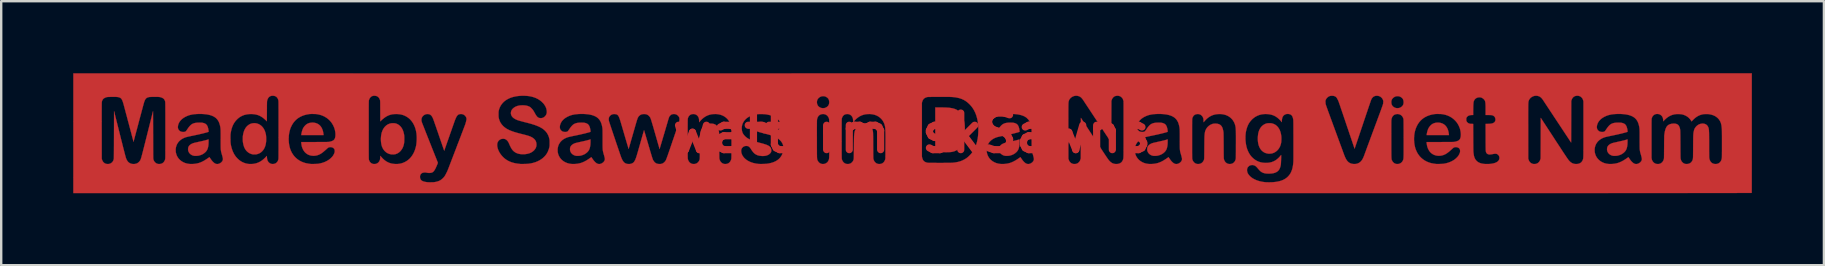
<source format=kicad_pcb>
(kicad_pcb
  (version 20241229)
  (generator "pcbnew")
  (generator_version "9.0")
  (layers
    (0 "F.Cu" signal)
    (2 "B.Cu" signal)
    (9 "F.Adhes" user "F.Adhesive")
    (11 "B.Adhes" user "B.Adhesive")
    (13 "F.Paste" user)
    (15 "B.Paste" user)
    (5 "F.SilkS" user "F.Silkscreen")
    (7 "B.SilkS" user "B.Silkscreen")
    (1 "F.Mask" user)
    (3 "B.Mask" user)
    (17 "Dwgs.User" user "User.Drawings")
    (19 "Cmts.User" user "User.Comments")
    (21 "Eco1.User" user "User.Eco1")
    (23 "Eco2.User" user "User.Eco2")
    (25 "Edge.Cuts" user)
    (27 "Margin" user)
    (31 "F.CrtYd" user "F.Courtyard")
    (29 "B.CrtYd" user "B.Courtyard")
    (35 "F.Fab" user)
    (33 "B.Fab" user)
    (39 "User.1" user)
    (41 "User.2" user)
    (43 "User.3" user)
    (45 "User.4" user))
  (footprint "wattermaskSawns"
    (layer "F.Cu")
    (at 34.94 2.494)
    (property "Reference" "wattermaskSawns" (at 0 0 0) (layer "F.Cu") (effects (font (size 1.524 1.524) (thickness 0.3))))
    (attr through_hole)
    (fp_poly (pts (xy -24.911 -0.433) (xy -24.851 -0.422) (xy -24.794 -0.403) (xy -24.769 -0.392) (xy -24.718 -0.363) (xy -24.673 -0.326) (xy -24.632 -0.282) (xy -24.598 -0.231) (xy -24.569 -0.173) (xy -24.546 -0.11) (xy -24.539 -0.083) (xy -24.533 -0.061) (xy -24.528 -0.034) (xy -24.523 -0.006) (xy -24.519 0.021) (xy -24.515 0.045) (xy -24.514 0.064) (xy -24.513 0.071) (xy -24.513 0.083) (xy -25.441 0.083) (xy -25.439 0.07) (xy -25.438 0.06) (xy -25.435 0.043) (xy -25.432 0.024) (xy -25.432 0.023) (xy -25.423 -0.026) (xy -25.41 -0.077) (xy -25.395 -0.126) (xy -25.378 -0.171) (xy -25.367 -0.196) (xy -25.34 -0.242) (xy -25.306 -0.286) (xy -25.269 -0.326) (xy -25.229 -0.361) (xy -25.198 -0.381) (xy -25.147 -0.406) (xy -25.091 -0.424) (xy -25.032 -0.434) (xy -24.972 -0.437) (xy -24.911 -0.433)) (stroke (width 0.01) (type solid)) (fill yes) (layer "F.Cu"))
    (fp_poly (pts (xy 21.969 -0.433) (xy 22.028 -0.422) (xy 22.086 -0.403) (xy 22.11 -0.392) (xy 22.161 -0.363) (xy 22.207 -0.326) (xy 22.247 -0.282) (xy 22.282 -0.231) (xy 22.311 -0.173) (xy 22.333 -0.11) (xy 22.34 -0.083) (xy 22.346 -0.061) (xy 22.351 -0.034) (xy 22.356 -0.006) (xy 22.36 0.021) (xy 22.364 0.045) (xy 22.366 0.064) (xy 22.366 0.071) (xy 22.366 0.083) (xy 21.438 0.083) (xy 21.44 0.07) (xy 21.442 0.06) (xy 21.444 0.043) (xy 21.447 0.024) (xy 21.447 0.023) (xy 21.456 -0.026) (xy 21.469 -0.077) (xy 21.484 -0.126) (xy 21.501 -0.171) (xy 21.513 -0.196) (xy 21.54 -0.242) (xy 21.573 -0.286) (xy 21.61 -0.326) (xy 21.65 -0.361) (xy 21.681 -0.381) (xy 21.732 -0.406) (xy 21.788 -0.424) (xy 21.847 -0.434) (xy 21.908 -0.437) (xy 21.969 -0.433)) (stroke (width 0.01) (type solid)) (fill yes) (layer "F.Cu"))
    (fp_poly (pts (xy 1.256 -1.067) (xy 1.325 -1.066) (xy 1.387 -1.064) (xy 1.442 -1.062) (xy 1.492 -1.059) (xy 1.537 -1.056) (xy 1.579 -1.051) (xy 1.618 -1.045) (xy 1.656 -1.039) (xy 1.693 -1.031) (xy 1.727 -1.023) (xy 1.79 -1.003) (xy 1.847 -0.979) (xy 1.898 -0.948) (xy 1.946 -0.91) (xy 1.992 -0.865) (xy 2.023 -0.828) (xy 2.063 -0.771) (xy 2.098 -0.709) (xy 2.127 -0.641) (xy 2.15 -0.567) (xy 2.169 -0.485) (xy 2.179 -0.423) (xy 2.191 -0.323) (xy 2.197 -0.222) (xy 2.198 -0.122) (xy 2.194 -0.023) (xy 2.186 0.073) (xy 2.173 0.165) (xy 2.155 0.251) (xy 2.133 0.331) (xy 2.131 0.335) (xy 2.105 0.408) (xy 2.074 0.472) (xy 2.038 0.531) (xy 1.997 0.586) (xy 1.954 0.633) (xy 1.913 0.671) (xy 1.874 0.702) (xy 1.833 0.727) (xy 1.789 0.747) (xy 1.739 0.764) (xy 1.704 0.773) (xy 1.687 0.777) (xy 1.67 0.781) (xy 1.654 0.784) (xy 1.637 0.787) (xy 1.618 0.789) (xy 1.597 0.791) (xy 1.573 0.792) (xy 1.545 0.793) (xy 1.512 0.794) (xy 1.474 0.795) (xy 1.429 0.796) (xy 1.377 0.797) (xy 1.318 0.797) (xy 1.273 0.798) (xy 0.97 0.8) (xy 0.97 -1.067) (xy 1.179 -1.067) (xy 1.256 -1.067)) (stroke (width 0.01) (type solid)) (fill yes) (layer "F.Cu"))
    (fp_poly (pts (xy -29.304 0.268) (xy -29.303 0.28) (xy -29.302 0.298) (xy -29.302 0.322) (xy -29.302 0.349) (xy -29.303 0.377) (xy -29.304 0.407) (xy -29.305 0.436) (xy -29.306 0.462) (xy -29.308 0.484) (xy -29.309 0.499) (xy -29.318 0.562) (xy -29.331 0.617) (xy -29.347 0.665) (xy -29.368 0.709) (xy -29.393 0.748) (xy -29.424 0.784) (xy -29.44 0.799) (xy -29.492 0.843) (xy -29.551 0.88) (xy -29.614 0.909) (xy -29.684 0.931) (xy -29.723 0.94) (xy -29.751 0.944) (xy -29.784 0.947) (xy -29.819 0.949) (xy -29.852 0.949) (xy -29.882 0.948) (xy -29.903 0.946) (xy -29.954 0.934) (xy -30.001 0.915) (xy -30.043 0.889) (xy -30.08 0.857) (xy -30.11 0.82) (xy -30.134 0.779) (xy -30.15 0.734) (xy -30.15 0.731) (xy -30.155 0.702) (xy -30.156 0.668) (xy -30.153 0.633) (xy -30.148 0.602) (xy -30.145 0.593) (xy -30.13 0.557) (xy -30.106 0.524) (xy -30.075 0.493) (xy -30.037 0.465) (xy -29.993 0.441) (xy -29.945 0.421) (xy -29.911 0.411) (xy -29.894 0.407) (xy -29.869 0.401) (xy -29.838 0.394) (xy -29.803 0.386) (xy -29.765 0.377) (xy -29.725 0.368) (xy -29.7 0.362) (xy -29.636 0.348) (xy -29.581 0.336) (xy -29.533 0.325) (xy -29.491 0.315) (xy -29.454 0.306) (xy -29.422 0.297) (xy -29.392 0.289) (xy -29.365 0.281) (xy -29.359 0.279) (xy -29.339 0.273) (xy -29.322 0.268) (xy -29.31 0.264) (xy -29.305 0.263) (xy -29.304 0.268)) (stroke (width 0.01) (type solid)) (fill yes) (layer "F.Cu"))
    (fp_poly (pts (xy -13.394 0.268) (xy -13.393 0.28) (xy -13.393 0.298) (xy -13.393 0.322) (xy -13.393 0.349) (xy -13.393 0.377) (xy -13.394 0.407) (xy -13.395 0.436) (xy -13.397 0.462) (xy -13.398 0.484) (xy -13.399 0.499) (xy -13.409 0.562) (xy -13.421 0.617) (xy -13.438 0.665) (xy -13.458 0.709) (xy -13.484 0.748) (xy -13.515 0.784) (xy -13.53 0.799) (xy -13.583 0.843) (xy -13.641 0.88) (xy -13.705 0.909) (xy -13.774 0.931) (xy -13.813 0.94) (xy -13.842 0.944) (xy -13.874 0.947) (xy -13.909 0.949) (xy -13.943 0.949) (xy -13.973 0.948) (xy -13.993 0.946) (xy -14.044 0.934) (xy -14.091 0.915) (xy -14.133 0.889) (xy -14.17 0.857) (xy -14.201 0.82) (xy -14.224 0.779) (xy -14.24 0.734) (xy -14.241 0.731) (xy -14.245 0.702) (xy -14.246 0.668) (xy -14.244 0.633) (xy -14.238 0.602) (xy -14.236 0.593) (xy -14.22 0.557) (xy -14.196 0.524) (xy -14.165 0.493) (xy -14.127 0.465) (xy -14.084 0.441) (xy -14.035 0.421) (xy -14.001 0.411) (xy -13.984 0.407) (xy -13.959 0.401) (xy -13.929 0.394) (xy -13.894 0.386) (xy -13.855 0.377) (xy -13.816 0.368) (xy -13.79 0.362) (xy -13.727 0.348) (xy -13.671 0.336) (xy -13.623 0.325) (xy -13.581 0.315) (xy -13.545 0.306) (xy -13.512 0.297) (xy -13.482 0.289) (xy -13.455 0.281) (xy -13.45 0.279) (xy -13.429 0.273) (xy -13.412 0.268) (xy -13.4 0.264) (xy -13.396 0.263) (xy -13.394 0.268)) (stroke (width 0.01) (type solid)) (fill yes) (layer "F.Cu"))
    (fp_poly (pts (xy 4.478 0.268) (xy 4.479 0.28) (xy 4.48 0.298) (xy 4.48 0.322) (xy 4.48 0.349) (xy 4.479 0.377) (xy 4.478 0.407) (xy 4.477 0.436) (xy 4.476 0.462) (xy 4.474 0.484) (xy 4.473 0.499) (xy 4.464 0.562) (xy 4.451 0.617) (xy 4.435 0.665) (xy 4.414 0.709) (xy 4.389 0.748) (xy 4.358 0.784) (xy 4.342 0.799) (xy 4.29 0.843) (xy 4.231 0.88) (xy 4.168 0.909) (xy 4.098 0.931) (xy 4.059 0.94) (xy 4.031 0.944) (xy 3.998 0.947) (xy 3.963 0.949) (xy 3.93 0.949) (xy 3.9 0.948) (xy 3.879 0.946) (xy 3.828 0.934) (xy 3.781 0.915) (xy 3.739 0.889) (xy 3.702 0.857) (xy 3.672 0.82) (xy 3.648 0.779) (xy 3.632 0.734) (xy 3.632 0.731) (xy 3.627 0.702) (xy 3.626 0.668) (xy 3.629 0.633) (xy 3.634 0.602) (xy 3.637 0.593) (xy 3.652 0.557) (xy 3.676 0.524) (xy 3.707 0.493) (xy 3.745 0.465) (xy 3.789 0.441) (xy 3.837 0.421) (xy 3.871 0.411) (xy 3.888 0.407) (xy 3.913 0.401) (xy 3.944 0.394) (xy 3.979 0.386) (xy 4.017 0.377) (xy 4.057 0.368) (xy 4.082 0.362) (xy 4.146 0.348) (xy 4.201 0.336) (xy 4.249 0.325) (xy 4.291 0.315) (xy 4.328 0.306) (xy 4.36 0.297) (xy 4.39 0.289) (xy 4.417 0.281) (xy 4.423 0.279) (xy 4.443 0.273) (xy 4.46 0.268) (xy 4.472 0.264) (xy 4.477 0.263) (xy 4.478 0.268)) (stroke (width 0.01) (type solid)) (fill yes) (layer "F.Cu"))
    (fp_poly (pts (xy 10.648 0.268) (xy 10.649 0.28) (xy 10.65 0.298) (xy 10.65 0.322) (xy 10.649 0.349) (xy 10.649 0.377) (xy 10.648 0.407) (xy 10.647 0.436) (xy 10.646 0.462) (xy 10.644 0.484) (xy 10.643 0.499) (xy 10.633 0.562) (xy 10.621 0.617) (xy 10.605 0.665) (xy 10.584 0.709) (xy 10.558 0.748) (xy 10.528 0.784) (xy 10.512 0.799) (xy 10.46 0.843) (xy 10.401 0.88) (xy 10.337 0.909) (xy 10.268 0.931) (xy 10.229 0.94) (xy 10.201 0.944) (xy 10.168 0.947) (xy 10.133 0.949) (xy 10.1 0.949) (xy 10.07 0.948) (xy 10.049 0.946) (xy 9.998 0.934) (xy 9.951 0.915) (xy 9.909 0.889) (xy 9.872 0.857) (xy 9.841 0.82) (xy 9.818 0.779) (xy 9.802 0.734) (xy 9.802 0.731) (xy 9.797 0.702) (xy 9.796 0.668) (xy 9.799 0.633) (xy 9.804 0.602) (xy 9.806 0.593) (xy 9.822 0.557) (xy 9.846 0.524) (xy 9.877 0.493) (xy 9.915 0.465) (xy 9.958 0.441) (xy 10.007 0.421) (xy 10.041 0.411) (xy 10.058 0.407) (xy 10.083 0.401) (xy 10.114 0.394) (xy 10.149 0.386) (xy 10.187 0.377) (xy 10.227 0.368) (xy 10.252 0.362) (xy 10.316 0.348) (xy 10.371 0.336) (xy 10.419 0.325) (xy 10.461 0.315) (xy 10.498 0.306) (xy 10.53 0.297) (xy 10.56 0.289) (xy 10.587 0.281) (xy 10.592 0.279) (xy 10.613 0.273) (xy 10.63 0.268) (xy 10.642 0.264) (xy 10.647 0.263) (xy 10.648 0.268)) (stroke (width 0.01) (type solid)) (fill yes) (layer "F.Cu"))
    (fp_poly (pts (xy 29.804 0.268) (xy 29.805 0.28) (xy 29.806 0.298) (xy 29.806 0.322) (xy 29.806 0.349) (xy 29.805 0.377) (xy 29.804 0.407) (xy 29.803 0.436) (xy 29.802 0.462) (xy 29.8 0.484) (xy 29.799 0.499) (xy 29.79 0.562) (xy 29.777 0.617) (xy 29.761 0.665) (xy 29.74 0.709) (xy 29.715 0.748) (xy 29.684 0.784) (xy 29.668 0.799) (xy 29.616 0.843) (xy 29.558 0.88) (xy 29.494 0.909) (xy 29.424 0.931) (xy 29.385 0.94) (xy 29.357 0.944) (xy 29.324 0.947) (xy 29.289 0.949) (xy 29.256 0.949) (xy 29.226 0.948) (xy 29.205 0.946) (xy 29.155 0.934) (xy 29.108 0.915) (xy 29.065 0.889) (xy 29.028 0.857) (xy 28.998 0.82) (xy 28.974 0.779) (xy 28.958 0.734) (xy 28.958 0.731) (xy 28.954 0.702) (xy 28.952 0.668) (xy 28.955 0.633) (xy 28.96 0.602) (xy 28.963 0.593) (xy 28.978 0.557) (xy 29.002 0.524) (xy 29.033 0.493) (xy 29.071 0.465) (xy 29.115 0.441) (xy 29.163 0.421) (xy 29.197 0.411) (xy 29.214 0.407) (xy 29.239 0.401) (xy 29.27 0.394) (xy 29.305 0.386) (xy 29.343 0.377) (xy 29.383 0.368) (xy 29.409 0.362) (xy 29.472 0.348) (xy 29.527 0.336) (xy 29.575 0.325) (xy 29.617 0.315) (xy 29.654 0.306) (xy 29.687 0.297) (xy 29.716 0.289) (xy 29.743 0.281) (xy 29.749 0.279) (xy 29.769 0.273) (xy 29.786 0.268) (xy 29.798 0.264) (xy 29.803 0.263) (xy 29.804 0.268)) (stroke (width 0.01) (type solid)) (fill yes) (layer "F.Cu"))
    (fp_poly (pts (xy -21.556 -0.41) (xy -21.516 -0.403) (xy -21.515 -0.403) (xy -21.46 -0.386) (xy -21.411 -0.362) (xy -21.366 -0.331) (xy -21.322 -0.293) (xy -21.31 -0.28) (xy -21.271 -0.233) (xy -21.238 -0.18) (xy -21.209 -0.121) (xy -21.186 -0.056) (xy -21.167 0.017) (xy -21.16 0.054) (xy -21.156 0.073) (xy -21.154 0.091) (xy -21.152 0.109) (xy -21.151 0.128) (xy -21.15 0.151) (xy -21.149 0.178) (xy -21.149 0.212) (xy -21.149 0.24) (xy -21.15 0.291) (xy -21.151 0.334) (xy -21.153 0.371) (xy -21.156 0.405) (xy -21.161 0.437) (xy -21.168 0.468) (xy -21.176 0.5) (xy -21.181 0.52) (xy -21.204 0.584) (xy -21.233 0.644) (xy -21.268 0.699) (xy -21.308 0.748) (xy -21.353 0.791) (xy -21.402 0.827) (xy -21.455 0.855) (xy -21.51 0.875) (xy -21.518 0.878) (xy -21.548 0.883) (xy -21.584 0.887) (xy -21.622 0.889) (xy -21.658 0.889) (xy -21.689 0.886) (xy -21.754 0.873) (xy -21.815 0.852) (xy -21.871 0.823) (xy -21.923 0.786) (xy -21.969 0.742) (xy -22.01 0.692) (xy -22.045 0.635) (xy -22.074 0.572) (xy -22.086 0.537) (xy -22.103 0.47) (xy -22.115 0.397) (xy -22.122 0.32) (xy -22.124 0.242) (xy -22.12 0.163) (xy -22.111 0.086) (xy -22.097 0.014) (xy -22.083 -0.037) (xy -22.057 -0.107) (xy -22.025 -0.171) (xy -21.987 -0.228) (xy -21.944 -0.278) (xy -21.896 -0.321) (xy -21.844 -0.356) (xy -21.786 -0.383) (xy -21.735 -0.4) (xy -21.694 -0.408) (xy -21.648 -0.413) (xy -21.601 -0.413) (xy -21.556 -0.41)) (stroke (width 0.01) (type solid)) (fill yes) (layer "F.Cu"))
    (fp_poly (pts (xy -27.356 -0.413) (xy -27.342 -0.411) (xy -27.279 -0.398) (xy -27.22 -0.377) (xy -27.165 -0.348) (xy -27.114 -0.312) (xy -27.068 -0.268) (xy -27.026 -0.217) (xy -26.99 -0.159) (xy -26.96 -0.094) (xy -26.935 -0.024) (xy -26.916 0.053) (xy -26.912 0.072) (xy -26.909 0.097) (xy -26.906 0.129) (xy -26.904 0.166) (xy -26.902 0.206) (xy -26.902 0.247) (xy -26.902 0.287) (xy -26.903 0.323) (xy -26.905 0.354) (xy -26.905 0.358) (xy -26.917 0.439) (xy -26.933 0.513) (xy -26.956 0.58) (xy -26.985 0.641) (xy -27.019 0.697) (xy -27.061 0.747) (xy -27.069 0.756) (xy -27.115 0.798) (xy -27.167 0.833) (xy -27.224 0.859) (xy -27.282 0.878) (xy -27.308 0.883) (xy -27.339 0.886) (xy -27.372 0.889) (xy -27.405 0.889) (xy -27.433 0.889) (xy -27.451 0.887) (xy -27.494 0.878) (xy -27.534 0.866) (xy -27.575 0.849) (xy -27.582 0.846) (xy -27.638 0.814) (xy -27.688 0.775) (xy -27.732 0.73) (xy -27.771 0.677) (xy -27.804 0.617) (xy -27.831 0.55) (xy -27.852 0.475) (xy -27.868 0.393) (xy -27.871 0.374) (xy -27.873 0.351) (xy -27.875 0.321) (xy -27.876 0.286) (xy -27.877 0.248) (xy -27.876 0.21) (xy -27.876 0.174) (xy -27.874 0.142) (xy -27.872 0.116) (xy -27.871 0.111) (xy -27.857 0.028) (xy -27.837 -0.048) (xy -27.812 -0.118) (xy -27.78 -0.181) (xy -27.744 -0.237) (xy -27.701 -0.286) (xy -27.654 -0.328) (xy -27.601 -0.363) (xy -27.573 -0.377) (xy -27.523 -0.396) (xy -27.468 -0.408) (xy -27.411 -0.414) (xy -27.356 -0.413)) (stroke (width 0.01) (type solid)) (fill yes) (layer "F.Cu"))
    (fp_poly (pts (xy 14.925 -0.412) (xy 14.961 -0.409) (xy 14.99 -0.405) (xy 14.993 -0.404) (xy 15.054 -0.386) (xy 15.111 -0.361) (xy 15.163 -0.327) (xy 15.21 -0.286) (xy 15.252 -0.238) (xy 15.289 -0.183) (xy 15.321 -0.122) (xy 15.346 -0.054) (xy 15.366 0.02) (xy 15.38 0.1) (xy 15.383 0.128) (xy 15.386 0.156) (xy 15.387 0.19) (xy 15.387 0.228) (xy 15.387 0.268) (xy 15.385 0.306) (xy 15.383 0.343) (xy 15.381 0.374) (xy 15.377 0.399) (xy 15.377 0.402) (xy 15.365 0.455) (xy 15.35 0.506) (xy 15.333 0.551) (xy 15.328 0.562) (xy 15.294 0.625) (xy 15.254 0.681) (xy 15.209 0.729) (xy 15.159 0.771) (xy 15.105 0.805) (xy 15.046 0.831) (xy 14.998 0.846) (xy 14.977 0.849) (xy 14.951 0.853) (xy 14.922 0.855) (xy 14.894 0.857) (xy 14.867 0.858) (xy 14.847 0.857) (xy 14.841 0.856) (xy 14.784 0.846) (xy 14.734 0.832) (xy 14.688 0.814) (xy 14.646 0.79) (xy 14.605 0.76) (xy 14.604 0.759) (xy 14.559 0.718) (xy 14.519 0.669) (xy 14.485 0.613) (xy 14.457 0.551) (xy 14.435 0.484) (xy 14.42 0.418) (xy 14.411 0.352) (xy 14.406 0.28) (xy 14.405 0.208) (xy 14.408 0.151) (xy 14.412 0.104) (xy 14.416 0.065) (xy 14.421 0.029) (xy 14.428 -0.004) (xy 14.436 -0.038) (xy 14.441 -0.055) (xy 14.465 -0.124) (xy 14.496 -0.185) (xy 14.533 -0.241) (xy 14.577 -0.29) (xy 14.583 -0.296) (xy 14.632 -0.336) (xy 14.683 -0.368) (xy 14.737 -0.391) (xy 14.785 -0.405) (xy 14.814 -0.409) (xy 14.849 -0.412) (xy 14.887 -0.413) (xy 14.925 -0.412)) (stroke (width 0.01) (type solid)) (fill yes) (layer "F.Cu"))
    (fp_poly (pts (xy 34.982 -0.003) (xy 34.982 0.148) (xy 34.982 0.297) (xy 34.982 0.443) (xy 34.982 0.586) (xy 34.982 0.727) (xy 34.982 0.864) (xy 34.982 0.997) (xy 34.982 1.127) (xy 34.982 1.252) (xy 34.982 1.373) (xy 34.982 1.489) (xy 34.981 1.6) (xy 34.981 1.706) (xy 34.981 1.807) (xy 34.981 1.901) (xy 34.981 1.99) (xy 34.981 2.072) (xy 34.981 2.148) (xy 34.981 2.217) (xy 34.981 2.279) (xy 34.981 2.333) (xy 34.98 2.38) (xy 34.98 2.419) (xy 34.98 2.45) (xy 34.98 2.472) (xy 34.98 2.486) (xy 34.98 2.49) (xy 34.979 2.491) (xy 34.979 2.491) (xy 34.977 2.491) (xy 34.975 2.491) (xy 34.972 2.491) (xy 34.969 2.491) (xy 34.964 2.491) (xy 34.959 2.492) (xy 34.952 2.492) (xy 34.945 2.492) (xy 34.936 2.492) (xy 34.927 2.492) (xy 34.916 2.492) (xy 34.904 2.492) (xy 34.89 2.493) (xy 34.875 2.493) (xy 34.859 2.493) (xy 34.841 2.493) (xy 34.821 2.493) (xy 34.8 2.493) (xy 34.777 2.493) (xy 34.753 2.493) (xy 34.726 2.494) (xy 34.698 2.494) (xy 34.668 2.494) (xy 34.635 2.494) (xy 34.601 2.494) (xy 34.564 2.494) (xy 34.526 2.494) (xy 34.485 2.494) (xy 34.441 2.494) (xy 34.396 2.494) (xy 34.348 2.495) (xy 34.297 2.495) (xy 34.244 2.495) (xy 34.188 2.495) (xy 34.129 2.495) (xy 34.068 2.495) (xy 34.004 2.495) (xy 33.937 2.495) (xy 33.867 2.495) (xy 33.795 2.495) (xy 33.719 2.495) (xy 33.64 2.496) (xy 33.558 2.496) (xy 33.472 2.496) (xy 33.384 2.496) (xy 33.292 2.496) (xy 33.196 2.496) (xy 33.097 2.496) (xy 32.995 2.496) (xy 32.889 2.496) (xy 32.779 2.496) (xy 32.665 2.496) (xy 32.548 2.496) (xy 32.427 2.496) (xy 32.302 2.497) (xy 32.173 2.497) (xy 32.04 2.497) (xy 31.903 2.497) (xy 31.762 2.497) (xy 31.616 2.497) (xy 31.467 2.497) (xy 31.313 2.497) (xy 31.154 2.497) (xy 30.991 2.497) (xy 30.824 2.497) (xy 30.652 2.497) (xy 30.475 2.497) (xy 30.294 2.497) (xy 30.108 2.497) (xy 29.917 2.497) (xy 29.721 2.497) (xy 29.52 2.497) (xy 29.315 2.497) (xy 29.104 2.497) (xy 28.888 2.498) (xy 28.667 2.498) (xy 28.44 2.498) (xy 28.209 2.498) (xy 27.972 2.498) (xy 27.729 2.498) (xy 27.481 2.498) (xy 27.228 2.498) (xy 26.969 2.498) (xy 26.704 2.498) (xy 26.433 2.498) (xy 26.157 2.498) (xy 25.875 2.498) (xy 25.587 2.498) (xy 25.292 2.498) (xy 24.992 2.498) (xy 24.686 2.498) (xy 24.374 2.498) (xy 24.055 2.498) (xy 23.73 2.498) (xy 23.399 2.498) (xy 23.061 2.498) (xy 22.717 2.498) (xy 22.366 2.498) (xy 22.009 2.498) (xy 21.645 2.498) (xy 21.274 2.498) (xy 20.897 2.498) (xy 20.513 2.498) (xy 20.122 2.498) (xy 19.723 2.498) (xy 19.318 2.498) (xy 18.906 2.498) (xy 18.487 2.498) (xy 18.06 2.498) (xy 17.626 2.498) (xy 17.185 2.498) (xy 16.737 2.498) (xy 16.281 2.498) (xy 15.817 2.498) (xy 15.346 2.498) (xy 14.867 2.498) (xy 14.381 2.498) (xy 13.887 2.498) (xy 13.385 2.498) (xy 12.875 2.498) (xy 12.357 2.498) (xy 11.832 2.498) (xy 11.298 2.498) (xy 10.756 2.498) (xy 10.206 2.498) (xy 9.648 2.498) (xy 9.081 2.498) (xy 8.506 2.498) (xy 7.923 2.498) (xy 7.331 2.498) (xy 6.73 2.498) (xy 6.121 2.498) (xy 5.503 2.498) (xy 4.877 2.498) (xy 4.242 2.498) (xy 3.598 2.498) (xy 2.945 2.498) (xy 2.283 2.498) (xy 0.242 2.498) (xy 0.021 2.498) (xy -34.935 2.498) (xy -34.935 1.832) (xy -20.495 1.832) (xy -20.494 1.838) (xy -20.489 1.878) (xy -20.478 1.913) (xy -20.46 1.943) (xy -20.436 1.969) (xy -20.404 1.99) (xy -20.366 2.009) (xy -20.319 2.023) (xy -20.264 2.035) (xy -20.237 2.039) (xy -20.215 2.042) (xy -20.194 2.045) (xy -20.177 2.047) (xy -20.17 2.047) (xy -20.15 2.048) (xy -20.124 2.049) (xy -20.092 2.05) (xy -20.058 2.05) (xy -20.023 2.049) (xy -19.989 2.049) (xy -19.959 2.048) (xy -19.935 2.047) (xy -19.922 2.046) (xy -19.858 2.037) (xy -19.798 2.024) (xy -19.743 2.008) (xy -19.695 1.989) (xy -19.685 1.985) (xy -19.63 1.953) (xy -19.578 1.914) (xy -19.529 1.869) (xy -19.487 1.821) (xy -19.466 1.792) (xy -19.449 1.765) (xy -19.43 1.731) (xy -19.41 1.692) (xy -19.389 1.651) (xy -19.368 1.609) (xy -19.349 1.567) (xy -19.335 1.533) (xy -19.331 1.523) (xy -19.323 1.504) (xy -19.313 1.478) (xy -19.301 1.445) (xy -19.285 1.406) (xy -19.268 1.36) (xy -19.248 1.309) (xy -19.226 1.252) (xy -19.203 1.191) (xy -19.178 1.126) (xy -19.152 1.058) (xy -19.124 0.986) (xy -19.096 0.912) (xy -19.066 0.835) (xy -19.037 0.758) (xy -19.006 0.679) (xy -18.976 0.599) (xy -18.945 0.519) (xy -18.931 0.482) (xy -17.28 0.482) (xy -17.278 0.536) (xy -17.269 0.59) (xy -17.251 0.659) (xy -17.224 0.728) (xy -17.189 0.797) (xy -17.147 0.864) (xy -17.099 0.927) (xy -17.046 0.987) (xy -16.988 1.042) (xy -16.926 1.091) (xy -16.881 1.121) (xy -16.819 1.157) (xy -16.753 1.188) (xy -16.684 1.215) (xy -16.61 1.237) (xy -16.53 1.256) (xy -16.444 1.271) (xy -16.35 1.282) (xy -16.316 1.286) (xy -16.298 1.287) (xy -16.272 1.287) (xy -16.24 1.287) (xy -16.205 1.287) (xy -16.166 1.286) (xy -16.126 1.285) (xy -16.088 1.284) (xy -16.051 1.283) (xy -16.019 1.281) (xy -15.992 1.279) (xy -15.972 1.277) (xy -15.971 1.277) (xy -15.869 1.261) (xy -15.774 1.239) (xy -15.686 1.212) (xy -15.603 1.179) (xy -15.524 1.14) (xy -15.449 1.094) (xy -15.446 1.092) (xy -15.375 1.039) (xy -15.313 0.981) (xy -15.257 0.918) (xy -15.209 0.849) (xy -15.169 0.775) (xy -15.15 0.728) (xy -14.763 0.728) (xy -14.757 0.795) (xy -14.752 0.821) (xy -14.734 0.89) (xy -14.707 0.954) (xy -14.673 1.014) (xy -14.632 1.069) (xy -14.584 1.119) (xy -14.53 1.163) (xy -14.47 1.201) (xy -14.404 1.233) (xy -14.334 1.258) (xy -14.26 1.276) (xy -14.225 1.281) (xy -14.191 1.285) (xy -14.151 1.287) (xy -14.107 1.288) (xy -14.062 1.287) (xy -14.019 1.285) (xy -13.98 1.282) (xy -13.974 1.282) (xy -13.909 1.272) (xy -13.847 1.259) (xy -13.785 1.242) (xy -13.725 1.22) (xy -13.663 1.193) (xy -13.6 1.161) (xy -13.535 1.123) (xy -13.466 1.078) (xy -13.392 1.027) (xy -13.37 1.011) (xy -13.359 1.005) (xy -13.353 1.004) (xy -13.353 1.005) (xy -13.349 1.012) (xy -13.34 1.025) (xy -13.329 1.043) (xy -13.315 1.063) (xy -13.299 1.085) (xy -13.284 1.107) (xy -13.269 1.126) (xy -13.257 1.143) (xy -13.249 1.153) (xy -13.218 1.188) (xy -13.186 1.219) (xy -13.154 1.245) (xy -13.124 1.265) (xy -13.117 1.268) (xy -13.078 1.283) (xy -13.037 1.289) (xy -12.996 1.286) (xy -12.954 1.275) (xy -12.914 1.256) (xy -12.876 1.229) (xy -12.862 1.217) (xy -12.838 1.192) (xy -12.821 1.169) (xy -12.808 1.146) (xy -12.799 1.119) (xy -12.799 1.117) (xy -12.796 1.103) (xy -12.794 1.089) (xy -12.794 1.073) (xy -12.796 1.055) (xy -12.8 1.033) (xy -12.806 1.006) (xy -12.815 0.973) (xy -12.825 0.933) (xy -12.834 0.903) (xy -12.843 0.872) (xy -12.85 0.845) (xy -12.857 0.821) (xy -12.863 0.798) (xy -12.868 0.777) (xy -12.872 0.756) (xy -12.876 0.735) (xy -12.879 0.713) (xy -12.881 0.689) (xy -12.883 0.663) (xy -12.884 0.633) (xy -12.886 0.6) (xy -12.886 0.562) (xy -12.887 0.519) (xy -12.887 0.469) (xy -12.887 0.412) (xy -12.887 0.348) (xy -12.887 0.275) (xy -12.887 0.266) (xy -12.887 0.19) (xy -12.887 0.124) (xy -12.887 0.065) (xy -12.888 0.014) (xy -12.888 -0.031) (xy -12.889 -0.07) (xy -12.889 -0.105) (xy -12.89 -0.134) (xy -12.892 -0.161) (xy -12.893 -0.184) (xy -12.895 -0.204) (xy -12.898 -0.224) (xy -12.901 -0.242) (xy -12.904 -0.26) (xy -12.908 -0.278) (xy -12.912 -0.298) (xy -12.915 -0.313) (xy -12.935 -0.388) (xy -12.961 -0.454) (xy -12.992 -0.514) (xy -13.029 -0.568) (xy -13.05 -0.59) (xy -12.634 -0.59) (xy -12.632 -0.551) (xy -12.625 -0.508) (xy -12.618 -0.48) (xy -12.615 -0.471) (xy -12.609 -0.454) (xy -12.601 -0.429) (xy -12.591 -0.398) (xy -12.578 -0.359) (xy -12.563 -0.315) (xy -12.547 -0.266) (xy -12.529 -0.212) (xy -12.51 -0.154) (xy -12.489 -0.092) (xy -12.467 -0.028) (xy -12.445 0.039) (xy -12.422 0.108) (xy -12.398 0.178) (xy -12.374 0.248) (xy -12.351 0.319) (xy -12.327 0.389) (xy -12.304 0.457) (xy -12.281 0.525) (xy -12.259 0.589) (xy -12.238 0.651) (xy -12.218 0.71) (xy -12.199 0.764) (xy -12.182 0.814) (xy -12.167 0.859) (xy -12.154 0.898) (xy -12.143 0.93) (xy -12.136 0.949) (xy -12.113 1.013) (xy -12.09 1.069) (xy -12.067 1.116) (xy -12.044 1.156) (xy -12.02 1.19) (xy -11.995 1.218) (xy -11.968 1.24) (xy -11.938 1.258) (xy -11.906 1.272) (xy -11.881 1.279) (xy -11.852 1.285) (xy -11.817 1.288) (xy -11.781 1.288) (xy -11.745 1.286) (xy -11.719 1.281) (xy -11.673 1.268) (xy -11.633 1.247) (xy -11.598 1.22) (xy -11.569 1.184) (xy -11.559 1.168) (xy -11.551 1.155) (xy -11.544 1.141) (xy -11.536 1.128) (xy -11.529 1.113) (xy -11.522 1.097) (xy -11.515 1.078) (xy -11.507 1.058) (xy -11.498 1.034) (xy -11.489 1.008) (xy -11.479 0.977) (xy -11.468 0.942) (xy -11.456 0.902) (xy -11.443 0.857) (xy -11.428 0.806) (xy -11.411 0.749) (xy -11.393 0.685) (xy -11.373 0.614) (xy -11.35 0.535) (xy -11.325 0.448) (xy -11.312 0.401) (xy -11.293 0.333) (xy -11.275 0.269) (xy -11.257 0.207) (xy -11.24 0.149) (xy -11.225 0.095) (xy -11.211 0.046) (xy -11.198 0.002) (xy -11.187 -0.036) (xy -11.178 -0.067) (xy -11.171 -0.092) (xy -11.166 -0.109) (xy -11.163 -0.118) (xy -11.162 -0.12) (xy -11.161 -0.116) (xy -11.157 -0.103) (xy -11.15 -0.082) (xy -11.142 -0.055) (xy -11.132 -0.02) (xy -11.12 0.02) (xy -11.106 0.066) (xy -11.091 0.117) (xy -11.074 0.173) (xy -11.057 0.233) (xy -11.038 0.296) (xy -11.019 0.362) (xy -11.005 0.408) (xy -10.979 0.498) (xy -10.955 0.58) (xy -10.933 0.654) (xy -10.914 0.721) (xy -10.896 0.78) (xy -10.88 0.833) (xy -10.866 0.88) (xy -10.854 0.921) (xy -10.843 0.957) (xy -10.833 0.988) (xy -10.825 1.014) (xy -10.818 1.037) (xy -10.811 1.056) (xy -10.805 1.073) (xy -10.8 1.087) (xy -10.795 1.099) (xy -10.791 1.109) (xy -10.787 1.118) (xy -10.786 1.119) (xy -10.765 1.156) (xy -10.739 1.191) (xy -10.71 1.222) (xy -10.679 1.247) (xy -10.648 1.265) (xy -10.647 1.265) (xy -10.613 1.277) (xy -10.573 1.284) (xy -10.53 1.288) (xy -10.488 1.288) (xy -10.448 1.283) (xy -10.44 1.281) (xy -10.399 1.268) (xy -10.362 1.249) (xy -10.327 1.221) (xy -10.311 1.206) (xy -10.304 1.198) (xy -10.297 1.191) (xy -10.291 1.185) (xy -10.285 1.178) (xy -10.279 1.171) (xy -10.273 1.163) (xy -10.268 1.154) (xy -10.261 1.143) (xy -10.255 1.131) (xy -10.248 1.116) (xy -10.24 1.098) (xy -10.232 1.078) (xy -10.222 1.054) (xy -10.212 1.026) (xy -10.2 0.994) (xy -10.187 0.958) (xy -10.172 0.917) (xy -10.156 0.87) (xy -10.138 0.818) (xy -10.118 0.76) (xy -10.096 0.696) (xy -10.071 0.625) (xy -10.045 0.547) (xy -10.016 0.462) (xy -9.984 0.369) (xy -9.949 0.267) (xy -9.938 0.236) (xy -9.345 0.236) (xy -9.345 0.338) (xy -9.345 0.431) (xy -9.345 0.516) (xy -9.345 0.593) (xy -9.345 0.663) (xy -9.345 0.725) (xy -9.345 0.781) (xy -9.344 0.83) (xy -9.344 0.873) (xy -9.344 0.911) (xy -9.344 0.944) (xy -9.343 0.972) (xy -9.343 0.996) (xy -9.343 1.016) (xy -9.342 1.032) (xy -9.341 1.046) (xy -9.341 1.057) (xy -9.34 1.066) (xy -9.339 1.073) (xy -9.338 1.079) (xy -9.337 1.083) (xy -9.336 1.088) (xy -9.319 1.137) (xy -9.296 1.18) (xy -9.267 1.217) (xy -9.233 1.246) (xy -9.193 1.269) (xy -9.158 1.281) (xy -9.132 1.286) (xy -9.101 1.288) (xy -9.069 1.287) (xy -9.039 1.284) (xy -9.026 1.281) (xy -8.99 1.269) (xy -8.958 1.253) (xy -8.928 1.23) (xy -8.915 1.217) (xy -8.889 1.187) (xy -8.869 1.155) (xy -8.853 1.118) (xy -8.846 1.097) (xy -8.844 1.092) (xy -8.843 1.085) (xy -8.842 1.078) (xy -8.841 1.068) (xy -8.84 1.055) (xy -8.84 1.039) (xy -8.839 1.019) (xy -8.838 0.995) (xy -8.838 0.965) (xy -8.837 0.931) (xy -8.837 0.89) (xy -8.836 0.842) (xy -8.836 0.788) (xy -8.835 0.725) (xy -8.835 0.654) (xy -8.834 0.607) (xy -8.834 0.526) (xy -8.833 0.454) (xy -8.833 0.39) (xy -8.832 0.333) (xy -8.831 0.283) (xy -8.83 0.239) (xy -8.83 0.2) (xy -8.829 0.166) (xy -8.827 0.136) (xy -8.826 0.11) (xy -8.825 0.087) (xy -8.823 0.066) (xy -8.821 0.046) (xy -8.819 0.028) (xy -8.816 0.01) (xy -8.814 -0.008) (xy -8.814 -0.009) (xy -8.807 -0.045) (xy -8.8 -0.074) (xy -8.792 -0.101) (xy -8.78 -0.128) (xy -8.772 -0.144) (xy -8.755 -0.176) (xy -8.739 -0.203) (xy -8.721 -0.228) (xy -8.698 -0.253) (xy -8.694 -0.257) (xy -8.649 -0.299) (xy -8.599 -0.335) (xy -8.544 -0.363) (xy -8.487 -0.384) (xy -8.486 -0.384) (xy -8.455 -0.39) (xy -8.418 -0.394) (xy -8.378 -0.395) (xy -8.338 -0.394) (xy -8.3 -0.39) (xy -8.27 -0.384) (xy -8.227 -0.371) (xy -8.19 -0.353) (xy -8.158 -0.331) (xy -8.129 -0.302) (xy -8.105 -0.268) (xy -8.085 -0.227) (xy -8.068 -0.178) (xy -8.053 -0.122) (xy -8.042 -0.06) (xy -8.041 -0.052) (xy -8.039 -0.042) (xy -8.039 -0.031) (xy -8.038 -0.017) (xy -8.037 -0.001) (xy -8.036 0.019) (xy -8.035 0.043) (xy -8.035 0.071) (xy -8.034 0.104) (xy -8.034 0.142) (xy -8.033 0.187) (xy -8.033 0.238) (xy -8.033 0.296) (xy -8.032 0.362) (xy -8.032 0.436) (xy -8.031 0.518) (xy -8.031 0.522) (xy -8.031 0.603) (xy -8.03 0.676) (xy -8.03 0.741) (xy -8.03 0.798) (xy -8.029 0.847) (xy -8.029 0.891) (xy -8.028 0.928) (xy -8.028 0.959) (xy -8.028 0.986) (xy -8.027 1.008) (xy -8.026 1.026) (xy -8.026 1.041) (xy -8.025 1.053) (xy -8.024 1.063) (xy -8.023 1.071) (xy -8.022 1.077) (xy -8.021 1.083) (xy -8.019 1.088) (xy -8.018 1.091) (xy -8.001 1.14) (xy -7.977 1.183) (xy -7.948 1.219) (xy -7.913 1.248) (xy -7.887 1.263) (xy -7.854 1.277) (xy -7.821 1.285) (xy -7.785 1.288) (xy -7.771 1.288) (xy -7.722 1.284) (xy -7.678 1.272) (xy -7.638 1.251) (xy -7.604 1.224) (xy -7.574 1.189) (xy -7.55 1.146) (xy -7.532 1.098) (xy -7.531 1.095) (xy -7.529 1.09) (xy -7.528 1.084) (xy -7.527 1.079) (xy -7.526 1.072) (xy -7.525 1.064) (xy -7.524 1.053) (xy -7.523 1.04) (xy -7.523 1.024) (xy -7.522 1.005) (xy -7.522 0.981) (xy -7.521 0.953) (xy -7.521 0.92) (xy -7.521 0.881) (xy -7.52 0.835) (xy -7.52 0.783) (xy -7.52 0.735) (xy -7.116 0.735) (xy -7.114 0.775) (xy -7.11 0.804) (xy -7.093 0.865) (xy -7.068 0.923) (xy -7.034 0.977) (xy -6.993 1.028) (xy -6.944 1.075) (xy -6.889 1.119) (xy -6.827 1.158) (xy -6.759 1.192) (xy -6.685 1.222) (xy -6.605 1.247) (xy -6.521 1.266) (xy -6.431 1.28) (xy -6.397 1.284) (xy -6.375 1.285) (xy -6.346 1.286) (xy -6.31 1.287) (xy -6.271 1.287) (xy -6.23 1.286) (xy -6.188 1.285) (xy -6.147 1.284) (xy -6.11 1.282) (xy -6.077 1.281) (xy -6.051 1.278) (xy -6.041 1.277) (xy -5.956 1.263) (xy -5.876 1.245) (xy -5.801 1.223) (xy -5.733 1.197) (xy -5.691 1.177) (xy -5.624 1.139) (xy -5.564 1.095) (xy -5.512 1.046) (xy -5.468 0.991) (xy -5.43 0.931) (xy -5.4 0.865) (xy -5.378 0.793) (xy -5.368 0.75) (xy -5.364 0.724) (xy -5.361 0.692) (xy -5.36 0.657) (xy -5.359 0.621) (xy -5.36 0.585) (xy -5.362 0.554) (xy -5.365 0.528) (xy -5.368 0.516) (xy -5.387 0.456) (xy -5.416 0.4) (xy -5.453 0.346) (xy -5.498 0.296) (xy -5.552 0.25) (xy -5.614 0.207) (xy -5.684 0.168) (xy -5.747 0.139) (xy -5.781 0.124) (xy -5.817 0.111) (xy -5.856 0.097) (xy -5.898 0.084) (xy -5.945 0.07) (xy -5.997 0.055) (xy -6.057 0.039) (xy -6.109 0.025) (xy -6.171 0.01) (xy -6.225 -0.004) (xy -6.272 -0.017) (xy -6.311 -0.028) (xy -6.346 -0.037) (xy -6.375 -0.046) (xy -6.4 -0.054) (xy -6.421 -0.061) (xy -6.44 -0.068) (xy -6.457 -0.075) (xy -6.473 -0.083) (xy -6.488 -0.09) (xy -6.491 -0.092) (xy -3.962 -0.092) (xy -3.962 -0.00005) (xy -3.962 0.1) (xy -3.961 0.21) (xy -3.961 0.272) (xy -3.961 0.374) (xy -3.961 0.467) (xy -3.961 0.551) (xy -3.961 0.627) (xy -3.96 0.696) (xy -3.96 0.758) (xy -3.96 0.813) (xy -3.96 0.861) (xy -3.959 0.904) (xy -3.958 0.942) (xy -3.958 0.975) (xy -3.957 1.003) (xy -3.956 1.027) (xy -3.955 1.048) (xy -3.953 1.065) (xy -3.951 1.08) (xy -3.95 1.092) (xy -3.947 1.102) (xy -3.945 1.111) (xy -3.942 1.119) (xy -3.939 1.126) (xy -3.936 1.133) (xy -3.932 1.14) (xy -3.928 1.148) (xy -3.925 1.154) (xy -3.9 1.195) (xy -3.869 1.229) (xy -3.833 1.256) (xy -3.791 1.275) (xy -3.773 1.281) (xy -3.747 1.286) (xy -3.716 1.288) (xy -3.685 1.287) (xy -3.656 1.284) (xy -3.642 1.282) (xy -3.598 1.265) (xy -3.558 1.241) (xy -3.523 1.211) (xy -3.495 1.174) (xy -3.473 1.131) (xy -3.461 1.097) (xy -3.459 1.088) (xy -3.457 1.079) (xy -3.456 1.07) (xy -3.454 1.058) (xy -3.453 1.046) (xy -3.451 1.03) (xy -3.45 1.013) (xy -3.449 0.992) (xy -3.449 0.968) (xy -3.448 0.94) (xy -3.447 0.907) (xy -3.447 0.87) (xy -3.446 0.828) (xy -3.446 0.78) (xy -3.446 0.726) (xy -3.446 0.665) (xy -3.446 0.598) (xy -3.446 0.523) (xy -3.446 0.44) (xy -3.446 0.35) (xy -3.446 0.25) (xy -3.446 0.236) (xy -2.93 0.236) (xy -2.93 0.338) (xy -2.93 0.431) (xy -2.93 0.516) (xy -2.93 0.593) (xy -2.93 0.663) (xy -2.93 0.725) (xy -2.93 0.781) (xy -2.93 0.83) (xy -2.93 0.873) (xy -2.929 0.911) (xy -2.929 0.944) (xy -2.929 0.972) (xy -2.928 0.996) (xy -2.928 1.016) (xy -2.927 1.032) (xy -2.927 1.046) (xy -2.926 1.057) (xy -2.925 1.066) (xy -2.925 1.073) (xy -2.924 1.079) (xy -2.923 1.083) (xy -2.922 1.088) (xy -2.905 1.137) (xy -2.881 1.18) (xy -2.852 1.217) (xy -2.818 1.246) (xy -2.778 1.269) (xy -2.743 1.281) (xy -2.717 1.286) (xy -2.686 1.288) (xy -2.654 1.287) (xy -2.624 1.284) (xy -2.611 1.281) (xy -2.575 1.269) (xy -2.543 1.253) (xy -2.514 1.23) (xy -2.5 1.217) (xy -2.474 1.187) (xy -2.454 1.155) (xy -2.438 1.118) (xy -2.431 1.097) (xy -2.43 1.092) (xy -2.429 1.085) (xy -2.428 1.078) (xy -2.427 1.068) (xy -2.426 1.055) (xy -2.425 1.039) (xy -2.424 1.019) (xy -2.424 0.995) (xy -2.423 0.965) (xy -2.423 0.931) (xy -2.422 0.89) (xy -2.422 0.842) (xy -2.421 0.788) (xy -2.421 0.725) (xy -2.42 0.654) (xy -2.42 0.607) (xy -2.419 0.526) (xy -2.419 0.454) (xy -2.418 0.39) (xy -2.417 0.333) (xy -2.417 0.283) (xy -2.416 0.239) (xy -2.415 0.2) (xy -2.414 0.166) (xy -2.413 0.136) (xy -2.411 0.11) (xy -2.41 0.087) (xy -2.408 0.066) (xy -2.406 0.046) (xy -2.404 0.028) (xy -2.402 0.01) (xy -2.399 -0.008) (xy -2.399 -0.009) (xy -2.393 -0.045) (xy -2.386 -0.074) (xy -2.377 -0.101) (xy -2.365 -0.128) (xy -2.358 -0.144) (xy -2.341 -0.176) (xy -2.324 -0.203) (xy -2.306 -0.228) (xy -2.284 -0.253) (xy -2.28 -0.257) (xy -2.235 -0.299) (xy -2.184 -0.335) (xy -2.129 -0.363) (xy -2.073 -0.384) (xy -2.071 -0.384) (xy -2.04 -0.39) (xy -2.003 -0.394) (xy -1.963 -0.395) (xy -1.923 -0.394) (xy -1.885 -0.39) (xy -1.855 -0.384) (xy -1.813 -0.371) (xy -1.775 -0.353) (xy -1.743 -0.331) (xy -1.715 -0.302) (xy -1.691 -0.268) (xy -1.67 -0.227) (xy -1.653 -0.178) (xy -1.639 -0.122) (xy -1.627 -0.06) (xy -1.626 -0.052) (xy -1.625 -0.042) (xy -1.624 -0.031) (xy -1.623 -0.017) (xy -1.622 -0.001) (xy -1.621 0.019) (xy -1.621 0.043) (xy -1.62 0.071) (xy -1.62 0.104) (xy -1.619 0.142) (xy -1.619 0.187) (xy -1.618 0.238) (xy -1.618 0.296) (xy -1.617 0.362) (xy -1.617 0.436) (xy -1.617 0.518) (xy -1.617 0.522) (xy -1.616 0.603) (xy -1.616 0.676) (xy -1.615 0.741) (xy -1.615 0.798) (xy -1.615 0.847) (xy -1.614 0.891) (xy -1.614 0.928) (xy -1.613 0.959) (xy -1.613 0.986) (xy -1.612 1.008) (xy -1.612 1.026) (xy -1.611 1.041) (xy -1.61 1.053) (xy -1.609 1.063) (xy -1.608 1.071) (xy -1.607 1.077) (xy -1.606 1.083) (xy -1.604 1.088) (xy -1.604 1.091) (xy -1.586 1.14) (xy -1.562 1.183) (xy -1.533 1.219) (xy -1.498 1.248) (xy -1.473 1.263) (xy -1.439 1.277) (xy -1.407 1.285) (xy -1.37 1.288) (xy -1.356 1.288) (xy -1.308 1.284) (xy -1.263 1.272) (xy -1.224 1.251) (xy -1.189 1.224) (xy -1.159 1.189) (xy -1.135 1.146) (xy -1.117 1.098) (xy -1.116 1.095) (xy -1.115 1.09) (xy -1.113 1.084) (xy -1.112 1.079) (xy -1.111 1.072) (xy -1.11 1.064) (xy -1.109 1.053) (xy -1.109 1.04) (xy -1.108 1.024) (xy -1.107 1.005) (xy -1.107 0.981) (xy -1.107 0.953) (xy -1.106 0.92) (xy -1.106 0.881) (xy -1.106 0.835) (xy -1.106 0.783) (xy -1.105 0.724) (xy -1.105 0.658) (xy -1.105 0.583) (xy -1.105 0.503) (xy -1.104 0.41) (xy -1.104 0.325) (xy -1.104 0.249) (xy -1.104 0.18) (xy -1.104 0.119) (xy -1.105 0.064) (xy -1.105 0.015) (xy -1.106 -0.029) (xy -1.107 -0.067) (xy -1.107 -0.101) (xy -1.109 -0.131) (xy -1.11 -0.158) (xy -1.112 -0.181) (xy -1.113 -0.202) (xy -1.115 -0.222) (xy -1.118 -0.24) (xy -1.12 -0.257) (xy -1.122 -0.27) (xy -1.134 -0.324) (xy -1.149 -0.374) (xy -1.169 -0.424) (xy -1.177 -0.441) (xy -1.203 -0.489) (xy -1.229 -0.531) (xy -1.259 -0.569) (xy -1.294 -0.607) (xy -1.295 -0.608) (xy -1.35 -0.657) (xy -1.411 -0.699) (xy -1.477 -0.733) (xy -1.548 -0.76) (xy -1.625 -0.779) (xy -1.695 -0.79) (xy -1.727 -0.792) (xy -1.765 -0.794) (xy -1.806 -0.793) (xy -1.848 -0.792) (xy -1.888 -0.789) (xy -1.923 -0.785) (xy -1.94 -0.783) (xy -2.02 -0.764) (xy -2.097 -0.738) (xy -2.169 -0.703) (xy -2.238 -0.66) (xy -2.303 -0.609) (xy -2.366 -0.55) (xy -2.411 -0.499) (xy -2.45 -0.452) (xy -2.453 -0.521) (xy -2.455 -0.549) (xy -2.457 -0.576) (xy -2.46 -0.598) (xy -2.463 -0.613) (xy -2.463 -0.614) (xy -2.481 -0.661) (xy -2.505 -0.701) (xy -2.535 -0.734) (xy -2.57 -0.761) (xy -2.61 -0.78) (xy -2.654 -0.791) (xy -2.695 -0.794) (xy -2.743 -0.79) (xy -2.786 -0.779) (xy -2.825 -0.759) (xy -2.858 -0.732) (xy -2.885 -0.698) (xy -2.907 -0.656) (xy -2.922 -0.614) (xy -2.923 -0.61) (xy -2.924 -0.605) (xy -2.925 -0.599) (xy -2.926 -0.592) (xy -2.926 -0.583) (xy -2.927 -0.571) (xy -2.927 -0.557) (xy -2.928 -0.539) (xy -2.928 -0.518) (xy -2.929 -0.493) (xy -2.929 -0.463) (xy -2.929 -0.429) (xy -2.93 -0.389) (xy -2.93 -0.344) (xy -2.93 -0.293) (xy -2.93 -0.235) (xy -2.93 -0.17) (xy -2.93 -0.098) (xy -2.93 -0.019) (xy -2.93 0.069) (xy -2.93 0.166) (xy -2.93 0.236) (xy -3.446 0.236) (xy -3.446 0.201) (xy -3.446 0.102) (xy -3.447 0.012) (xy -3.447 -0.07) (xy -3.447 -0.144) (xy -3.447 -0.21) (xy -3.448 -0.269) (xy -3.448 -0.322) (xy -3.448 -0.368) (xy -3.448 -0.409) (xy -3.449 -0.444) (xy -3.449 -0.474) (xy -3.45 -0.5) (xy -3.45 -0.521) (xy -3.451 -0.539) (xy -3.451 -0.554) (xy -3.452 -0.565) (xy -3.453 -0.575) (xy -3.453 -0.582) (xy -3.454 -0.588) (xy -3.455 -0.593) (xy -3.456 -0.596) (xy -3.473 -0.644) (xy -3.497 -0.687) (xy -3.527 -0.723) (xy -3.562 -0.752) (xy -3.602 -0.774) (xy -3.647 -0.788) (xy -3.695 -0.794) (xy -3.706 -0.794) (xy -3.756 -0.79) (xy -3.801 -0.778) (xy -3.841 -0.759) (xy -3.876 -0.732) (xy -3.905 -0.698) (xy -3.929 -0.658) (xy -3.946 -0.611) (xy -3.957 -0.558) (xy -3.958 -0.549) (xy -3.959 -0.539) (xy -3.959 -0.521) (xy -3.96 -0.495) (xy -3.96 -0.462) (xy -3.961 -0.421) (xy -3.961 -0.372) (xy -3.961 -0.314) (xy -3.962 -0.249) (xy -3.962 -0.174) (xy -3.962 -0.092) (xy -6.491 -0.092) (xy -6.53 -0.114) (xy -6.564 -0.14) (xy -6.589 -0.168) (xy -6.606 -0.199) (xy -6.616 -0.233) (xy -6.617 -0.27) (xy -6.617 -0.271) (xy -6.612 -0.303) (xy -6.6 -0.332) (xy -6.581 -0.359) (xy -6.567 -0.374) (xy -6.533 -0.402) (xy -6.491 -0.425) (xy -6.444 -0.444) (xy -6.392 -0.457) (xy -6.336 -0.464) (xy -6.278 -0.465) (xy -6.233 -0.462) (xy -6.185 -0.455) (xy -6.141 -0.444) (xy -6.101 -0.428) (xy -6.063 -0.408) (xy -6.026 -0.381) (xy -5.989 -0.347) (xy -5.951 -0.306) (xy -5.932 -0.284) (xy -5.898 -0.244) (xy -5.867 -0.21) (xy -5.839 -0.183) (xy -5.813 -0.162) (xy -5.788 -0.146) (xy -5.764 -0.134) (xy -5.738 -0.127) (xy -5.711 -0.123) (xy -5.697 -0.121) (xy -5.647 -0.122) (xy -5.602 -0.131) (xy -5.563 -0.146) (xy -5.528 -0.168) (xy -5.5 -0.196) (xy -5.477 -0.231) (xy -5.476 -0.234) (xy -5.469 -0.25) (xy -5.464 -0.265) (xy -5.462 -0.28) (xy -5.46 -0.3) (xy -5.459 -0.313) (xy -5.459 -0.337) (xy -5.46 -0.355) (xy -5.462 -0.371) (xy -5.467 -0.389) (xy -5.47 -0.398) (xy -5.484 -0.437) (xy -5.503 -0.474) (xy -5.528 -0.509) (xy -5.56 -0.545) (xy -5.574 -0.559) (xy -5.629 -0.608) (xy -5.69 -0.651) (xy -5.757 -0.688) (xy -5.831 -0.72) (xy -5.912 -0.746) (xy -5.998 -0.766) (xy -6.036 -0.774) (xy -6.07 -0.78) (xy -6.102 -0.784) (xy -6.133 -0.787) (xy -6.166 -0.79) (xy -6.203 -0.791) (xy -6.245 -0.792) (xy -6.294 -0.792) (xy -6.295 -0.792) (xy -6.344 -0.792) (xy -6.387 -0.791) (xy -6.423 -0.789) (xy -6.456 -0.786) (xy -6.487 -0.783) (xy -6.518 -0.778) (xy -6.55 -0.771) (xy -6.574 -0.766) (xy -6.645 -0.746) (xy -6.715 -0.719) (xy -6.781 -0.687) (xy -6.842 -0.65) (xy -6.897 -0.609) (xy -6.929 -0.58) (xy -6.978 -0.526) (xy -7.018 -0.469) (xy -7.05 -0.408) (xy -7.073 -0.345) (xy -7.087 -0.279) (xy -7.093 -0.21) (xy -7.092 -0.18) (xy -7.086 -0.117) (xy -7.074 -0.06) (xy -7.055 -0.008) (xy -7.028 0.042) (xy -6.992 0.089) (xy -6.957 0.127) (xy -6.927 0.156) (xy -6.894 0.183) (xy -6.859 0.208) (xy -6.82 0.232) (xy -6.778 0.255) (xy -6.731 0.277) (xy -6.679 0.299) (xy -6.621 0.321) (xy -6.557 0.343) (xy -6.486 0.365) (xy -6.407 0.388) (xy -6.32 0.411) (xy -6.278 0.422) (xy -6.206 0.441) (xy -6.143 0.46) (xy -6.088 0.478) (xy -6.041 0.496) (xy -6.001 0.514) (xy -5.967 0.533) (xy -5.939 0.552) (xy -5.916 0.572) (xy -5.898 0.593) (xy -5.89 0.606) (xy -5.874 0.638) (xy -5.864 0.676) (xy -5.86 0.714) (xy -5.862 0.752) (xy -5.87 0.786) (xy -5.87 0.788) (xy -5.881 0.809) (xy -5.898 0.832) (xy -5.92 0.855) (xy -5.945 0.877) (xy -5.971 0.896) (xy -5.988 0.906) (xy -6.037 0.927) (xy -6.092 0.943) (xy -6.153 0.952) (xy -6.217 0.955) (xy -6.275 0.952) (xy -6.332 0.946) (xy -6.382 0.936) (xy -6.427 0.924) (xy -6.467 0.908) (xy -6.506 0.888) (xy -6.524 0.876) (xy -6.551 0.858) (xy -6.575 0.837) (xy -6.6 0.813) (xy -6.624 0.784) (xy -6.65 0.751) (xy -6.678 0.711) (xy -6.708 0.664) (xy -6.719 0.648) (xy -6.741 0.617) (xy -6.765 0.589) (xy -6.79 0.567) (xy -6.814 0.551) (xy -6.816 0.55) (xy -6.84 0.542) (xy -6.87 0.537) (xy -6.903 0.536) (xy -6.935 0.537) (xy -6.965 0.542) (xy -6.967 0.543) (xy -7.004 0.557) (xy -7.038 0.579) (xy -7.067 0.607) (xy -7.091 0.639) (xy -7.103 0.665) (xy -7.112 0.698) (xy -7.116 0.735) (xy -7.52 0.735) (xy -7.52 0.724) (xy -7.52 0.658) (xy -7.52 0.583) (xy -7.519 0.503) (xy -7.519 0.41) (xy -7.519 0.325) (xy -7.519 0.249) (xy -7.519 0.18) (xy -7.519 0.119) (xy -7.519 0.064) (xy -7.52 0.015) (xy -7.52 -0.029) (xy -7.521 -0.067) (xy -7.522 -0.101) (xy -7.523 -0.131) (xy -7.525 -0.158) (xy -7.526 -0.181) (xy -7.528 -0.202) (xy -7.53 -0.222) (xy -7.532 -0.24) (xy -7.535 -0.257) (xy -7.537 -0.27) (xy -7.548 -0.324) (xy -7.564 -0.374) (xy -7.584 -0.424) (xy -7.592 -0.441) (xy -7.617 -0.489) (xy -7.644 -0.531) (xy -7.674 -0.569) (xy -7.708 -0.607) (xy -7.709 -0.608) (xy -7.765 -0.657) (xy -7.826 -0.699) (xy -7.892 -0.733) (xy -7.963 -0.76) (xy -8.04 -0.779) (xy -8.109 -0.79) (xy -8.141 -0.792) (xy -8.179 -0.794) (xy -8.221 -0.793) (xy -8.263 -0.792) (xy -8.303 -0.789) (xy -8.338 -0.785) (xy -8.354 -0.783) (xy -8.435 -0.764) (xy -8.511 -0.738) (xy -8.584 -0.703) (xy -8.653 -0.66) (xy -8.718 -0.609) (xy -8.78 -0.55) (xy -8.825 -0.499) (xy -8.865 -0.452) (xy -8.868 -0.521) (xy -8.869 -0.549) (xy -8.872 -0.576) (xy -8.875 -0.598) (xy -8.878 -0.613) (xy -8.878 -0.614) (xy -8.895 -0.661) (xy -8.919 -0.701) (xy -8.949 -0.734) (xy -8.984 -0.761) (xy -9.024 -0.78) (xy -9.069 -0.791) (xy -9.109 -0.794) (xy -9.158 -0.79) (xy -9.201 -0.779) (xy -9.239 -0.759) (xy -9.272 -0.732) (xy -9.3 -0.698) (xy -9.322 -0.656) (xy -9.337 -0.614) (xy -9.338 -0.61) (xy -9.339 -0.605) (xy -9.339 -0.599) (xy -9.34 -0.592) (xy -9.341 -0.583) (xy -9.342 -0.571) (xy -9.342 -0.557) (xy -9.343 -0.539) (xy -9.343 -0.518) (xy -9.343 -0.493) (xy -9.344 -0.463) (xy -9.344 -0.429) (xy -9.344 -0.389) (xy -9.344 -0.344) (xy -9.345 -0.293) (xy -9.345 -0.235) (xy -9.345 -0.17) (xy -9.345 -0.098) (xy -9.345 -0.019) (xy -9.345 0.069) (xy -9.345 0.166) (xy -9.345 0.236) (xy -9.938 0.236) (xy -9.929 0.208) (xy -9.904 0.134) (xy -9.879 0.061) (xy -9.855 -0.009) (xy -9.832 -0.076) (xy -9.811 -0.139) (xy -9.791 -0.199) (xy -9.772 -0.254) (xy -9.755 -0.304) (xy -9.74 -0.348) (xy -9.727 -0.387) (xy -9.717 -0.418) (xy -9.709 -0.443) (xy -9.704 -0.459) (xy -9.701 -0.466) (xy -9.695 -0.49) (xy -9.691 -0.51) (xy -9.689 -0.53) (xy -9.687 -0.554) (xy -9.687 -0.573) (xy -9.687 -0.597) (xy -9.687 -0.614) (xy -9.689 -0.627) (xy -9.692 -0.638) (xy -9.696 -0.65) (xy -9.702 -0.662) (xy -9.724 -0.699) (xy -9.754 -0.732) (xy -9.789 -0.759) (xy -9.828 -0.779) (xy -9.853 -0.787) (xy -9.886 -0.793) (xy -9.922 -0.794) (xy -9.958 -0.791) (xy -9.992 -0.784) (xy -10.021 -0.773) (xy -10.028 -0.769) (xy -10.046 -0.756) (xy -10.066 -0.738) (xy -10.085 -0.717) (xy -10.102 -0.695) (xy -10.11 -0.681) (xy -10.117 -0.667) (xy -10.124 -0.649) (xy -10.131 -0.628) (xy -10.14 -0.601) (xy -10.15 -0.568) (xy -10.162 -0.528) (xy -10.171 -0.499) (xy -10.176 -0.478) (xy -10.184 -0.451) (xy -10.194 -0.417) (xy -10.206 -0.378) (xy -10.219 -0.334) (xy -10.233 -0.285) (xy -10.249 -0.232) (xy -10.265 -0.176) (xy -10.282 -0.118) (xy -10.3 -0.057) (xy -10.318 0.005) (xy -10.337 0.067) (xy -10.355 0.129) (xy -10.374 0.191) (xy -10.392 0.252) (xy -10.409 0.311) (xy -10.426 0.368) (xy -10.442 0.421) (xy -10.457 0.471) (xy -10.47 0.516) (xy -10.482 0.557) (xy -10.493 0.592) (xy -10.501 0.62) (xy -10.508 0.642) (xy -10.512 0.657) (xy -10.514 0.663) (xy -10.514 0.663) (xy -10.516 0.659) (xy -10.519 0.646) (xy -10.525 0.625) (xy -10.533 0.597) (xy -10.543 0.563) (xy -10.555 0.522) (xy -10.569 0.475) (xy -10.584 0.423) (xy -10.6 0.367) (xy -10.617 0.306) (xy -10.636 0.242) (xy -10.655 0.174) (xy -10.675 0.105) (xy -10.677 0.097) (xy -10.704 0.003) (xy -10.729 -0.083) (xy -10.751 -0.161) (xy -10.771 -0.231) (xy -10.79 -0.294) (xy -10.806 -0.35) (xy -10.821 -0.399) (xy -10.834 -0.443) (xy -10.846 -0.482) (xy -10.856 -0.515) (xy -10.865 -0.544) (xy -10.873 -0.568) (xy -10.881 -0.589) (xy -10.887 -0.607) (xy -10.893 -0.621) (xy -10.898 -0.634) (xy -10.903 -0.644) (xy -10.908 -0.652) (xy -10.908 -0.653) (xy -10.919 -0.669) (xy -10.934 -0.688) (xy -10.95 -0.707) (xy -10.959 -0.716) (xy -10.991 -0.745) (xy -11.024 -0.766) (xy -11.06 -0.781) (xy -11.1 -0.79) (xy -11.146 -0.793) (xy -11.178 -0.793) (xy -11.224 -0.789) (xy -11.263 -0.781) (xy -11.297 -0.767) (xy -11.329 -0.747) (xy -11.36 -0.721) (xy -11.366 -0.715) (xy -11.383 -0.697) (xy -11.397 -0.679) (xy -11.41 -0.659) (xy -11.421 -0.636) (xy -11.433 -0.608) (xy -11.445 -0.574) (xy -11.453 -0.55) (xy -11.458 -0.535) (xy -11.465 -0.511) (xy -11.475 -0.48) (xy -11.486 -0.442) (xy -11.499 -0.397) (xy -11.514 -0.347) (xy -11.53 -0.292) (xy -11.547 -0.232) (xy -11.565 -0.169) (xy -11.584 -0.103) (xy -11.604 -0.034) (xy -11.624 0.037) (xy -11.641 0.095) (xy -11.661 0.164) (xy -11.68 0.232) (xy -11.699 0.296) (xy -11.716 0.357) (xy -11.732 0.413) (xy -11.747 0.466) (xy -11.761 0.513) (xy -11.773 0.554) (xy -11.783 0.589) (xy -11.792 0.617) (xy -11.798 0.638) (xy -11.802 0.652) (xy -11.803 0.657) (xy -11.804 0.657) (xy -11.805 0.653) (xy -11.809 0.641) (xy -11.816 0.62) (xy -11.824 0.593) (xy -11.834 0.559) (xy -11.847 0.518) (xy -11.86 0.472) (xy -11.876 0.42) (xy -11.892 0.364) (xy -11.91 0.304) (xy -11.929 0.239) (xy -11.949 0.172) (xy -11.969 0.102) (xy -11.975 0.084) (xy -12.001 -0.007) (xy -12.025 -0.089) (xy -12.047 -0.163) (xy -12.066 -0.23) (xy -12.084 -0.29) (xy -12.1 -0.343) (xy -12.114 -0.391) (xy -12.126 -0.432) (xy -12.137 -0.469) (xy -12.147 -0.501) (xy -12.155 -0.528) (xy -12.163 -0.552) (xy -12.17 -0.573) (xy -12.176 -0.59) (xy -12.181 -0.606) (xy -12.186 -0.619) (xy -12.191 -0.631) (xy -12.195 -0.642) (xy -12.2 -0.653) (xy -12.2 -0.655) (xy -12.219 -0.695) (xy -12.239 -0.727) (xy -12.26 -0.751) (xy -12.285 -0.769) (xy -12.313 -0.782) (xy -12.346 -0.789) (xy -12.386 -0.793) (xy -12.436 -0.792) (xy -12.481 -0.782) (xy -12.522 -0.765) (xy -12.558 -0.74) (xy -12.589 -0.707) (xy -12.603 -0.687) (xy -12.62 -0.657) (xy -12.63 -0.625) (xy -12.634 -0.59) (xy -13.05 -0.59) (xy -13.072 -0.615) (xy -13.122 -0.656) (xy -13.179 -0.691) (xy -13.244 -0.721) (xy -13.315 -0.746) (xy -13.35 -0.755) (xy -13.422 -0.772) (xy -13.5 -0.784) (xy -13.584 -0.792) (xy -13.674 -0.797) (xy -13.771 -0.798) (xy -13.808 -0.798) (xy -13.897 -0.794) (xy -13.977 -0.788) (xy -14.051 -0.779) (xy -14.121 -0.765) (xy -14.186 -0.749) (xy -14.248 -0.728) (xy -14.309 -0.702) (xy -14.346 -0.685) (xy -14.414 -0.647) (xy -14.475 -0.605) (xy -14.528 -0.559) (xy -14.573 -0.51) (xy -14.609 -0.457) (xy -14.638 -0.4) (xy -14.658 -0.341) (xy -14.668 -0.295) (xy -14.671 -0.247) (xy -14.666 -0.203) (xy -14.653 -0.163) (xy -14.633 -0.129) (xy -14.604 -0.098) (xy -14.57 -0.074) (xy -14.542 -0.062) (xy -14.51 -0.053) (xy -14.475 -0.048) (xy -14.441 -0.047) (xy -14.408 -0.049) (xy -14.378 -0.056) (xy -14.353 -0.066) (xy -14.34 -0.075) (xy -14.332 -0.084) (xy -14.322 -0.096) (xy -14.309 -0.113) (xy -14.294 -0.135) (xy -14.274 -0.163) (xy -14.252 -0.196) (xy -14.22 -0.241) (xy -14.186 -0.281) (xy -14.152 -0.318) (xy -14.119 -0.348) (xy -14.087 -0.371) (xy -14.082 -0.374) (xy -14.045 -0.393) (xy -14.006 -0.408) (xy -13.963 -0.42) (xy -13.916 -0.428) (xy -13.862 -0.433) (xy -13.801 -0.436) (xy -13.774 -0.436) (xy -13.738 -0.436) (xy -13.71 -0.435) (xy -13.688 -0.434) (xy -13.668 -0.432) (xy -13.65 -0.43) (xy -13.632 -0.426) (xy -13.628 -0.426) (xy -13.579 -0.413) (xy -13.538 -0.395) (xy -13.503 -0.373) (xy -13.475 -0.345) (xy -13.451 -0.311) (xy -13.443 -0.295) (xy -13.428 -0.26) (xy -13.415 -0.218) (xy -13.405 -0.174) (xy -13.397 -0.13) (xy -13.393 -0.089) (xy -13.393 -0.075) (xy -13.393 -0.051) (xy -13.424 -0.042) (xy -13.472 -0.028) (xy -13.521 -0.014) (xy -13.572 -0.001) (xy -13.626 0.013) (xy -13.684 0.027) (xy -13.746 0.041) (xy -13.814 0.057) (xy -13.888 0.073) (xy -13.969 0.09) (xy -14.059 0.109) (xy -14.079 0.113) (xy -14.137 0.125) (xy -14.187 0.136) (xy -14.23 0.145) (xy -14.266 0.154) (xy -14.297 0.161) (xy -14.323 0.168) (xy -14.345 0.175) (xy -14.365 0.181) (xy -14.381 0.187) (xy -14.453 0.219) (xy -14.518 0.256) (xy -14.576 0.3) (xy -14.626 0.348) (xy -14.67 0.402) (xy -14.705 0.462) (xy -14.709 0.469) (xy -14.734 0.529) (xy -14.751 0.593) (xy -14.761 0.66) (xy -14.763 0.728) (xy -15.15 0.728) (xy -15.137 0.696) (xy -15.112 0.612) (xy -15.105 0.581) (xy -15.102 0.563) (xy -15.099 0.547) (xy -15.097 0.53) (xy -15.096 0.511) (xy -15.095 0.488) (xy -15.095 0.46) (xy -15.095 0.425) (xy -15.095 0.416) (xy -15.095 0.375) (xy -15.095 0.342) (xy -15.096 0.315) (xy -15.098 0.293) (xy -15.1 0.274) (xy -15.103 0.259) (xy -15.121 0.181) (xy -15.146 0.109) (xy -15.178 0.043) (xy -15.217 -0.018) (xy -15.264 -0.076) (xy -15.303 -0.115) (xy -15.343 -0.15) (xy -15.387 -0.183) (xy -15.436 -0.214) (xy -15.49 -0.244) (xy -15.549 -0.273) (xy -15.615 -0.301) (xy -15.688 -0.329) (xy -15.768 -0.356) (xy -15.855 -0.383) (xy -15.951 -0.41) (xy -16.055 -0.437) (xy -16.073 -0.442) (xy -16.134 -0.457) (xy -16.193 -0.472) (xy -16.247 -0.487) (xy -16.297 -0.5) (xy -16.342 -0.513) (xy -16.38 -0.524) (xy -16.41 -0.533) (xy -16.433 -0.541) (xy -16.436 -0.542) (xy -16.501 -0.57) (xy -16.556 -0.6) (xy -16.603 -0.632) (xy -16.641 -0.667) (xy -16.67 -0.704) (xy -16.691 -0.744) (xy -16.704 -0.787) (xy -16.709 -0.833) (xy -16.709 -0.836) (xy -16.704 -0.883) (xy -16.692 -0.926) (xy -16.671 -0.967) (xy -16.641 -1.006) (xy -16.636 -1.012) (xy -16.592 -1.051) (xy -16.542 -1.085) (xy -16.486 -1.112) (xy -16.424 -1.134) (xy -16.358 -1.148) (xy -16.286 -1.157) (xy -16.211 -1.158) (xy -16.19 -1.157) (xy -16.135 -1.154) (xy -16.087 -1.148) (xy -16.045 -1.14) (xy -16.007 -1.129) (xy -15.97 -1.116) (xy -15.947 -1.105) (xy -15.928 -1.096) (xy -15.913 -1.087) (xy -15.899 -1.077) (xy -15.884 -1.064) (xy -15.867 -1.047) (xy -15.854 -1.035) (xy -15.831 -1.01) (xy -15.81 -0.987) (xy -15.791 -0.963) (xy -15.773 -0.938) (xy -15.755 -0.908) (xy -15.734 -0.873) (xy -15.718 -0.843) (xy -15.691 -0.794) (xy -15.666 -0.753) (xy -15.643 -0.72) (xy -15.622 -0.692) (xy -15.601 -0.671) (xy -15.58 -0.654) (xy -15.558 -0.642) (xy -15.535 -0.633) (xy -15.513 -0.628) (xy -15.464 -0.623) (xy -15.417 -0.627) (xy -15.374 -0.639) (xy -15.334 -0.66) (xy -15.297 -0.69) (xy -15.287 -0.7) (xy -15.256 -0.737) (xy -15.234 -0.776) (xy -15.22 -0.817) (xy -15.213 -0.862) (xy -15.212 -0.888) (xy -15.217 -0.949) (xy -15.23 -1.011) (xy -15.252 -1.073) (xy -15.282 -1.133) (xy -15.32 -1.192) (xy -15.365 -1.248) (xy -15.374 -1.258) (xy -15.384 -1.267) (xy -3.961 -1.267) (xy -3.954 -1.223) (xy -3.94 -1.181) (xy -3.92 -1.143) (xy -3.905 -1.124) (xy -3.88 -1.1) (xy -3.848 -1.078) (xy -3.813 -1.06) (xy -3.776 -1.047) (xy -3.762 -1.044) (xy -3.738 -1.041) (xy -3.709 -1.04) (xy -3.679 -1.041) (xy -3.651 -1.043) (xy -3.635 -1.046) (xy -3.597 -1.059) (xy -3.56 -1.079) (xy -3.526 -1.103) (xy -3.498 -1.132) (xy -3.476 -1.162) (xy -3.46 -1.201) (xy -3.451 -1.244) (xy -3.449 -1.263) (xy 0.413 -1.263) (xy 0.413 0.981) (xy 0.424 1.028) (xy 0.438 1.076) (xy 0.457 1.118) (xy 0.482 1.154) (xy 0.514 1.182) (xy 0.552 1.205) (xy 0.597 1.223) (xy 0.649 1.235) (xy 0.663 1.237) (xy 0.673 1.238) (xy 0.691 1.239) (xy 0.716 1.239) (xy 0.749 1.24) (xy 0.788 1.24) (xy 0.832 1.241) (xy 0.881 1.241) (xy 0.934 1.241) (xy 0.989 1.241) (xy 1.047 1.242) (xy 1.107 1.242) (xy 1.167 1.242) (xy 1.227 1.242) (xy 1.286 1.242) (xy 1.344 1.241) (xy 1.399 1.241) (xy 1.452 1.241) (xy 1.5 1.241) (xy 1.544 1.24) (xy 1.582 1.24) (xy 1.614 1.239) (xy 1.639 1.238) (xy 1.656 1.238) (xy 1.66 1.238) (xy 1.751 1.229) (xy 1.835 1.217) (xy 1.912 1.202) (xy 1.983 1.183) (xy 2.051 1.16) (xy 2.116 1.133) (xy 2.125 1.128) (xy 2.194 1.092) (xy 2.257 1.053) (xy 2.316 1.009) (xy 2.373 0.958) (xy 2.378 0.953) (xy 2.447 0.882) (xy 2.508 0.805) (xy 2.56 0.728) (xy 3.109 0.728) (xy 3.115 0.795) (xy 3.12 0.821) (xy 3.139 0.89) (xy 3.165 0.954) (xy 3.199 1.014) (xy 3.24 1.069) (xy 3.288 1.119) (xy 3.343 1.163) (xy 3.403 1.201) (xy 3.468 1.233) (xy 3.538 1.258) (xy 3.613 1.276) (xy 3.648 1.281) (xy 3.682 1.285) (xy 3.722 1.287) (xy 3.766 1.288) (xy 3.811 1.287) (xy 3.854 1.285) (xy 3.892 1.282) (xy 3.899 1.282) (xy 3.963 1.272) (xy 4.026 1.259) (xy 4.087 1.242) (xy 4.148 1.22) (xy 4.209 1.193) (xy 4.272 1.161) (xy 4.337 1.123) (xy 4.406 1.078) (xy 4.48 1.027) (xy 4.502 1.011) (xy 4.513 1.005) (xy 4.519 1.004) (xy 4.52 1.005) (xy 4.524 1.012) (xy 4.532 1.025) (xy 4.544 1.043) (xy 4.558 1.063) (xy 4.573 1.085) (xy 4.588 1.107) (xy 4.603 1.126) (xy 4.616 1.143) (xy 4.623 1.153) (xy 4.654 1.188) (xy 4.687 1.219) (xy 4.718 1.245) (xy 4.748 1.265) (xy 4.755 1.268) (xy 4.794 1.283) (xy 4.835 1.289) (xy 4.877 1.286) (xy 4.918 1.275) (xy 4.958 1.256) (xy 4.997 1.229) (xy 5.01 1.217) (xy 5.034 1.192) (xy 5.052 1.169) (xy 5.064 1.146) (xy 5.073 1.119) (xy 5.074 1.117) (xy 5.077 1.103) (xy 5.078 1.089) (xy 5.078 1.073) (xy 5.076 1.055) (xy 5.072 1.033) (xy 5.066 1.006) (xy 5.058 0.973) (xy 5.047 0.933) (xy 5.038 0.903) (xy 5.03 0.872) (xy 5.022 0.845) (xy 5.015 0.821) (xy 5.009 0.798) (xy 5.004 0.777) (xy 5 0.756) (xy 4.997 0.735) (xy 4.994 0.713) (xy 4.991 0.689) (xy 4.989 0.663) (xy 4.988 0.633) (xy 4.987 0.6) (xy 4.986 0.562) (xy 4.986 0.519) (xy 4.985 0.469) (xy 4.985 0.412) (xy 4.985 0.348) (xy 4.985 0.275) (xy 4.985 0.266) (xy 4.985 0.19) (xy 4.985 0.124) (xy 4.985 0.065) (xy 4.985 0.014) (xy 4.984 -0.031) (xy 4.984 -0.07) (xy 4.983 -0.105) (xy 4.982 -0.134) (xy 4.981 -0.161) (xy 4.979 -0.184) (xy 4.977 -0.204) (xy 4.975 -0.224) (xy 4.972 -0.242) (xy 4.969 -0.26) (xy 4.965 -0.278) (xy 4.961 -0.298) (xy 4.957 -0.313) (xy 4.937 -0.388) (xy 4.912 -0.454) (xy 4.881 -0.514) (xy 4.843 -0.568) (xy 4.8 -0.615) (xy 4.75 -0.656) (xy 4.693 -0.691) (xy 4.655 -0.709) (xy 6.512 -0.709) (xy 6.512 -0.627) (xy 6.512 -0.539) (xy 6.512 -0.442) (xy 6.512 -0.337) (xy 6.512 -0.224) (xy 6.513 -0.102) (xy 6.513 -0.081) (xy 6.514 1.064) (xy 6.525 1.099) (xy 6.544 1.148) (xy 6.569 1.19) (xy 6.599 1.225) (xy 6.628 1.248) (xy 6.649 1.26) (xy 6.674 1.271) (xy 6.698 1.28) (xy 6.719 1.285) (xy 6.719 1.285) (xy 6.74 1.287) (xy 6.766 1.288) (xy 6.793 1.287) (xy 6.818 1.285) (xy 6.837 1.281) (xy 6.837 1.281) (xy 6.874 1.269) (xy 6.905 1.253) (xy 6.935 1.23) (xy 6.948 1.217) (xy 6.973 1.19) (xy 6.992 1.161) (xy 7.007 1.128) (xy 7.02 1.089) (xy 7.021 1.088) (xy 7.031 1.051) (xy 7.033 0.208) (xy 7.036 -0.635) (xy 7.555 0.16) (xy 7.621 0.261) (xy 7.682 0.355) (xy 7.739 0.441) (xy 7.791 0.52) (xy 7.838 0.593) (xy 7.882 0.66) (xy 7.922 0.721) (xy 7.958 0.776) (xy 7.991 0.826) (xy 8.021 0.871) (xy 8.048 0.911) (xy 8.071 0.947) (xy 8.093 0.979) (xy 8.112 1.007) (xy 8.129 1.031) (xy 8.143 1.053) (xy 8.156 1.071) (xy 8.168 1.087) (xy 8.178 1.101) (xy 8.187 1.113) (xy 8.195 1.123) (xy 8.202 1.132) (xy 8.208 1.139) (xy 8.251 1.185) (xy 8.295 1.221) (xy 8.34 1.25) (xy 8.388 1.27) (xy 8.44 1.283) (xy 8.496 1.288) (xy 8.514 1.288) (xy 8.571 1.285) (xy 8.622 1.274) (xy 8.666 1.256) (xy 8.706 1.231) (xy 8.739 1.199) (xy 8.766 1.16) (xy 8.787 1.114) (xy 8.792 1.099) (xy 8.795 1.092) (xy 8.797 1.086) (xy 8.799 1.08) (xy 8.8 1.073) (xy 8.802 1.066) (xy 8.803 1.058) (xy 8.805 1.049) (xy 8.806 1.038) (xy 8.807 1.026) (xy 8.808 1.011) (xy 8.809 0.993) (xy 8.81 0.972) (xy 8.811 0.948) (xy 8.811 0.92) (xy 8.812 0.889) (xy 8.812 0.853) (xy 8.813 0.812) (xy 8.813 0.766) (xy 8.813 0.728) (xy 9.279 0.728) (xy 9.285 0.795) (xy 9.29 0.821) (xy 9.308 0.89) (xy 9.335 0.954) (xy 9.369 1.014) (xy 9.41 1.069) (xy 9.458 1.119) (xy 9.513 1.163) (xy 9.573 1.201) (xy 9.638 1.233) (xy 9.708 1.258) (xy 9.783 1.276) (xy 9.818 1.281) (xy 9.851 1.285) (xy 9.892 1.287) (xy 9.936 1.288) (xy 9.98 1.287) (xy 10.024 1.285) (xy 10.062 1.282) (xy 10.069 1.282) (xy 10.133 1.272) (xy 10.196 1.259) (xy 10.257 1.242) (xy 10.318 1.22) (xy 10.379 1.193) (xy 10.442 1.161) (xy 10.507 1.123) (xy 10.576 1.078) (xy 10.65 1.027) (xy 10.672 1.011) (xy 10.683 1.005) (xy 10.689 1.004) (xy 10.69 1.005) (xy 10.694 1.012) (xy 10.702 1.025) (xy 10.714 1.043) (xy 10.728 1.063) (xy 10.743 1.085) (xy 10.758 1.107) (xy 10.773 1.126) (xy 10.786 1.143) (xy 10.793 1.153) (xy 10.824 1.188) (xy 10.856 1.219) (xy 10.888 1.245) (xy 10.918 1.265) (xy 10.925 1.268) (xy 10.964 1.283) (xy 11.005 1.289) (xy 11.047 1.286) (xy 11.088 1.275) (xy 11.128 1.256) (xy 11.167 1.229) (xy 11.18 1.217) (xy 11.204 1.192) (xy 11.221 1.169) (xy 11.234 1.146) (xy 11.243 1.119) (xy 11.244 1.117) (xy 11.246 1.103) (xy 11.248 1.089) (xy 11.248 1.073) (xy 11.246 1.055) (xy 11.242 1.033) (xy 11.236 1.006) (xy 11.228 0.973) (xy 11.217 0.933) (xy 11.208 0.903) (xy 11.2 0.872) (xy 11.192 0.845) (xy 11.185 0.821) (xy 11.179 0.798) (xy 11.174 0.777) (xy 11.17 0.756) (xy 11.166 0.735) (xy 11.163 0.713) (xy 11.161 0.689) (xy 11.159 0.663) (xy 11.158 0.633) (xy 11.157 0.6) (xy 11.156 0.562) (xy 11.156 0.519) (xy 11.155 0.469) (xy 11.155 0.412) (xy 11.155 0.348) (xy 11.155 0.275) (xy 11.155 0.266) (xy 11.155 0.236) (xy 11.668 0.236) (xy 11.668 0.338) (xy 11.668 0.431) (xy 11.668 0.516) (xy 11.668 0.593) (xy 11.668 0.663) (xy 11.668 0.725) (xy 11.668 0.781) (xy 11.668 0.83) (xy 11.669 0.873) (xy 11.669 0.911) (xy 11.669 0.944) (xy 11.669 0.972) (xy 11.67 0.996) (xy 11.67 1.016) (xy 11.671 1.032) (xy 11.671 1.046) (xy 11.672 1.057) (xy 11.673 1.066) (xy 11.673 1.073) (xy 11.674 1.079) (xy 11.675 1.083) (xy 11.676 1.088) (xy 11.693 1.137) (xy 11.717 1.18) (xy 11.746 1.217) (xy 11.78 1.246) (xy 11.82 1.269) (xy 11.855 1.281) (xy 11.881 1.286) (xy 11.912 1.288) (xy 11.944 1.287) (xy 11.974 1.284) (xy 11.987 1.281) (xy 12.023 1.269) (xy 12.055 1.253) (xy 12.084 1.23) (xy 12.098 1.217) (xy 12.124 1.187) (xy 12.144 1.155) (xy 12.16 1.118) (xy 12.167 1.097) (xy 12.168 1.092) (xy 12.169 1.085) (xy 12.171 1.078) (xy 12.171 1.068) (xy 12.172 1.055) (xy 12.173 1.039) (xy 12.174 1.019) (xy 12.174 0.995) (xy 12.175 0.965) (xy 12.175 0.931) (xy 12.176 0.89) (xy 12.176 0.842) (xy 12.177 0.788) (xy 12.177 0.725) (xy 12.178 0.654) (xy 12.178 0.607) (xy 12.179 0.526) (xy 12.18 0.454) (xy 12.18 0.39) (xy 12.181 0.333) (xy 12.181 0.283) (xy 12.182 0.239) (xy 12.183 0.2) (xy 12.184 0.166) (xy 12.185 0.136) (xy 12.187 0.11) (xy 12.188 0.087) (xy 12.19 0.066) (xy 12.192 0.046) (xy 12.194 0.028) (xy 12.196 0.01) (xy 12.199 -0.008) (xy 12.199 -0.009) (xy 12.205 -0.045) (xy 12.212 -0.074) (xy 12.221 -0.101) (xy 12.233 -0.128) (xy 12.24 -0.144) (xy 12.257 -0.176) (xy 12.274 -0.203) (xy 12.292 -0.228) (xy 12.314 -0.253) (xy 12.318 -0.257) (xy 12.363 -0.299) (xy 12.414 -0.335) (xy 12.469 -0.363) (xy 12.526 -0.384) (xy 12.527 -0.384) (xy 12.558 -0.39) (xy 12.595 -0.394) (xy 12.635 -0.395) (xy 12.675 -0.394) (xy 12.713 -0.39) (xy 12.743 -0.384) (xy 12.785 -0.371) (xy 12.823 -0.353) (xy 12.855 -0.331) (xy 12.883 -0.302) (xy 12.907 -0.268) (xy 12.928 -0.227) (xy 12.945 -0.178) (xy 12.959 -0.122) (xy 12.971 -0.06) (xy 12.972 -0.052) (xy 12.973 -0.042) (xy 12.974 -0.031) (xy 12.975 -0.017) (xy 12.976 -0.001) (xy 12.977 0.019) (xy 12.977 0.043) (xy 12.978 0.071) (xy 12.978 0.104) (xy 12.979 0.142) (xy 12.979 0.187) (xy 12.98 0.238) (xy 12.98 0.296) (xy 12.981 0.362) (xy 12.981 0.436) (xy 12.982 0.518) (xy 12.982 0.522) (xy 12.982 0.603) (xy 12.982 0.676) (xy 12.983 0.741) (xy 12.983 0.798) (xy 12.983 0.847) (xy 12.984 0.891) (xy 12.984 0.928) (xy 12.985 0.959) (xy 12.985 0.986) (xy 12.986 1.008) (xy 12.986 1.026) (xy 12.987 1.041) (xy 12.988 1.053) (xy 12.989 1.063) (xy 12.99 1.071) (xy 12.991 1.077) (xy 12.992 1.083) (xy 12.994 1.088) (xy 12.994 1.091) (xy 13.012 1.14) (xy 13.036 1.183) (xy 13.065 1.219) (xy 13.1 1.248) (xy 13.126 1.263) (xy 13.159 1.277) (xy 13.192 1.285) (xy 13.228 1.288) (xy 13.242 1.288) (xy 13.29 1.284) (xy 13.335 1.272) (xy 13.374 1.251) (xy 13.409 1.224) (xy 13.439 1.189) (xy 13.463 1.146) (xy 13.481 1.098) (xy 13.482 1.095) (xy 13.483 1.09) (xy 13.485 1.084) (xy 13.486 1.079) (xy 13.487 1.072) (xy 13.488 1.064) (xy 13.489 1.053) (xy 13.489 1.04) (xy 13.49 1.024) (xy 13.491 1.005) (xy 13.491 0.981) (xy 13.491 0.953) (xy 13.492 0.92) (xy 13.492 0.881) (xy 13.492 0.835) (xy 13.493 0.783) (xy 13.493 0.724) (xy 13.493 0.658) (xy 13.493 0.583) (xy 13.493 0.503) (xy 13.494 0.41) (xy 13.494 0.325) (xy 13.494 0.249) (xy 13.494 0.181) (xy 13.889 0.181) (xy 13.891 0.283) (xy 13.9 0.384) (xy 13.915 0.482) (xy 13.935 0.576) (xy 13.962 0.666) (xy 13.978 0.707) (xy 14.012 0.785) (xy 14.051 0.857) (xy 14.095 0.923) (xy 14.145 0.984) (xy 14.168 1.008) (xy 14.23 1.066) (xy 14.295 1.115) (xy 14.364 1.156) (xy 14.436 1.189) (xy 14.513 1.214) (xy 14.595 1.231) (xy 14.681 1.24) (xy 14.744 1.242) (xy 14.828 1.238) (xy 14.907 1.227) (xy 14.982 1.208) (xy 15.054 1.182) (xy 15.122 1.147) (xy 15.18 1.109) (xy 15.207 1.088) (xy 15.237 1.062) (xy 15.269 1.033) (xy 15.3 1.002) (xy 15.327 0.972) (xy 15.349 0.945) (xy 15.351 0.943) (xy 15.376 0.91) (xy 15.378 0.952) (xy 15.378 0.971) (xy 15.378 0.997) (xy 15.377 1.028) (xy 15.376 1.064) (xy 15.375 1.102) (xy 15.374 1.141) (xy 15.372 1.18) (xy 15.371 1.216) (xy 15.369 1.249) (xy 15.367 1.277) (xy 15.365 1.299) (xy 15.364 1.311) (xy 15.352 1.376) (xy 15.334 1.435) (xy 15.312 1.488) (xy 15.284 1.534) (xy 15.252 1.572) (xy 15.228 1.593) (xy 15.188 1.62) (xy 15.145 1.642) (xy 15.098 1.659) (xy 15.045 1.672) (xy 14.986 1.681) (xy 14.921 1.686) (xy 14.859 1.688) (xy 14.801 1.686) (xy 14.75 1.683) (xy 14.705 1.676) (xy 14.664 1.667) (xy 14.627 1.655) (xy 14.591 1.639) (xy 14.567 1.626) (xy 14.545 1.611) (xy 14.523 1.595) (xy 14.501 1.576) (xy 14.478 1.552) (xy 14.451 1.524) (xy 14.421 1.488) (xy 14.417 1.484) (xy 14.397 1.461) (xy 14.378 1.438) (xy 14.359 1.419) (xy 14.344 1.403) (xy 14.334 1.393) (xy 14.297 1.365) (xy 14.256 1.345) (xy 14.213 1.334) (xy 14.168 1.33) (xy 14.124 1.335) (xy 14.081 1.348) (xy 14.069 1.353) (xy 14.05 1.365) (xy 14.029 1.382) (xy 14.008 1.401) (xy 13.991 1.421) (xy 13.982 1.433) (xy 13.967 1.468) (xy 13.958 1.507) (xy 13.956 1.542) (xy 13.96 1.591) (xy 13.972 1.637) (xy 13.992 1.683) (xy 14.02 1.727) (xy 14.057 1.772) (xy 14.078 1.794) (xy 14.131 1.841) (xy 14.192 1.884) (xy 14.26 1.922) (xy 14.335 1.956) (xy 14.415 1.986) (xy 14.501 2.01) (xy 14.591 2.029) (xy 14.685 2.042) (xy 14.718 2.046) (xy 14.742 2.047) (xy 14.774 2.048) (xy 14.812 2.049) (xy 14.852 2.05) (xy 14.894 2.05) (xy 14.935 2.049) (xy 14.973 2.048) (xy 15.007 2.047) (xy 15.03 2.046) (xy 15.131 2.036) (xy 15.224 2.022) (xy 15.309 2.003) (xy 15.388 1.979) (xy 15.46 1.95) (xy 15.525 1.916) (xy 15.585 1.877) (xy 15.639 1.833) (xy 15.65 1.822) (xy 15.697 1.772) (xy 15.739 1.718) (xy 15.775 1.659) (xy 15.805 1.594) (xy 15.831 1.524) (xy 15.852 1.448) (xy 15.868 1.364) (xy 15.88 1.273) (xy 15.887 1.194) (xy 15.887 1.177) (xy 15.888 1.152) (xy 15.889 1.118) (xy 15.889 1.075) (xy 15.89 1.023) (xy 15.89 0.962) (xy 15.89 0.892) (xy 15.89 0.813) (xy 15.89 0.725) (xy 15.89 0.628) (xy 15.89 0.522) (xy 15.89 0.406) (xy 15.89 0.289) (xy 15.89 0.186) (xy 15.89 0.091) (xy 15.889 0.005) (xy 15.889 -0.072) (xy 15.889 -0.143) (xy 15.889 -0.206) (xy 15.888 -0.262) (xy 15.888 -0.312) (xy 15.888 -0.357) (xy 15.888 -0.395) (xy 15.887 -0.429) (xy 15.887 -0.458) (xy 15.886 -0.482) (xy 15.886 -0.503) (xy 15.885 -0.521) (xy 15.885 -0.535) (xy 15.884 -0.547) (xy 15.883 -0.556) (xy 15.882 -0.564) (xy 15.881 -0.571) (xy 15.88 -0.576) (xy 15.88 -0.577) (xy 15.869 -0.624) (xy 15.858 -0.663) (xy 15.844 -0.695) (xy 15.829 -0.721) (xy 15.811 -0.742) (xy 15.807 -0.746) (xy 15.784 -0.765) (xy 15.758 -0.778) (xy 15.728 -0.789) (xy 15.712 -0.792) (xy 15.662 -0.799) (xy 15.615 -0.797) (xy 15.571 -0.787) (xy 15.531 -0.77) (xy 15.496 -0.746) (xy 15.466 -0.715) (xy 15.441 -0.677) (xy 15.427 -0.642) (xy 15.42 -0.615) (xy 15.414 -0.583) (xy 15.409 -0.546) (xy 15.407 -0.509) (xy 15.406 -0.489) (xy 15.406 -0.455) (xy 15.397 -0.466) (xy 15.337 -0.535) (xy 15.276 -0.595) (xy 15.215 -0.646) (xy 15.152 -0.689) (xy 15.087 -0.724) (xy 15.019 -0.751) (xy 15.015 -0.753) (xy 14.944 -0.772) (xy 14.869 -0.786) (xy 14.79 -0.793) (xy 14.71 -0.794) (xy 14.631 -0.789) (xy 14.555 -0.778) (xy 14.554 -0.778) (xy 14.474 -0.757) (xy 14.397 -0.728) (xy 14.324 -0.691) (xy 14.255 -0.647) (xy 14.191 -0.595) (xy 14.132 -0.536) (xy 14.078 -0.471) (xy 14.031 -0.4) (xy 14.005 -0.351) (xy 13.981 -0.299) (xy 13.959 -0.24) (xy 13.939 -0.177) (xy 13.922 -0.113) (xy 13.909 -0.051) (xy 13.904 -0.021) (xy 13.893 0.08) (xy 13.889 0.181) (xy 13.494 0.181) (xy 13.494 0.18) (xy 13.494 0.119) (xy 13.493 0.064) (xy 13.493 0.015) (xy 13.492 -0.029) (xy 13.492 -0.067) (xy 13.491 -0.101) (xy 13.489 -0.131) (xy 13.488 -0.158) (xy 13.487 -0.181) (xy 13.485 -0.202) (xy 13.483 -0.222) (xy 13.48 -0.24) (xy 13.478 -0.257) (xy 13.476 -0.27) (xy 13.464 -0.324) (xy 13.449 -0.374) (xy 13.429 -0.424) (xy 13.421 -0.441) (xy 13.395 -0.489) (xy 13.369 -0.531) (xy 13.339 -0.569) (xy 13.304 -0.607) (xy 13.303 -0.608) (xy 13.248 -0.657) (xy 13.187 -0.699) (xy 13.121 -0.733) (xy 13.05 -0.76) (xy 12.973 -0.779) (xy 12.903 -0.79) (xy 12.871 -0.792) (xy 12.833 -0.794) (xy 12.792 -0.793) (xy 12.75 -0.792) (xy 12.71 -0.789) (xy 12.675 -0.785) (xy 12.658 -0.783) (xy 12.578 -0.764) (xy 12.501 -0.738) (xy 12.429 -0.703) (xy 12.36 -0.66) (xy 12.295 -0.609) (xy 12.233 -0.55) (xy 12.187 -0.499) (xy 12.148 -0.452) (xy 12.145 -0.521) (xy 12.143 -0.549) (xy 12.141 -0.576) (xy 12.138 -0.598) (xy 12.135 -0.613) (xy 12.135 -0.614) (xy 12.117 -0.661) (xy 12.093 -0.701) (xy 12.063 -0.734) (xy 12.028 -0.761) (xy 11.988 -0.78) (xy 11.944 -0.791) (xy 11.903 -0.794) (xy 11.855 -0.79) (xy 11.812 -0.779) (xy 11.773 -0.759) (xy 11.74 -0.732) (xy 11.713 -0.698) (xy 11.691 -0.656) (xy 11.676 -0.614) (xy 11.675 -0.61) (xy 11.674 -0.605) (xy 11.673 -0.599) (xy 11.672 -0.592) (xy 11.672 -0.583) (xy 11.671 -0.571) (xy 11.671 -0.557) (xy 11.67 -0.539) (xy 11.67 -0.518) (xy 11.669 -0.493) (xy 11.669 -0.463) (xy 11.669 -0.429) (xy 11.669 -0.389) (xy 11.668 -0.344) (xy 11.668 -0.293) (xy 11.668 -0.235) (xy 11.668 -0.17) (xy 11.668 -0.098) (xy 11.668 -0.019) (xy 11.668 0.069) (xy 11.668 0.166) (xy 11.668 0.236) (xy 11.155 0.236) (xy 11.155 0.19) (xy 11.155 0.124) (xy 11.155 0.065) (xy 11.155 0.014) (xy 11.154 -0.031) (xy 11.154 -0.07) (xy 11.153 -0.105) (xy 11.152 -0.134) (xy 11.151 -0.161) (xy 11.149 -0.184) (xy 11.147 -0.204) (xy 11.144 -0.224) (xy 11.142 -0.242) (xy 11.138 -0.26) (xy 11.135 -0.278) (xy 11.13 -0.298) (xy 11.127 -0.313) (xy 11.107 -0.388) (xy 11.082 -0.454) (xy 11.05 -0.514) (xy 11.013 -0.568) (xy 10.97 -0.615) (xy 10.92 -0.656) (xy 10.863 -0.691) (xy 10.799 -0.721) (xy 10.727 -0.746) (xy 10.693 -0.755) (xy 10.62 -0.772) (xy 10.542 -0.784) (xy 10.459 -0.792) (xy 10.369 -0.797) (xy 10.271 -0.798) (xy 10.234 -0.798) (xy 10.146 -0.794) (xy 10.065 -0.788) (xy 9.991 -0.779) (xy 9.922 -0.765) (xy 9.857 -0.749) (xy 9.794 -0.728) (xy 9.733 -0.702) (xy 9.696 -0.685) (xy 9.628 -0.647) (xy 9.568 -0.605) (xy 9.515 -0.559) (xy 9.47 -0.51) (xy 9.433 -0.457) (xy 9.404 -0.4) (xy 9.384 -0.341) (xy 9.375 -0.295) (xy 9.371 -0.247) (xy 9.376 -0.203) (xy 9.389 -0.163) (xy 9.41 -0.129) (xy 9.438 -0.098) (xy 9.472 -0.074) (xy 9.5 -0.062) (xy 9.532 -0.053) (xy 9.567 -0.048) (xy 9.602 -0.047) (xy 9.635 -0.049) (xy 9.664 -0.056) (xy 9.689 -0.066) (xy 9.702 -0.075) (xy 9.71 -0.084) (xy 9.72 -0.096) (xy 9.733 -0.113) (xy 9.749 -0.135) (xy 9.768 -0.163) (xy 9.791 -0.196) (xy 9.822 -0.241) (xy 9.856 -0.281) (xy 9.89 -0.318) (xy 9.924 -0.348) (xy 9.955 -0.371) (xy 9.961 -0.374) (xy 9.997 -0.393) (xy 10.036 -0.408) (xy 10.079 -0.42) (xy 10.126 -0.428) (xy 10.18 -0.433) (xy 10.241 -0.436) (xy 10.269 -0.436) (xy 10.304 -0.436) (xy 10.332 -0.435) (xy 10.355 -0.434) (xy 10.374 -0.432) (xy 10.392 -0.43) (xy 10.41 -0.426) (xy 10.414 -0.426) (xy 10.463 -0.413) (xy 10.504 -0.395) (xy 10.539 -0.373) (xy 10.568 -0.345) (xy 10.591 -0.311) (xy 10.6 -0.295) (xy 10.614 -0.26) (xy 10.627 -0.218) (xy 10.638 -0.174) (xy 10.645 -0.13) (xy 10.649 -0.089) (xy 10.649 -0.075) (xy 10.65 -0.051) (xy 10.618 -0.042) (xy 10.57 -0.028) (xy 10.521 -0.014) (xy 10.47 -0.001) (xy 10.416 0.013) (xy 10.358 0.027) (xy 10.296 0.041) (xy 10.228 0.057) (xy 10.154 0.073) (xy 10.073 0.09) (xy 9.984 0.109) (xy 9.964 0.113) (xy 9.905 0.125) (xy 9.855 0.136) (xy 9.812 0.145) (xy 9.776 0.154) (xy 9.745 0.161) (xy 9.719 0.168) (xy 9.697 0.175) (xy 9.678 0.181) (xy 9.661 0.187) (xy 9.589 0.219) (xy 9.524 0.256) (xy 9.467 0.3) (xy 9.416 0.348) (xy 9.373 0.402) (xy 9.337 0.462) (xy 9.333 0.469) (xy 9.308 0.529) (xy 9.291 0.593) (xy 9.281 0.66) (xy 9.279 0.728) (xy 8.813 0.728) (xy 8.813 0.714) (xy 8.813 0.657) (xy 8.813 0.593) (xy 8.814 0.524) (xy 8.814 0.447) (xy 8.814 0.363) (xy 8.814 0.271) (xy 8.814 0.172) (xy 8.814 0.064) (xy 8.814 -0.052) (xy 8.814 -0.157) (xy 8.814 -1.291) (xy 17.222 -1.291) (xy 17.225 -1.255) (xy 17.23 -1.22) (xy 17.231 -1.215) (xy 17.232 -1.212) (xy 17.232 -1.208) (xy 17.233 -1.205) (xy 17.234 -1.202) (xy 17.234 -1.198) (xy 17.235 -1.194) (xy 17.237 -1.189) (xy 17.239 -1.183) (xy 17.241 -1.175) (xy 17.244 -1.166) (xy 17.247 -1.156) (xy 17.251 -1.143) (xy 17.257 -1.128) (xy 17.263 -1.111) (xy 17.27 -1.091) (xy 17.278 -1.068) (xy 17.287 -1.042) (xy 17.298 -1.013) (xy 17.31 -0.98) (xy 17.323 -0.943) (xy 17.338 -0.902) (xy 17.354 -0.857) (xy 17.373 -0.807) (xy 17.393 -0.753) (xy 17.414 -0.693) (xy 17.438 -0.628) (xy 17.464 -0.558) (xy 17.492 -0.482) (xy 17.522 -0.4) (xy 17.554 -0.312) (xy 17.589 -0.217) (xy 17.626 -0.116) (xy 17.666 -0.008) (xy 17.708 0.108) (xy 17.753 0.23) (xy 17.801 0.36) (xy 17.852 0.498) (xy 17.906 0.644) (xy 17.962 0.799) (xy 17.998 0.896) (xy 18.024 0.963) (xy 18.05 1.022) (xy 18.075 1.073) (xy 18.101 1.117) (xy 18.128 1.155) (xy 18.157 1.187) (xy 18.187 1.214) (xy 18.22 1.237) (xy 18.257 1.256) (xy 18.257 1.256) (xy 18.297 1.271) (xy 18.342 1.281) (xy 18.391 1.287) (xy 18.442 1.288) (xy 18.491 1.284) (xy 18.518 1.28) (xy 18.571 1.264) (xy 18.621 1.24) (xy 18.667 1.208) (xy 18.708 1.169) (xy 18.743 1.124) (xy 18.757 1.103) (xy 18.769 1.081) (xy 18.782 1.058) (xy 18.794 1.033) (xy 18.807 1.004) (xy 18.821 0.97) (xy 18.836 0.931) (xy 18.853 0.885) (xy 18.872 0.832) (xy 18.877 0.82) (xy 18.882 0.804) (xy 18.891 0.781) (xy 18.903 0.75) (xy 18.917 0.711) (xy 18.933 0.666) (xy 18.952 0.615) (xy 18.973 0.558) (xy 18.996 0.496) (xy 19.021 0.429) (xy 19.047 0.358) (xy 19.075 0.284) (xy 19.103 0.206) (xy 19.133 0.126) (xy 19.164 0.043) (xy 19.195 -0.041) (xy 19.214 -0.092) (xy 19.965 -0.092) (xy 19.965 -0.00005) (xy 19.965 0.1) (xy 19.965 0.21) (xy 19.965 0.272) (xy 19.966 0.374) (xy 19.966 0.467) (xy 19.966 0.551) (xy 19.966 0.627) (xy 19.966 0.696) (xy 19.967 0.758) (xy 19.967 0.813) (xy 19.967 0.861) (xy 19.968 0.904) (xy 19.968 0.942) (xy 19.969 0.975) (xy 19.97 1.003) (xy 19.971 1.027) (xy 19.972 1.048) (xy 19.974 1.065) (xy 19.975 1.08) (xy 19.977 1.092) (xy 19.979 1.102) (xy 19.982 1.111) (xy 19.985 1.119) (xy 19.988 1.126) (xy 19.991 1.133) (xy 19.995 1.14) (xy 19.999 1.148) (xy 20.002 1.154) (xy 20.027 1.195) (xy 20.058 1.229) (xy 20.094 1.256) (xy 20.135 1.275) (xy 20.154 1.281) (xy 20.18 1.286) (xy 20.21 1.288) (xy 20.242 1.287) (xy 20.271 1.284) (xy 20.285 1.282) (xy 20.329 1.265) (xy 20.369 1.241) (xy 20.404 1.211) (xy 20.432 1.174) (xy 20.454 1.131) (xy 20.466 1.097) (xy 20.468 1.088) (xy 20.47 1.079) (xy 20.471 1.07) (xy 20.473 1.058) (xy 20.474 1.046) (xy 20.475 1.03) (xy 20.477 1.013) (xy 20.477 0.992) (xy 20.478 0.968) (xy 20.479 0.94) (xy 20.48 0.907) (xy 20.48 0.87) (xy 20.48 0.828) (xy 20.481 0.78) (xy 20.481 0.726) (xy 20.481 0.665) (xy 20.481 0.598) (xy 20.481 0.523) (xy 20.481 0.44) (xy 20.481 0.35) (xy 20.481 0.296) (xy 20.914 0.296) (xy 20.921 0.394) (xy 20.934 0.49) (xy 20.954 0.583) (xy 20.973 0.649) (xy 21.007 0.737) (xy 21.047 0.819) (xy 21.095 0.895) (xy 21.149 0.965) (xy 21.21 1.029) (xy 21.277 1.086) (xy 21.351 1.137) (xy 21.43 1.181) (xy 21.514 1.217) (xy 21.604 1.246) (xy 21.632 1.253) (xy 21.657 1.259) (xy 21.688 1.264) (xy 21.722 1.27) (xy 21.758 1.276) (xy 21.793 1.281) (xy 21.824 1.285) (xy 21.835 1.286) (xy 21.853 1.287) (xy 21.878 1.287) (xy 21.909 1.287) (xy 21.943 1.287) (xy 21.98 1.286) (xy 22.017 1.285) (xy 22.053 1.284) (xy 22.086 1.282) (xy 22.115 1.281) (xy 22.137 1.279) (xy 22.146 1.278) (xy 22.242 1.259) (xy 22.334 1.234) (xy 22.42 1.202) (xy 22.5 1.164) (xy 22.575 1.12) (xy 22.609 1.095) (xy 22.638 1.072) (xy 22.668 1.046) (xy 22.697 1.017) (xy 22.724 0.989) (xy 22.746 0.962) (xy 22.76 0.943) (xy 22.776 0.917) (xy 22.792 0.888) (xy 22.806 0.858) (xy 22.818 0.83) (xy 22.826 0.806) (xy 22.828 0.798) (xy 22.831 0.772) (xy 22.832 0.743) (xy 22.83 0.715) (xy 22.825 0.689) (xy 22.819 0.674) (xy 22.8 0.644) (xy 22.774 0.62) (xy 22.742 0.602) (xy 22.705 0.59) (xy 22.664 0.585) (xy 22.624 0.587) (xy 22.605 0.59) (xy 22.587 0.595) (xy 22.571 0.602) (xy 22.553 0.614) (xy 22.533 0.629) (xy 22.509 0.65) (xy 22.495 0.663) (xy 22.447 0.707) (xy 22.403 0.745) (xy 22.365 0.778) (xy 22.329 0.806) (xy 22.296 0.83) (xy 22.265 0.851) (xy 22.234 0.87) (xy 22.203 0.886) (xy 22.202 0.887) (xy 22.14 0.913) (xy 22.075 0.932) (xy 22.009 0.943) (xy 21.942 0.946) (xy 21.877 0.941) (xy 21.813 0.929) (xy 21.753 0.909) (xy 21.735 0.901) (xy 21.678 0.87) (xy 21.628 0.833) (xy 21.583 0.789) (xy 21.544 0.738) (xy 21.51 0.679) (xy 21.504 0.668) (xy 21.482 0.616) (xy 21.465 0.563) (xy 21.452 0.506) (xy 21.443 0.444) (xy 21.44 0.412) (xy 21.437 0.374) (xy 22.004 0.373) (xy 22.09 0.372) (xy 22.167 0.372) (xy 22.235 0.372) (xy 22.296 0.372) (xy 22.35 0.371) (xy 22.397 0.371) (xy 22.437 0.371) (xy 22.472 0.37) (xy 22.502 0.37) (xy 22.527 0.369) (xy 22.547 0.368) (xy 22.564 0.368) (xy 22.578 0.367) (xy 22.588 0.366) (xy 22.597 0.365) (xy 22.604 0.364) (xy 22.606 0.364) (xy 22.658 0.351) (xy 22.702 0.338) (xy 22.739 0.323) (xy 22.769 0.307) (xy 22.794 0.287) (xy 22.814 0.265) (xy 22.829 0.241) (xy 22.844 0.205) (xy 22.855 0.162) (xy 22.862 0.113) (xy 22.864 0.06) (xy 22.861 0.003) (xy 22.854 -0.055) (xy 22.843 -0.114) (xy 22.828 -0.173) (xy 22.813 -0.219) (xy 22.777 -0.303) (xy 22.735 -0.382) (xy 22.685 -0.454) (xy 22.628 -0.52) (xy 22.575 -0.57) (xy 23.089 -0.57) (xy 23.089 -0.547) (xy 23.09 -0.53) (xy 23.092 -0.517) (xy 23.096 -0.505) (xy 23.101 -0.493) (xy 23.122 -0.459) (xy 23.15 -0.431) (xy 23.184 -0.409) (xy 23.223 -0.394) (xy 23.237 -0.39) (xy 23.255 -0.387) (xy 23.279 -0.385) (xy 23.305 -0.384) (xy 23.323 -0.383) (xy 23.376 -0.383) (xy 23.379 0.179) (xy 23.379 0.279) (xy 23.379 0.369) (xy 23.38 0.451) (xy 23.381 0.524) (xy 23.381 0.588) (xy 23.382 0.643) (xy 23.383 0.689) (xy 23.383 0.728) (xy 23.384 0.757) (xy 23.385 0.779) (xy 23.386 0.792) (xy 23.393 0.85) (xy 23.4 0.899) (xy 23.408 0.942) (xy 23.418 0.98) (xy 23.429 1.014) (xy 23.442 1.045) (xy 23.446 1.055) (xy 23.476 1.106) (xy 23.512 1.15) (xy 23.554 1.189) (xy 23.603 1.221) (xy 23.659 1.246) (xy 23.721 1.266) (xy 23.791 1.279) (xy 23.823 1.283) (xy 23.848 1.285) (xy 23.88 1.287) (xy 23.917 1.287) (xy 23.956 1.288) (xy 23.994 1.287) (xy 24.031 1.287) (xy 24.063 1.285) (xy 24.082 1.284) (xy 24.157 1.274) (xy 24.225 1.261) (xy 24.284 1.243) (xy 24.336 1.222) (xy 24.379 1.196) (xy 24.406 1.176) (xy 24.433 1.145) (xy 24.453 1.111) (xy 24.465 1.075) (xy 24.47 1.038) (xy 24.467 1) (xy 24.457 0.965) (xy 24.439 0.931) (xy 24.418 0.907) (xy 24.394 0.887) (xy 24.368 0.872) (xy 24.341 0.863) (xy 24.309 0.86) (xy 24.272 0.861) (xy 24.228 0.868) (xy 24.227 0.868) (xy 24.182 0.876) (xy 24.145 0.882) (xy 24.115 0.886) (xy 24.09 0.889) (xy 24.069 0.89) (xy 24.051 0.89) (xy 24.035 0.888) (xy 24.032 0.888) (xy 23.997 0.88) (xy 23.969 0.867) (xy 23.946 0.848) (xy 23.927 0.822) (xy 23.922 0.812) (xy 23.918 0.805) (xy 23.915 0.799) (xy 23.912 0.792) (xy 23.91 0.785) (xy 23.908 0.777) (xy 23.906 0.767) (xy 23.904 0.755) (xy 23.902 0.74) (xy 23.901 0.722) (xy 23.9 0.701) (xy 23.899 0.675) (xy 23.899 0.645) (xy 23.898 0.61) (xy 23.897 0.569) (xy 23.897 0.521) (xy 23.897 0.467) (xy 23.896 0.406) (xy 23.896 0.337) (xy 23.896 0.26) (xy 23.896 0.174) (xy 23.896 0.174) (xy 23.894 -0.383) (xy 23.972 -0.383) (xy 24.039 -0.385) (xy 24.097 -0.39) (xy 24.147 -0.398) (xy 24.19 -0.41) (xy 24.226 -0.426) (xy 24.254 -0.446) (xy 24.276 -0.47) (xy 24.292 -0.498) (xy 24.301 -0.53) (xy 24.301 -0.53) (xy 24.305 -0.571) (xy 24.3 -0.61) (xy 24.288 -0.646) (xy 24.268 -0.679) (xy 24.241 -0.706) (xy 24.237 -0.709) (xy 25.668 -0.709) (xy 25.668 -0.627) (xy 25.668 -0.539) (xy 25.668 -0.442) (xy 25.669 -0.337) (xy 25.669 -0.224) (xy 25.669 -0.102) (xy 25.669 -0.081) (xy 25.67 1.064) (xy 25.681 1.099) (xy 25.7 1.148) (xy 25.725 1.19) (xy 25.755 1.225) (xy 25.785 1.248) (xy 25.805 1.26) (xy 25.83 1.271) (xy 25.855 1.28) (xy 25.875 1.285) (xy 25.876 1.285) (xy 25.897 1.287) (xy 25.922 1.288) (xy 25.949 1.287) (xy 25.974 1.285) (xy 25.994 1.281) (xy 25.994 1.281) (xy 26.03 1.269) (xy 26.062 1.253) (xy 26.091 1.23) (xy 26.105 1.217) (xy 26.129 1.19) (xy 26.148 1.161) (xy 26.164 1.128) (xy 26.177 1.089) (xy 26.177 1.088) (xy 26.187 1.051) (xy 26.19 0.208) (xy 26.192 -0.635) (xy 26.712 0.16) (xy 26.777 0.261) (xy 26.838 0.355) (xy 26.895 0.441) (xy 26.947 0.52) (xy 26.995 0.593) (xy 27.038 0.66) (xy 27.078 0.721) (xy 27.114 0.776) (xy 27.147 0.826) (xy 27.177 0.871) (xy 27.204 0.911) (xy 27.228 0.947) (xy 27.249 0.979) (xy 27.268 1.007) (xy 27.285 1.031) (xy 27.3 1.053) (xy 27.313 1.071) (xy 27.324 1.087) (xy 27.334 1.101) (xy 27.343 1.113) (xy 27.351 1.123) (xy 27.358 1.132) (xy 27.364 1.139) (xy 27.407 1.185) (xy 27.451 1.221) (xy 27.496 1.25) (xy 27.544 1.27) (xy 27.596 1.283) (xy 27.652 1.288) (xy 27.671 1.288) (xy 27.727 1.285) (xy 27.778 1.274) (xy 27.823 1.256) (xy 27.862 1.231) (xy 27.895 1.199) (xy 27.922 1.16) (xy 27.944 1.114) (xy 27.948 1.099) (xy 27.951 1.092) (xy 27.953 1.086) (xy 27.955 1.08) (xy 27.957 1.073) (xy 27.958 1.066) (xy 27.96 1.058) (xy 27.961 1.049) (xy 27.962 1.038) (xy 27.963 1.026) (xy 27.964 1.011) (xy 27.965 0.993) (xy 27.966 0.972) (xy 27.967 0.948) (xy 27.967 0.92) (xy 27.968 0.889) (xy 27.968 0.853) (xy 27.969 0.812) (xy 27.969 0.766) (xy 27.969 0.728) (xy 28.435 0.728) (xy 28.441 0.795) (xy 28.446 0.821) (xy 28.465 0.89) (xy 28.491 0.954) (xy 28.525 1.014) (xy 28.567 1.069) (xy 28.615 1.119) (xy 28.669 1.163) (xy 28.729 1.201) (xy 28.794 1.233) (xy 28.864 1.258) (xy 28.939 1.276) (xy 28.974 1.281) (xy 29.008 1.285) (xy 29.048 1.287) (xy 29.092 1.288) (xy 29.137 1.287) (xy 29.18 1.285) (xy 29.219 1.282) (xy 29.225 1.282) (xy 29.289 1.272) (xy 29.352 1.259) (xy 29.413 1.242) (xy 29.474 1.22) (xy 29.535 1.193) (xy 29.598 1.161) (xy 29.664 1.123) (xy 29.733 1.078) (xy 29.806 1.027) (xy 29.828 1.011) (xy 29.84 1.005) (xy 29.845 1.004) (xy 29.846 1.005) (xy 29.85 1.012) (xy 29.858 1.025) (xy 29.87 1.043) (xy 29.884 1.063) (xy 29.899 1.085) (xy 29.915 1.107) (xy 29.929 1.126) (xy 29.942 1.143) (xy 29.949 1.153) (xy 29.98 1.188) (xy 30.013 1.219) (xy 30.044 1.245) (xy 30.074 1.265) (xy 30.081 1.268) (xy 30.12 1.283) (xy 30.161 1.289) (xy 30.203 1.286) (xy 30.244 1.275) (xy 30.285 1.256) (xy 30.323 1.229) (xy 30.336 1.217) (xy 30.36 1.192) (xy 30.378 1.169) (xy 30.39 1.146) (xy 30.399 1.119) (xy 30.4 1.117) (xy 30.403 1.103) (xy 30.404 1.089) (xy 30.404 1.073) (xy 30.402 1.055) (xy 30.398 1.033) (xy 30.392 1.006) (xy 30.384 0.973) (xy 30.373 0.933) (xy 30.365 0.903) (xy 30.356 0.872) (xy 30.348 0.845) (xy 30.341 0.821) (xy 30.336 0.798) (xy 30.331 0.777) (xy 30.326 0.756) (xy 30.323 0.735) (xy 30.32 0.713) (xy 30.317 0.689) (xy 30.315 0.663) (xy 30.314 0.633) (xy 30.313 0.6) (xy 30.312 0.562) (xy 30.312 0.519) (xy 30.312 0.469) (xy 30.311 0.412) (xy 30.311 0.348) (xy 30.311 0.275) (xy 30.311 0.266) (xy 30.311 0.236) (xy 30.806 0.236) (xy 30.806 1.055) (xy 30.816 1.092) (xy 30.831 1.134) (xy 30.85 1.17) (xy 30.875 1.203) (xy 30.887 1.216) (xy 30.917 1.242) (xy 30.951 1.263) (xy 30.986 1.278) (xy 31.007 1.283) (xy 31.029 1.286) (xy 31.057 1.288) (xy 31.085 1.288) (xy 31.112 1.286) (xy 31.127 1.283) (xy 31.171 1.27) (xy 31.21 1.248) (xy 31.245 1.219) (xy 31.275 1.183) (xy 31.299 1.14) (xy 31.316 1.094) (xy 31.318 1.089) (xy 31.32 1.083) (xy 31.321 1.077) (xy 31.322 1.07) (xy 31.323 1.061) (xy 31.324 1.05) (xy 31.325 1.037) (xy 31.326 1.02) (xy 31.326 0.999) (xy 31.327 0.974) (xy 31.327 0.944) (xy 31.328 0.908) (xy 31.328 0.866) (xy 31.328 0.817) (xy 31.329 0.761) (xy 31.329 0.697) (xy 31.33 0.624) (xy 31.33 0.596) (xy 31.331 0.511) (xy 31.331 0.434) (xy 31.332 0.363) (xy 31.333 0.299) (xy 31.334 0.243) (xy 31.335 0.194) (xy 31.335 0.154) (xy 31.336 0.122) (xy 31.337 0.098) (xy 31.338 0.084) (xy 31.338 0.083) (xy 31.349 0.005) (xy 31.361 -0.066) (xy 31.377 -0.128) (xy 31.395 -0.183) (xy 31.413 -0.226) (xy 31.438 -0.269) (xy 31.468 -0.305) (xy 31.504 -0.335) (xy 31.545 -0.359) (xy 31.593 -0.376) (xy 31.648 -0.389) (xy 31.68 -0.393) (xy 31.739 -0.396) (xy 31.792 -0.393) (xy 31.838 -0.382) (xy 31.879 -0.365) (xy 31.905 -0.348) (xy 31.925 -0.329) (xy 31.944 -0.303) (xy 31.961 -0.271) (xy 31.976 -0.236) (xy 31.987 -0.201) (xy 31.99 -0.19) (xy 31.992 -0.18) (xy 31.994 -0.168) (xy 31.996 -0.156) (xy 31.998 -0.141) (xy 31.999 -0.125) (xy 32.001 -0.105) (xy 32.002 -0.083) (xy 32.003 -0.056) (xy 32.004 -0.026) (xy 32.004 0.01) (xy 32.005 0.051) (xy 32.006 0.097) (xy 32.006 0.151) (xy 32.007 0.211) (xy 32.007 0.278) (xy 32.008 0.354) (xy 32.008 0.437) (xy 32.009 0.483) (xy 32.009 0.566) (xy 32.009 0.642) (xy 32.01 0.708) (xy 32.01 0.768) (xy 32.011 0.82) (xy 32.011 0.865) (xy 32.011 0.904) (xy 32.012 0.938) (xy 32.012 0.967) (xy 32.013 0.99) (xy 32.013 1.01) (xy 32.014 1.027) (xy 32.015 1.04) (xy 32.016 1.051) (xy 32.016 1.059) (xy 32.018 1.067) (xy 32.019 1.073) (xy 32.02 1.079) (xy 32.022 1.084) (xy 32.022 1.085) (xy 32.034 1.124) (xy 32.048 1.157) (xy 32.066 1.186) (xy 32.089 1.212) (xy 32.094 1.217) (xy 32.128 1.247) (xy 32.165 1.268) (xy 32.205 1.282) (xy 32.25 1.288) (xy 32.272 1.288) (xy 32.322 1.284) (xy 32.369 1.272) (xy 32.411 1.253) (xy 32.447 1.226) (xy 32.478 1.192) (xy 32.503 1.152) (xy 32.512 1.131) (xy 32.516 1.121) (xy 32.519 1.113) (xy 32.522 1.104) (xy 32.525 1.095) (xy 32.527 1.085) (xy 32.529 1.074) (xy 32.531 1.06) (xy 32.532 1.044) (xy 32.534 1.024) (xy 32.535 1.001) (xy 32.536 0.974) (xy 32.536 0.941) (xy 32.537 0.903) (xy 32.537 0.859) (xy 32.538 0.808) (xy 32.538 0.75) (xy 32.539 0.685) (xy 32.539 0.61) (xy 32.54 0.566) (xy 32.54 0.484) (xy 32.541 0.411) (xy 32.541 0.346) (xy 32.542 0.288) (xy 32.542 0.237) (xy 32.543 0.192) (xy 32.544 0.153) (xy 32.545 0.118) (xy 32.546 0.089) (xy 32.548 0.062) (xy 32.549 0.039) (xy 32.551 0.019) (xy 32.553 0.00028) (xy 32.555 -0.017) (xy 32.558 -0.034) (xy 32.561 -0.05) (xy 32.565 -0.067) (xy 32.568 -0.082) (xy 32.577 -0.118) (xy 32.586 -0.148) (xy 32.596 -0.174) (xy 32.609 -0.199) (xy 32.617 -0.211) (xy 32.651 -0.259) (xy 32.691 -0.3) (xy 32.735 -0.334) (xy 32.783 -0.362) (xy 32.834 -0.381) (xy 32.887 -0.393) (xy 32.94 -0.396) (xy 32.992 -0.391) (xy 33.038 -0.378) (xy 33.078 -0.358) (xy 33.113 -0.331) (xy 33.142 -0.296) (xy 33.165 -0.254) (xy 33.173 -0.236) (xy 33.177 -0.224) (xy 33.181 -0.211) (xy 33.185 -0.197) (xy 33.188 -0.182) (xy 33.191 -0.166) (xy 33.194 -0.147) (xy 33.196 -0.126) (xy 33.198 -0.101) (xy 33.199 -0.072) (xy 33.201 -0.04) (xy 33.202 -0.002) (xy 33.203 0.041) (xy 33.203 0.09) (xy 33.204 0.146) (xy 33.204 0.208) (xy 33.205 0.278) (xy 33.205 0.356) (xy 33.205 0.442) (xy 33.205 0.482) (xy 33.205 0.563) (xy 33.205 0.638) (xy 33.205 0.708) (xy 33.205 0.773) (xy 33.206 0.831) (xy 33.206 0.883) (xy 33.207 0.927) (xy 33.207 0.964) (xy 33.208 0.994) (xy 33.209 1.015) (xy 33.209 1.027) (xy 33.209 1.028) (xy 33.219 1.083) (xy 33.236 1.133) (xy 33.258 1.176) (xy 33.286 1.213) (xy 33.32 1.243) (xy 33.359 1.265) (xy 33.403 1.28) (xy 33.451 1.288) (xy 33.472 1.288) (xy 33.522 1.285) (xy 33.567 1.274) (xy 33.607 1.255) (xy 33.644 1.228) (xy 33.656 1.217) (xy 33.684 1.182) (xy 33.707 1.141) (xy 33.724 1.094) (xy 33.735 1.039) (xy 33.736 1.03) (xy 33.736 1.019) (xy 33.737 1) (xy 33.738 0.973) (xy 33.738 0.939) (xy 33.739 0.898) (xy 33.739 0.852) (xy 33.739 0.801) (xy 33.74 0.745) (xy 33.74 0.687) (xy 33.74 0.625) (xy 33.74 0.561) (xy 33.74 0.496) (xy 33.74 0.43) (xy 33.74 0.364) (xy 33.74 0.298) (xy 33.74 0.235) (xy 33.74 0.173) (xy 33.74 0.114) (xy 33.739 0.059) (xy 33.739 0.008) (xy 33.738 -0.037) (xy 33.738 -0.078) (xy 33.737 -0.111) (xy 33.737 -0.138) (xy 33.736 -0.156) (xy 33.736 -0.159) (xy 33.73 -0.23) (xy 33.723 -0.293) (xy 33.713 -0.349) (xy 33.701 -0.399) (xy 33.686 -0.444) (xy 33.668 -0.484) (xy 33.653 -0.512) (xy 33.614 -0.57) (xy 33.569 -0.621) (xy 33.516 -0.666) (xy 33.458 -0.705) (xy 33.393 -0.737) (xy 33.322 -0.762) (xy 33.246 -0.78) (xy 33.198 -0.788) (xy 33.16 -0.792) (xy 33.118 -0.793) (xy 33.072 -0.793) (xy 33.027 -0.792) (xy 32.985 -0.789) (xy 32.947 -0.784) (xy 32.932 -0.781) (xy 32.857 -0.761) (xy 32.786 -0.734) (xy 32.719 -0.699) (xy 32.654 -0.656) (xy 32.592 -0.605) (xy 32.555 -0.57) (xy 32.537 -0.552) (xy 32.519 -0.534) (xy 32.505 -0.518) (xy 32.494 -0.506) (xy 32.493 -0.505) (xy 32.477 -0.486) (xy 32.448 -0.529) (xy 32.404 -0.588) (xy 32.354 -0.64) (xy 32.298 -0.685) (xy 32.236 -0.722) (xy 32.17 -0.752) (xy 32.098 -0.775) (xy 32.059 -0.783) (xy 32.031 -0.787) (xy 31.997 -0.79) (xy 31.958 -0.792) (xy 31.918 -0.793) (xy 31.879 -0.793) (xy 31.844 -0.792) (xy 31.824 -0.79) (xy 31.746 -0.778) (xy 31.673 -0.759) (xy 31.604 -0.732) (xy 31.537 -0.698) (xy 31.473 -0.656) (xy 31.41 -0.606) (xy 31.348 -0.547) (xy 31.345 -0.544) (xy 31.294 -0.491) (xy 31.292 -0.54) (xy 31.287 -0.59) (xy 31.277 -0.633) (xy 31.262 -0.67) (xy 31.242 -0.702) (xy 31.22 -0.728) (xy 31.186 -0.756) (xy 31.151 -0.777) (xy 31.111 -0.79) (xy 31.066 -0.797) (xy 31.06 -0.797) (xy 31.011 -0.796) (xy 30.967 -0.787) (xy 30.926 -0.769) (xy 30.891 -0.745) (xy 30.861 -0.712) (xy 30.836 -0.673) (xy 30.818 -0.627) (xy 30.814 -0.614) (xy 30.813 -0.61) (xy 30.812 -0.605) (xy 30.811 -0.599) (xy 30.81 -0.592) (xy 30.809 -0.582) (xy 30.809 -0.57) (xy 30.808 -0.556) (xy 30.808 -0.538) (xy 30.807 -0.516) (xy 30.807 -0.491) (xy 30.807 -0.461) (xy 30.806 -0.426) (xy 30.806 -0.386) (xy 30.806 -0.34) (xy 30.806 -0.288) (xy 30.806 -0.229) (xy 30.806 -0.164) (xy 30.806 -0.091) (xy 30.806 -0.011) (xy 30.806 0.078) (xy 30.806 0.175) (xy 30.806 0.236) (xy 30.311 0.236) (xy 30.311 0.19) (xy 30.311 0.124) (xy 30.311 0.065) (xy 30.311 0.014) (xy 30.311 -0.031) (xy 30.31 -0.07) (xy 30.309 -0.105) (xy 30.308 -0.134) (xy 30.307 -0.161) (xy 30.305 -0.184) (xy 30.303 -0.204) (xy 30.301 -0.224) (xy 30.298 -0.242) (xy 30.295 -0.26) (xy 30.291 -0.278) (xy 30.287 -0.298) (xy 30.283 -0.313) (xy 30.263 -0.388) (xy 30.238 -0.454) (xy 30.207 -0.514) (xy 30.17 -0.568) (xy 30.126 -0.615) (xy 30.076 -0.656) (xy 30.019 -0.691) (xy 29.955 -0.721) (xy 29.883 -0.746) (xy 29.849 -0.755) (xy 29.776 -0.772) (xy 29.698 -0.784) (xy 29.615 -0.792) (xy 29.525 -0.797) (xy 29.427 -0.798) (xy 29.39 -0.798) (xy 29.302 -0.794) (xy 29.221 -0.788) (xy 29.147 -0.779) (xy 29.078 -0.765) (xy 29.013 -0.749) (xy 28.95 -0.728) (xy 28.889 -0.702) (xy 28.852 -0.685) (xy 28.784 -0.647) (xy 28.724 -0.605) (xy 28.671 -0.559) (xy 28.626 -0.51) (xy 28.589 -0.457) (xy 28.56 -0.4) (xy 28.54 -0.341) (xy 28.531 -0.295) (xy 28.527 -0.247) (xy 28.532 -0.203) (xy 28.545 -0.163) (xy 28.566 -0.129) (xy 28.594 -0.098) (xy 28.629 -0.074) (xy 28.657 -0.062) (xy 28.689 -0.053) (xy 28.723 -0.048) (xy 28.758 -0.047) (xy 28.791 -0.049) (xy 28.821 -0.056) (xy 28.845 -0.066) (xy 28.858 -0.075) (xy 28.867 -0.084) (xy 28.877 -0.096) (xy 28.889 -0.113) (xy 28.905 -0.135) (xy 28.924 -0.163) (xy 28.947 -0.196) (xy 28.979 -0.241) (xy 29.012 -0.281) (xy 29.046 -0.318) (xy 29.08 -0.348) (xy 29.112 -0.371) (xy 29.117 -0.374) (xy 29.153 -0.393) (xy 29.192 -0.408) (xy 29.235 -0.42) (xy 29.283 -0.428) (xy 29.336 -0.433) (xy 29.397 -0.436) (xy 29.425 -0.436) (xy 29.46 -0.436) (xy 29.488 -0.435) (xy 29.511 -0.434) (xy 29.53 -0.432) (xy 29.548 -0.43) (xy 29.566 -0.426) (xy 29.57 -0.426) (xy 29.619 -0.413) (xy 29.661 -0.395) (xy 29.695 -0.373) (xy 29.724 -0.345) (xy 29.747 -0.311) (xy 29.756 -0.295) (xy 29.77 -0.26) (xy 29.783 -0.218) (xy 29.794 -0.174) (xy 29.802 -0.13) (xy 29.805 -0.089) (xy 29.806 -0.075) (xy 29.806 -0.051) (xy 29.775 -0.042) (xy 29.726 -0.028) (xy 29.677 -0.014) (xy 29.626 -0.001) (xy 29.572 0.013) (xy 29.514 0.027) (xy 29.452 0.041) (xy 29.384 0.057) (xy 29.31 0.073) (xy 29.229 0.09) (xy 29.14 0.109) (xy 29.12 0.113) (xy 29.062 0.125) (xy 29.011 0.136) (xy 28.969 0.145) (xy 28.932 0.154) (xy 28.901 0.161) (xy 28.875 0.168) (xy 28.853 0.175) (xy 28.834 0.181) (xy 28.817 0.187) (xy 28.746 0.219) (xy 28.681 0.256) (xy 28.623 0.3) (xy 28.572 0.348) (xy 28.529 0.402) (xy 28.493 0.462) (xy 28.49 0.469) (xy 28.465 0.529) (xy 28.447 0.593) (xy 28.437 0.66) (xy 28.435 0.728) (xy 27.969 0.728) (xy 27.969 0.714) (xy 27.97 0.657) (xy 27.97 0.593) (xy 27.97 0.524) (xy 27.97 0.447) (xy 27.97 0.363) (xy 27.97 0.271) (xy 27.97 0.172) (xy 27.97 0.064) (xy 27.97 -0.052) (xy 27.97 -0.157) (xy 27.97 -1.318) (xy 27.96 -1.358) (xy 27.948 -1.396) (xy 27.935 -1.427) (xy 27.918 -1.454) (xy 27.898 -1.479) (xy 27.89 -1.487) (xy 27.855 -1.516) (xy 27.818 -1.537) (xy 27.776 -1.55) (xy 27.729 -1.556) (xy 27.715 -1.556) (xy 27.665 -1.553) (xy 27.62 -1.541) (xy 27.58 -1.522) (xy 27.545 -1.495) (xy 27.515 -1.461) (xy 27.491 -1.419) (xy 27.473 -1.371) (xy 27.462 -1.337) (xy 27.46 -0.471) (xy 27.457 0.394) (xy 26.906 -0.44) (xy 26.852 -0.521) (xy 26.8 -0.6) (xy 26.748 -0.677) (xy 26.699 -0.753) (xy 26.651 -0.825) (xy 26.605 -0.895) (xy 26.561 -0.961) (xy 26.52 -1.024) (xy 26.481 -1.082) (xy 26.446 -1.135) (xy 26.414 -1.184) (xy 26.385 -1.227) (xy 26.36 -1.265) (xy 26.34 -1.296) (xy 26.323 -1.321) (xy 26.312 -1.339) (xy 26.305 -1.349) (xy 26.271 -1.399) (xy 26.239 -1.441) (xy 26.208 -1.474) (xy 26.177 -1.5) (xy 26.147 -1.52) (xy 26.145 -1.521) (xy 26.096 -1.541) (xy 26.045 -1.553) (xy 25.993 -1.557) (xy 25.94 -1.552) (xy 25.889 -1.539) (xy 25.855 -1.525) (xy 25.806 -1.497) (xy 25.765 -1.464) (xy 25.731 -1.426) (xy 25.705 -1.383) (xy 25.686 -1.337) (xy 25.684 -1.328) (xy 25.682 -1.321) (xy 25.681 -1.314) (xy 25.679 -1.307) (xy 25.678 -1.299) (xy 25.677 -1.29) (xy 25.676 -1.279) (xy 25.674 -1.267) (xy 25.674 -1.252) (xy 25.673 -1.235) (xy 25.672 -1.215) (xy 25.671 -1.192) (xy 25.671 -1.166) (xy 25.67 -1.135) (xy 25.67 -1.1) (xy 25.669 -1.061) (xy 25.669 -1.017) (xy 25.669 -0.967) (xy 25.669 -0.912) (xy 25.668 -0.851) (xy 25.668 -0.783) (xy 25.668 -0.709) (xy 24.237 -0.709) (xy 24.214 -0.724) (xy 24.197 -0.733) (xy 24.181 -0.739) (xy 24.163 -0.744) (xy 24.143 -0.748) (xy 24.118 -0.75) (xy 24.089 -0.752) (xy 24.052 -0.752) (xy 24.009 -0.753) (xy 23.894 -0.753) (xy 23.894 -0.957) (xy 23.894 -1.026) (xy 23.894 -1.087) (xy 23.893 -1.14) (xy 23.891 -1.186) (xy 23.889 -1.226) (xy 23.885 -1.26) (xy 23.881 -1.289) (xy 23.876 -1.314) (xy 23.869 -1.336) (xy 23.861 -1.355) (xy 23.851 -1.372) (xy 23.84 -1.387) (xy 23.827 -1.402) (xy 23.814 -1.416) (xy 23.776 -1.447) (xy 23.736 -1.471) (xy 23.693 -1.485) (xy 23.647 -1.491) (xy 23.62 -1.49) (xy 23.572 -1.483) (xy 23.528 -1.468) (xy 23.489 -1.446) (xy 23.455 -1.416) (xy 23.427 -1.38) (xy 23.406 -1.337) (xy 23.395 -1.304) (xy 23.391 -1.282) (xy 23.388 -1.252) (xy 23.385 -1.212) (xy 23.382 -1.165) (xy 23.38 -1.109) (xy 23.379 -1.044) (xy 23.378 -0.973) (xy 23.377 -0.902) (xy 23.377 -0.753) (xy 23.329 -0.753) (xy 23.273 -0.75) (xy 23.225 -0.74) (xy 23.184 -0.725) (xy 23.149 -0.703) (xy 23.12 -0.675) (xy 23.102 -0.646) (xy 23.096 -0.634) (xy 23.092 -0.624) (xy 23.09 -0.612) (xy 23.089 -0.596) (xy 23.089 -0.574) (xy 23.089 -0.57) (xy 22.575 -0.57) (xy 22.564 -0.581) (xy 22.494 -0.635) (xy 22.417 -0.682) (xy 22.391 -0.696) (xy 22.313 -0.731) (xy 22.23 -0.759) (xy 22.141 -0.78) (xy 22.096 -0.788) (xy 22.069 -0.791) (xy 22.035 -0.794) (xy 21.996 -0.795) (xy 21.954 -0.796) (xy 21.911 -0.797) (xy 21.868 -0.797) (xy 21.828 -0.796) (xy 21.792 -0.794) (xy 21.764 -0.791) (xy 21.756 -0.79) (xy 21.656 -0.772) (xy 21.562 -0.747) (xy 21.475 -0.715) (xy 21.393 -0.676) (xy 21.317 -0.631) (xy 21.248 -0.578) (xy 21.184 -0.518) (xy 21.127 -0.452) (xy 21.076 -0.379) (xy 21.032 -0.299) (xy 20.994 -0.213) (xy 20.981 -0.178) (xy 20.954 -0.09) (xy 20.934 0.002) (xy 20.921 0.098) (xy 20.914 0.197) (xy 20.914 0.296) (xy 20.481 0.296) (xy 20.481 0.25) (xy 20.481 0.201) (xy 20.48 0.102) (xy 20.48 0.012) (xy 20.48 -0.07) (xy 20.48 -0.144) (xy 20.479 -0.21) (xy 20.479 -0.269) (xy 20.479 -0.322) (xy 20.479 -0.368) (xy 20.478 -0.409) (xy 20.478 -0.444) (xy 20.478 -0.474) (xy 20.477 -0.5) (xy 20.477 -0.521) (xy 20.476 -0.539) (xy 20.476 -0.554) (xy 20.475 -0.565) (xy 20.474 -0.575) (xy 20.473 -0.582) (xy 20.473 -0.588) (xy 20.472 -0.593) (xy 20.471 -0.596) (xy 20.454 -0.644) (xy 20.43 -0.687) (xy 20.4 -0.723) (xy 20.365 -0.752) (xy 20.325 -0.774) (xy 20.28 -0.788) (xy 20.232 -0.794) (xy 20.221 -0.794) (xy 20.171 -0.79) (xy 20.126 -0.778) (xy 20.086 -0.759) (xy 20.051 -0.732) (xy 20.022 -0.698) (xy 19.998 -0.658) (xy 19.981 -0.611) (xy 19.97 -0.558) (xy 19.969 -0.549) (xy 19.968 -0.539) (xy 19.968 -0.521) (xy 19.967 -0.495) (xy 19.966 -0.462) (xy 19.966 -0.421) (xy 19.966 -0.372) (xy 19.965 -0.314) (xy 19.965 -0.249) (xy 19.965 -0.174) (xy 19.965 -0.092) (xy 19.214 -0.092) (xy 19.218 -0.104) (xy 19.261 -0.218) (xy 19.3 -0.325) (xy 19.337 -0.423) (xy 19.371 -0.513) (xy 19.401 -0.597) (xy 19.43 -0.673) (xy 19.455 -0.743) (xy 19.479 -0.806) (xy 19.5 -0.863) (xy 19.519 -0.915) (xy 19.536 -0.961) (xy 19.551 -1.003) (xy 19.564 -1.04) (xy 19.576 -1.072) (xy 19.586 -1.101) (xy 19.595 -1.126) (xy 19.602 -1.147) (xy 19.608 -1.166) (xy 19.613 -1.182) (xy 19.618 -1.196) (xy 19.621 -1.208) (xy 19.624 -1.218) (xy 19.626 -1.227) (xy 19.627 -1.235) (xy 19.629 -1.242) (xy 19.63 -1.25) (xy 19.631 -1.257) (xy 19.631 -1.264) (xy 19.632 -1.267) (xy 19.966 -1.267) (xy 19.973 -1.223) (xy 19.986 -1.181) (xy 20.007 -1.143) (xy 20.022 -1.124) (xy 20.047 -1.1) (xy 20.079 -1.078) (xy 20.114 -1.06) (xy 20.151 -1.047) (xy 20.165 -1.044) (xy 20.189 -1.041) (xy 20.218 -1.04) (xy 20.248 -1.041) (xy 20.275 -1.043) (xy 20.292 -1.046) (xy 20.33 -1.059) (xy 20.367 -1.079) (xy 20.401 -1.103) (xy 20.429 -1.132) (xy 20.45 -1.162) (xy 20.467 -1.201) (xy 20.476 -1.244) (xy 20.479 -1.289) (xy 20.475 -1.335) (xy 20.465 -1.379) (xy 20.451 -1.415) (xy 20.432 -1.442) (xy 20.407 -1.468) (xy 20.376 -1.492) (xy 20.342 -1.512) (xy 20.307 -1.527) (xy 20.284 -1.533) (xy 20.255 -1.537) (xy 20.222 -1.538) (xy 20.19 -1.536) (xy 20.162 -1.531) (xy 20.16 -1.531) (xy 20.119 -1.516) (xy 20.079 -1.494) (xy 20.044 -1.467) (xy 20.014 -1.435) (xy 19.991 -1.401) (xy 19.989 -1.397) (xy 19.974 -1.355) (xy 19.967 -1.311) (xy 19.966 -1.267) (xy 19.632 -1.267) (xy 19.632 -1.269) (xy 19.634 -1.31) (xy 19.63 -1.347) (xy 19.619 -1.384) (xy 19.608 -1.408) (xy 19.583 -1.45) (xy 19.551 -1.485) (xy 19.513 -1.514) (xy 19.471 -1.536) (xy 19.425 -1.55) (xy 19.376 -1.556) (xy 19.366 -1.556) (xy 19.318 -1.553) (xy 19.274 -1.541) (xy 19.235 -1.523) (xy 19.2 -1.496) (xy 19.189 -1.484) (xy 19.173 -1.466) (xy 19.16 -1.45) (xy 19.149 -1.432) (xy 19.138 -1.412) (xy 19.128 -1.387) (xy 19.115 -1.355) (xy 19.112 -1.345) (xy 19.105 -1.327) (xy 19.096 -1.3) (xy 19.085 -1.267) (xy 19.071 -1.226) (xy 19.055 -1.178) (xy 19.036 -1.125) (xy 19.016 -1.065) (xy 18.994 -1.001) (xy 18.971 -0.931) (xy 18.946 -0.857) (xy 18.919 -0.779) (xy 18.892 -0.697) (xy 18.863 -0.612) (xy 18.833 -0.524) (xy 18.803 -0.434) (xy 18.772 -0.341) (xy 18.766 -0.322) (xy 18.735 -0.231) (xy 18.705 -0.142) (xy 18.676 -0.055) (xy 18.647 0.028) (xy 18.621 0.108) (xy 18.595 0.184) (xy 18.571 0.256) (xy 18.548 0.323) (xy 18.527 0.385) (xy 18.508 0.441) (xy 18.491 0.491) (xy 18.476 0.536) (xy 18.463 0.573) (xy 18.453 0.604) (xy 18.445 0.627) (xy 18.44 0.642) (xy 18.437 0.649) (xy 18.437 0.649) (xy 18.435 0.645) (xy 18.431 0.632) (xy 18.424 0.611) (xy 18.414 0.583) (xy 18.402 0.548) (xy 18.388 0.505) (xy 18.371 0.457) (xy 18.353 0.402) (xy 18.333 0.342) (xy 18.311 0.277) (xy 18.287 0.207) (xy 18.262 0.132) (xy 18.235 0.054) (xy 18.207 -0.028) (xy 18.179 -0.113) (xy 18.149 -0.201) (xy 18.118 -0.291) (xy 18.115 -0.302) (xy 18.084 -0.393) (xy 18.054 -0.482) (xy 18.025 -0.569) (xy 17.996 -0.653) (xy 17.969 -0.734) (xy 17.943 -0.811) (xy 17.918 -0.884) (xy 17.895 -0.952) (xy 17.873 -1.016) (xy 17.853 -1.074) (xy 17.836 -1.127) (xy 17.82 -1.173) (xy 17.806 -1.213) (xy 17.795 -1.245) (xy 17.786 -1.27) (xy 17.781 -1.287) (xy 17.777 -1.296) (xy 17.777 -1.296) (xy 17.766 -1.326) (xy 17.752 -1.357) (xy 17.737 -1.389) (xy 17.722 -1.419) (xy 17.707 -1.446) (xy 17.695 -1.467) (xy 17.689 -1.475) (xy 17.663 -1.503) (xy 17.63 -1.526) (xy 17.593 -1.542) (xy 17.588 -1.544) (xy 17.561 -1.55) (xy 17.527 -1.554) (xy 17.492 -1.555) (xy 17.457 -1.553) (xy 17.425 -1.549) (xy 17.4 -1.543) (xy 17.358 -1.524) (xy 17.319 -1.497) (xy 17.284 -1.463) (xy 17.255 -1.424) (xy 17.233 -1.381) (xy 17.233 -1.381) (xy 17.226 -1.357) (xy 17.223 -1.326) (xy 17.222 -1.291) (xy 8.814 -1.291) (xy 8.814 -1.318) (xy 8.803 -1.358) (xy 8.792 -1.396) (xy 8.778 -1.427) (xy 8.762 -1.454) (xy 8.742 -1.479) (xy 8.734 -1.487) (xy 8.699 -1.516) (xy 8.661 -1.537) (xy 8.62 -1.55) (xy 8.573 -1.556) (xy 8.559 -1.556) (xy 8.509 -1.553) (xy 8.463 -1.541) (xy 8.423 -1.522) (xy 8.389 -1.495) (xy 8.359 -1.461) (xy 8.335 -1.419) (xy 8.316 -1.371) (xy 8.306 -1.337) (xy 8.304 -0.471) (xy 8.301 0.394) (xy 7.749 -0.44) (xy 7.696 -0.521) (xy 7.643 -0.6) (xy 7.592 -0.677) (xy 7.543 -0.753) (xy 7.495 -0.825) (xy 7.449 -0.895) (xy 7.405 -0.961) (xy 7.364 -1.024) (xy 7.325 -1.082) (xy 7.29 -1.135) (xy 7.258 -1.184) (xy 7.229 -1.227) (xy 7.204 -1.265) (xy 7.184 -1.296) (xy 7.167 -1.321) (xy 7.156 -1.339) (xy 7.149 -1.349) (xy 7.115 -1.399) (xy 7.082 -1.441) (xy 7.051 -1.474) (xy 7.021 -1.5) (xy 6.99 -1.52) (xy 6.989 -1.521) (xy 6.94 -1.541) (xy 6.889 -1.553) (xy 6.836 -1.557) (xy 6.784 -1.552) (xy 6.733 -1.539) (xy 6.699 -1.525) (xy 6.65 -1.497) (xy 6.609 -1.464) (xy 6.575 -1.426) (xy 6.548 -1.383) (xy 6.53 -1.337) (xy 6.528 -1.328) (xy 6.526 -1.321) (xy 6.525 -1.314) (xy 6.523 -1.307) (xy 6.522 -1.299) (xy 6.52 -1.29) (xy 6.519 -1.279) (xy 6.518 -1.267) (xy 6.517 -1.252) (xy 6.516 -1.235) (xy 6.516 -1.215) (xy 6.515 -1.192) (xy 6.514 -1.166) (xy 6.514 -1.135) (xy 6.513 -1.1) (xy 6.513 -1.061) (xy 6.513 -1.017) (xy 6.513 -0.967) (xy 6.512 -0.912) (xy 6.512 -0.851) (xy 6.512 -0.783) (xy 6.512 -0.709) (xy 4.655 -0.709) (xy 4.629 -0.721) (xy 4.557 -0.746) (xy 4.523 -0.755) (xy 4.45 -0.772) (xy 4.372 -0.784) (xy 4.289 -0.792) (xy 4.199 -0.797) (xy 4.101 -0.798) (xy 4.064 -0.798) (xy 3.976 -0.794) (xy 3.895 -0.788) (xy 3.821 -0.779) (xy 3.752 -0.765) (xy 3.687 -0.749) (xy 3.624 -0.728) (xy 3.563 -0.702) (xy 3.526 -0.685) (xy 3.458 -0.647) (xy 3.398 -0.605) (xy 3.345 -0.559) (xy 3.3 -0.51) (xy 3.263 -0.457) (xy 3.234 -0.4) (xy 3.214 -0.341) (xy 3.205 -0.295) (xy 3.201 -0.247) (xy 3.206 -0.203) (xy 3.219 -0.163) (xy 3.24 -0.129) (xy 3.268 -0.098) (xy 3.302 -0.074) (xy 3.33 -0.062) (xy 3.363 -0.053) (xy 3.397 -0.048) (xy 3.432 -0.047) (xy 3.465 -0.049) (xy 3.495 -0.056) (xy 3.519 -0.066) (xy 3.532 -0.075) (xy 3.54 -0.084) (xy 3.551 -0.096) (xy 3.563 -0.113) (xy 3.579 -0.135) (xy 3.598 -0.163) (xy 3.621 -0.196) (xy 3.652 -0.241) (xy 3.686 -0.281) (xy 3.72 -0.318) (xy 3.754 -0.348) (xy 3.785 -0.371) (xy 3.791 -0.374) (xy 3.827 -0.393) (xy 3.866 -0.408) (xy 3.909 -0.42) (xy 3.957 -0.428) (xy 4.01 -0.433) (xy 4.071 -0.436) (xy 4.099 -0.436) (xy 4.134 -0.436) (xy 4.162 -0.435) (xy 4.185 -0.434) (xy 4.204 -0.432) (xy 4.222 -0.43) (xy 4.24 -0.426) (xy 4.244 -0.426) (xy 4.293 -0.413) (xy 4.335 -0.395) (xy 4.369 -0.373) (xy 4.398 -0.345) (xy 4.421 -0.311) (xy 4.43 -0.295) (xy 4.444 -0.26) (xy 4.457 -0.218) (xy 4.468 -0.174) (xy 4.475 -0.13) (xy 4.479 -0.089) (xy 4.48 -0.075) (xy 4.48 -0.051) (xy 4.448 -0.042) (xy 4.4 -0.028) (xy 4.351 -0.014) (xy 4.3 -0.001) (xy 4.246 0.013) (xy 4.188 0.027) (xy 4.126 0.041) (xy 4.058 0.057) (xy 3.984 0.073) (xy 3.903 0.09) (xy 3.814 0.109) (xy 3.794 0.113) (xy 3.735 0.125) (xy 3.685 0.136) (xy 3.642 0.145) (xy 3.606 0.154) (xy 3.575 0.161) (xy 3.549 0.168) (xy 3.527 0.175) (xy 3.508 0.181) (xy 3.491 0.187) (xy 3.419 0.219) (xy 3.355 0.256) (xy 3.297 0.3) (xy 3.246 0.348) (xy 3.203 0.402) (xy 3.167 0.462) (xy 3.164 0.469) (xy 3.139 0.529) (xy 3.121 0.593) (xy 3.111 0.66) (xy 3.109 0.728) (xy 2.56 0.728) (xy 2.563 0.724) (xy 2.61 0.637) (xy 2.651 0.545) (xy 2.686 0.447) (xy 2.714 0.342) (xy 2.736 0.231) (xy 2.752 0.114) (xy 2.754 0.087) (xy 2.763 -0.043) (xy 2.765 -0.171) (xy 2.76 -0.296) (xy 2.748 -0.417) (xy 2.73 -0.533) (xy 2.706 -0.64) (xy 2.675 -0.746) (xy 2.637 -0.844) (xy 2.592 -0.937) (xy 2.541 -1.024) (xy 2.482 -1.105) (xy 2.416 -1.181) (xy 2.342 -1.252) (xy 2.293 -1.294) (xy 2.222 -1.345) (xy 2.145 -1.389) (xy 2.062 -1.426) (xy 1.975 -1.455) (xy 1.898 -1.473) (xy 1.87 -1.479) (xy 1.842 -1.484) (xy 1.816 -1.488) (xy 1.789 -1.492) (xy 1.762 -1.496) (xy 1.734 -1.499) (xy 1.704 -1.501) (xy 1.672 -1.504) (xy 1.637 -1.505) (xy 1.598 -1.507) (xy 1.554 -1.508) (xy 1.506 -1.509) (xy 1.452 -1.509) (xy 1.391 -1.509) (xy 1.324 -1.51) (xy 1.249 -1.51) (xy 1.166 -1.509) (xy 1.111 -1.509) (xy 1.036 -1.509) (xy 0.97 -1.509) (xy 0.912 -1.508) (xy 0.861 -1.508) (xy 0.818 -1.508) (xy 0.781 -1.507) (xy 0.749 -1.507) (xy 0.723 -1.507) (xy 0.701 -1.506) (xy 0.683 -1.506) (xy 0.668 -1.505) (xy 0.657 -1.504) (xy 0.647 -1.503) (xy 0.64 -1.502) (xy 0.633 -1.501) (xy 0.626 -1.499) (xy 0.62 -1.497) (xy 0.62 -1.497) (xy 0.571 -1.481) (xy 0.529 -1.459) (xy 0.494 -1.432) (xy 0.466 -1.398) (xy 0.443 -1.358) (xy 0.426 -1.31) (xy 0.424 -1.301) (xy 0.413 -1.263) (xy -3.449 -1.263) (xy -3.448 -1.289) (xy -3.451 -1.335) (xy -3.462 -1.379) (xy -3.476 -1.415) (xy -3.494 -1.442) (xy -3.52 -1.468) (xy -3.55 -1.492) (xy -3.585 -1.512) (xy -3.62 -1.527) (xy -3.643 -1.533) (xy -3.672 -1.537) (xy -3.704 -1.538) (xy -3.737 -1.536) (xy -3.765 -1.531) (xy -3.766 -1.531) (xy -3.808 -1.516) (xy -3.848 -1.494) (xy -3.883 -1.467) (xy -3.913 -1.435) (xy -3.935 -1.401) (xy -3.937 -1.397) (xy -3.953 -1.355) (xy -3.96 -1.311) (xy -3.961 -1.267) (xy -15.384 -1.267) (xy -15.437 -1.318) (xy -15.506 -1.371) (xy -15.581 -1.418) (xy -15.662 -1.459) (xy -15.749 -1.492) (xy -15.842 -1.519) (xy -15.933 -1.537) (xy -16.008 -1.547) (xy -16.09 -1.553) (xy -16.176 -1.556) (xy -16.263 -1.555) (xy -16.349 -1.55) (xy -16.432 -1.542) (xy -16.505 -1.53) (xy -16.602 -1.509) (xy -16.693 -1.482) (xy -16.777 -1.449) (xy -16.855 -1.409) (xy -16.926 -1.365) (xy -16.99 -1.315) (xy -17.047 -1.259) (xy -17.096 -1.198) (xy -17.139 -1.133) (xy -17.174 -1.062) (xy -17.201 -0.987) (xy -17.213 -0.938) (xy -17.217 -0.923) (xy -17.219 -0.908) (xy -17.221 -0.893) (xy -17.222 -0.875) (xy -17.223 -0.852) (xy -17.223 -0.825) (xy -17.223 -0.79) (xy -17.223 -0.783) (xy -17.223 -0.746) (xy -17.223 -0.717) (xy -17.222 -0.694) (xy -17.221 -0.675) (xy -17.219 -0.658) (xy -17.217 -0.643) (xy -17.213 -0.627) (xy -17.213 -0.625) (xy -17.193 -0.55) (xy -17.165 -0.481) (xy -17.13 -0.416) (xy -17.087 -0.356) (xy -17.036 -0.299) (xy -17.002 -0.267) (xy -16.962 -0.235) (xy -16.92 -0.204) (xy -16.874 -0.175) (xy -16.824 -0.148) (xy -16.769 -0.121) (xy -16.708 -0.096) (xy -16.642 -0.071) (xy -16.569 -0.046) (xy -16.488 -0.022) (xy -16.4 0.003) (xy -16.304 0.028) (xy -16.276 0.035) (xy -16.216 0.05) (xy -16.164 0.063) (xy -16.12 0.074) (xy -16.08 0.085) (xy -16.046 0.094) (xy -16.015 0.103) (xy -15.986 0.112) (xy -15.958 0.121) (xy -15.953 0.123) (xy -15.89 0.147) (xy -15.833 0.176) (xy -15.782 0.208) (xy -15.74 0.244) (xy -15.704 0.283) (xy -15.678 0.324) (xy -15.662 0.359) (xy -15.649 0.41) (xy -15.644 0.463) (xy -15.645 0.516) (xy -15.654 0.567) (xy -15.66 0.587) (xy -15.68 0.633) (xy -15.709 0.677) (xy -15.744 0.719) (xy -15.786 0.757) (xy -15.834 0.79) (xy -15.887 0.819) (xy -15.938 0.84) (xy -15.998 0.857) (xy -16.062 0.87) (xy -16.128 0.878) (xy -16.195 0.881) (xy -16.261 0.879) (xy -16.325 0.873) (xy -16.385 0.861) (xy -16.44 0.845) (xy -16.487 0.825) (xy -16.529 0.802) (xy -16.567 0.776) (xy -16.601 0.747) (xy -16.633 0.714) (xy -16.663 0.675) (xy -16.692 0.631) (xy -16.72 0.579) (xy -16.749 0.52) (xy -16.768 0.476) (xy -16.786 0.435) (xy -16.803 0.401) (xy -16.817 0.373) (xy -16.832 0.35) (xy -16.847 0.329) (xy -16.864 0.31) (xy -16.872 0.302) (xy -16.906 0.273) (xy -16.941 0.253) (xy -16.979 0.241) (xy -17.022 0.236) (xy -17.052 0.237) (xy -17.097 0.244) (xy -17.137 0.257) (xy -17.174 0.278) (xy -17.208 0.308) (xy -17.214 0.314) (xy -17.242 0.349) (xy -17.262 0.389) (xy -17.275 0.433) (xy -17.28 0.482) (xy -18.931 0.482) (xy -18.915 0.44) (xy -18.885 0.362) (xy -18.856 0.285) (xy -18.827 0.21) (xy -18.799 0.138) (xy -18.773 0.068) (xy -18.748 0.002) (xy -18.724 -0.06) (xy -18.702 -0.118) (xy -18.682 -0.171) (xy -18.664 -0.219) (xy -18.648 -0.26) (xy -18.635 -0.295) (xy -18.624 -0.324) (xy -18.616 -0.344) (xy -18.612 -0.357) (xy -18.611 -0.36) (xy -18.601 -0.388) (xy -18.592 -0.419) (xy -18.583 -0.452) (xy -18.575 -0.485) (xy -18.567 -0.516) (xy -18.562 -0.544) (xy -18.558 -0.566) (xy -18.556 -0.582) (xy -18.556 -0.583) (xy -18.56 -0.621) (xy -18.573 -0.659) (xy -18.594 -0.695) (xy -18.621 -0.728) (xy -18.627 -0.733) (xy -18.663 -0.761) (xy -18.702 -0.78) (xy -18.746 -0.792) (xy -18.784 -0.794) (xy -18.817 -0.793) (xy -18.846 -0.789) (xy -18.872 -0.781) (xy -18.896 -0.77) (xy -18.918 -0.754) (xy -18.939 -0.732) (xy -18.959 -0.705) (xy -18.979 -0.672) (xy -18.999 -0.632) (xy -19.019 -0.585) (xy -19.041 -0.53) (xy -19.062 -0.473) (xy -19.066 -0.459) (xy -19.074 -0.438) (xy -19.084 -0.409) (xy -19.097 -0.372) (xy -19.112 -0.33) (xy -19.129 -0.282) (xy -19.148 -0.229) (xy -19.168 -0.171) (xy -19.189 -0.11) (xy -19.212 -0.045) (xy -19.236 0.022) (xy -19.26 0.092) (xy -19.285 0.163) (xy -19.286 0.166) (xy -19.311 0.236) (xy -19.334 0.303) (xy -19.357 0.367) (xy -19.378 0.427) (xy -19.398 0.484) (xy -19.416 0.536) (xy -19.433 0.583) (xy -19.447 0.625) (xy -19.46 0.661) (xy -19.47 0.69) (xy -19.478 0.712) (xy -19.483 0.726) (xy -19.486 0.733) (xy -19.486 0.733) (xy -19.487 0.729) (xy -19.492 0.716) (xy -19.499 0.696) (xy -19.509 0.669) (xy -19.52 0.634) (xy -19.535 0.594) (xy -19.551 0.547) (xy -19.569 0.496) (xy -19.588 0.439) (xy -19.609 0.378) (xy -19.632 0.313) (xy -19.655 0.245) (xy -19.68 0.173) (xy -19.705 0.1) (xy -19.706 0.098) (xy -19.731 0.023) (xy -19.756 -0.05) (xy -19.781 -0.12) (xy -19.804 -0.188) (xy -19.826 -0.253) (xy -19.847 -0.313) (xy -19.867 -0.369) (xy -19.885 -0.42) (xy -19.9 -0.465) (xy -19.914 -0.504) (xy -19.926 -0.537) (xy -19.935 -0.562) (xy -19.941 -0.58) (xy -19.944 -0.588) (xy -19.968 -0.641) (xy -19.992 -0.686) (xy -20.018 -0.722) (xy -20.046 -0.75) (xy -20.077 -0.771) (xy -20.111 -0.785) (xy -20.148 -0.792) (xy -20.183 -0.794) (xy -20.231 -0.79) (xy -20.276 -0.777) (xy -20.318 -0.756) (xy -20.356 -0.727) (xy -20.388 -0.692) (xy -20.398 -0.678) (xy -20.419 -0.639) (xy -20.431 -0.596) (xy -20.435 -0.551) (xy -20.431 -0.503) (xy -20.419 -0.457) (xy -20.416 -0.449) (xy -20.41 -0.433) (xy -20.401 -0.408) (xy -20.389 -0.377) (xy -20.374 -0.339) (xy -20.356 -0.294) (xy -20.336 -0.244) (xy -20.314 -0.188) (xy -20.29 -0.127) (xy -20.265 -0.061) (xy -20.237 0.008) (xy -20.208 0.082) (xy -20.178 0.159) (xy -20.146 0.238) (xy -20.113 0.32) (xy -20.081 0.402) (xy -20.048 0.485) (xy -20.016 0.566) (xy -19.985 0.645) (xy -19.955 0.72) (xy -19.926 0.792) (xy -19.899 0.86) (xy -19.874 0.924) (xy -19.85 0.982) (xy -19.829 1.036) (xy -19.81 1.084) (xy -19.793 1.126) (xy -19.779 1.162) (xy -19.768 1.19) (xy -19.759 1.212) (xy -19.754 1.225) (xy -19.752 1.231) (xy -19.752 1.231) (xy -19.752 1.237) (xy -19.754 1.249) (xy -19.76 1.267) (xy -19.769 1.291) (xy -19.782 1.322) (xy -19.809 1.386) (xy -19.834 1.441) (xy -19.857 1.489) (xy -19.88 1.529) (xy -19.902 1.563) (xy -19.924 1.591) (xy -19.946 1.613) (xy -19.97 1.63) (xy -19.996 1.643) (xy -20.023 1.651) (xy -20.054 1.657) (xy -20.087 1.659) (xy -20.108 1.66) (xy -20.147 1.659) (xy -20.182 1.655) (xy -20.208 1.65) (xy -20.26 1.642) (xy -20.308 1.64) (xy -20.352 1.646) (xy -20.392 1.657) (xy -20.426 1.676) (xy -20.453 1.7) (xy -20.465 1.715) (xy -20.483 1.749) (xy -20.493 1.788) (xy -20.495 1.832) (xy -34.935 1.832) (xy -34.935 0.006) (xy -34.935 -0.583) (xy -33.754 -0.583) (xy -33.754 -0.479) (xy -33.754 -0.367) (xy -33.754 -0.247) (xy -33.753 -0.117) (xy -33.753 -0.092) (xy -33.752 1.069) (xy -33.741 1.104) (xy -33.722 1.151) (xy -33.698 1.193) (xy -33.667 1.227) (xy -33.632 1.254) (xy -33.592 1.274) (xy -33.567 1.281) (xy -33.539 1.286) (xy -33.507 1.288) (xy -33.474 1.287) (xy -33.445 1.284) (xy -33.433 1.281) (xy -33.39 1.266) (xy -33.351 1.243) (xy -33.318 1.214) (xy -33.291 1.18) (xy -33.282 1.165) (xy -33.274 1.149) (xy -33.268 1.135) (xy -33.262 1.12) (xy -33.257 1.101) (xy -33.25 1.076) (xy -33.249 1.074) (xy -33.249 1.067) (xy -33.248 1.052) (xy -33.247 1.027) (xy -33.247 0.995) (xy -33.246 0.953) (xy -33.246 0.903) (xy -33.245 0.844) (xy -33.245 0.776) (xy -33.244 0.699) (xy -33.244 0.613) (xy -33.243 0.518) (xy -33.243 0.414) (xy -33.243 0.301) (xy -33.242 0.179) (xy -33.242 0.071) (xy -33.239 -0.913) (xy -33.025 -0.06) (xy -32.996 0.056) (xy -32.969 0.164) (xy -32.944 0.264) (xy -32.92 0.356) (xy -32.899 0.44) (xy -32.88 0.517) (xy -32.862 0.587) (xy -32.846 0.651) (xy -32.831 0.708) (xy -32.818 0.76) (xy -32.806 0.806) (xy -32.795 0.847) (xy -32.786 0.884) (xy -32.777 0.916) (xy -32.77 0.944) (xy -32.763 0.968) (xy -32.757 0.989) (xy -32.752 1.007) (xy -32.748 1.022) (xy -32.744 1.035) (xy -32.74 1.046) (xy -32.737 1.055) (xy -32.734 1.063) (xy -32.731 1.07) (xy -32.731 1.071) (xy -32.706 1.123) (xy -32.679 1.166) (xy -32.648 1.203) (xy -32.613 1.233) (xy -32.573 1.257) (xy -32.57 1.259) (xy -32.527 1.275) (xy -32.479 1.285) (xy -32.429 1.289) (xy -32.379 1.286) (xy -32.33 1.277) (xy -32.285 1.262) (xy -32.276 1.257) (xy -32.251 1.242) (xy -32.223 1.22) (xy -32.196 1.195) (xy -32.172 1.167) (xy -32.153 1.14) (xy -32.152 1.139) (xy -32.148 1.132) (xy -32.144 1.125) (xy -32.141 1.119) (xy -32.137 1.111) (xy -32.133 1.103) (xy -32.13 1.093) (xy -32.125 1.082) (xy -32.121 1.069) (xy -32.116 1.053) (xy -32.11 1.035) (xy -32.104 1.014) (xy -32.097 0.989) (xy -32.089 0.961) (xy -32.081 0.928) (xy -32.071 0.892) (xy -32.06 0.85) (xy -32.048 0.803) (xy -32.034 0.751) (xy -32.02 0.693) (xy -32.003 0.629) (xy -31.985 0.559) (xy -31.966 0.481) (xy -31.944 0.397) (xy -31.921 0.304) (xy -31.896 0.204) (xy -31.869 0.096) (xy -31.839 -0.021) (xy -31.836 -0.035) (xy -31.814 -0.123) (xy -31.792 -0.209) (xy -31.771 -0.291) (xy -31.751 -0.371) (xy -31.732 -0.446) (xy -31.714 -0.518) (xy -31.698 -0.585) (xy -31.682 -0.647) (xy -31.668 -0.704) (xy -31.655 -0.754) (xy -31.644 -0.799) (xy -31.634 -0.837) (xy -31.626 -0.867) (xy -31.621 -0.891) (xy -31.617 -0.906) (xy -31.615 -0.912) (xy -31.615 -0.913) (xy -31.615 -0.909) (xy -31.615 -0.896) (xy -31.615 -0.874) (xy -31.614 -0.845) (xy -31.614 -0.808) (xy -31.614 -0.764) (xy -31.614 -0.713) (xy -31.614 -0.656) (xy -31.613 -0.593) (xy -31.613 -0.525) (xy -31.613 -0.451) (xy -31.613 -0.373) (xy -31.612 -0.291) (xy -31.612 -0.205) (xy -31.612 -0.116) (xy -31.612 -0.023) (xy -31.611 0.072) (xy -31.611 0.074) (xy -31.611 0.187) (xy -31.611 0.291) (xy -31.611 0.386) (xy -31.61 0.473) (xy -31.61 0.553) (xy -31.61 0.625) (xy -31.61 0.691) (xy -31.609 0.749) (xy -31.609 0.802) (xy -31.609 0.848) (xy -31.609 0.889) (xy -31.608 0.925) (xy -31.608 0.956) (xy -31.607 0.983) (xy -31.607 1.006) (xy -31.607 1.025) (xy -31.606 1.041) (xy -31.605 1.054) (xy -31.605 1.065) (xy -31.604 1.073) (xy -31.603 1.08) (xy -31.603 1.086) (xy -31.602 1.09) (xy -31.601 1.094) (xy -31.6 1.095) (xy -31.585 1.138) (xy -31.565 1.175) (xy -31.54 1.209) (xy -31.535 1.214) (xy -31.501 1.244) (xy -31.465 1.266) (xy -31.424 1.281) (xy -31.379 1.288) (xy -31.355 1.288) (xy -31.306 1.284) (xy -31.261 1.272) (xy -31.221 1.252) (xy -31.185 1.225) (xy -31.156 1.19) (xy -31.131 1.149) (xy -31.114 1.102) (xy -31.109 1.086) (xy -31.109 1.082) (xy -31.108 1.077) (xy -31.107 1.071) (xy -31.106 1.064) (xy -31.106 1.056) (xy -31.105 1.045) (xy -31.105 1.032) (xy -31.104 1.017) (xy -31.104 0.998) (xy -31.103 0.976) (xy -31.103 0.95) (xy -31.103 0.92) (xy -31.102 0.886) (xy -31.102 0.847) (xy -31.102 0.802) (xy -31.102 0.753) (xy -31.102 0.728) (xy -30.673 0.728) (xy -30.667 0.795) (xy -30.662 0.821) (xy -30.643 0.89) (xy -30.617 0.954) (xy -30.583 1.014) (xy -30.542 1.069) (xy -30.494 1.119) (xy -30.439 1.163) (xy -30.379 1.201) (xy -30.314 1.233) (xy -30.244 1.258) (xy -30.169 1.276) (xy -30.134 1.281) (xy -30.1 1.285) (xy -30.06 1.287) (xy -30.016 1.288) (xy -29.971 1.287) (xy -29.928 1.285) (xy -29.89 1.282) (xy -29.883 1.282) (xy -29.819 1.272) (xy -29.756 1.259) (xy -29.695 1.242) (xy -29.634 1.22) (xy -29.573 1.193) (xy -29.51 1.161) (xy -29.445 1.123) (xy -29.376 1.078) (xy -29.302 1.027) (xy -29.28 1.011) (xy -29.269 1.005) (xy -29.263 1.004) (xy -29.262 1.005) (xy -29.258 1.012) (xy -29.25 1.025) (xy -29.238 1.043) (xy -29.224 1.063) (xy -29.209 1.085) (xy -29.194 1.107) (xy -29.179 1.126) (xy -29.166 1.143) (xy -29.159 1.153) (xy -29.128 1.188) (xy -29.095 1.219) (xy -29.064 1.245) (xy -29.034 1.265) (xy -29.027 1.268) (xy -28.988 1.283) (xy -28.947 1.289) (xy -28.905 1.286) (xy -28.864 1.275) (xy -28.824 1.256) (xy -28.785 1.229) (xy -28.772 1.217) (xy -28.748 1.192) (xy -28.73 1.169) (xy -28.718 1.146) (xy -28.709 1.119) (xy -28.708 1.117) (xy -28.705 1.103) (xy -28.704 1.089) (xy -28.704 1.073) (xy -28.706 1.055) (xy -28.71 1.033) (xy -28.716 1.006) (xy -28.724 0.973) (xy -28.735 0.933) (xy -28.744 0.903) (xy -28.752 0.872) (xy -28.76 0.845) (xy -28.767 0.821) (xy -28.773 0.798) (xy -28.778 0.777) (xy -28.782 0.756) (xy -28.785 0.735) (xy -28.788 0.713) (xy -28.791 0.689) (xy -28.793 0.663) (xy -28.794 0.633) (xy -28.795 0.6) (xy -28.796 0.562) (xy -28.796 0.519) (xy -28.797 0.469) (xy -28.797 0.412) (xy -28.797 0.348) (xy -28.797 0.275) (xy -28.797 0.266) (xy -28.797 0.222) (xy -28.39 0.222) (xy -28.39 0.276) (xy -28.389 0.322) (xy -28.388 0.363) (xy -28.385 0.399) (xy -28.382 0.433) (xy -28.377 0.465) (xy -28.372 0.498) (xy -28.364 0.533) (xy -28.355 0.572) (xy -28.334 0.648) (xy -28.309 0.723) (xy -28.278 0.795) (xy -28.245 0.862) (xy -28.209 0.921) (xy -28.157 0.993) (xy -28.099 1.057) (xy -28.037 1.114) (xy -27.97 1.164) (xy -27.899 1.206) (xy -27.825 1.239) (xy -27.747 1.265) (xy -27.667 1.281) (xy -27.635 1.285) (xy -27.616 1.287) (xy -27.59 1.287) (xy -27.56 1.288) (xy -27.528 1.287) (xy -27.497 1.287) (xy -27.47 1.285) (xy -27.449 1.284) (xy -27.448 1.284) (xy -27.364 1.27) (xy -27.283 1.247) (xy -27.206 1.216) (xy -27.133 1.177) (xy -27.105 1.159) (xy -27.069 1.133) (xy -27.029 1.101) (xy -26.988 1.065) (xy -26.948 1.028) (xy -26.918 0.997) (xy -26.875 0.951) (xy -26.871 1.005) (xy -26.866 1.059) (xy -26.857 1.104) (xy -26.845 1.144) (xy -26.827 1.178) (xy -26.805 1.208) (xy -26.793 1.221) (xy -26.758 1.25) (xy -26.721 1.271) (xy -26.68 1.284) (xy -26.635 1.288) (xy -26.63 1.288) (xy -26.581 1.284) (xy -26.537 1.272) (xy -26.498 1.253) (xy -26.464 1.225) (xy -26.435 1.191) (xy -26.412 1.15) (xy -26.396 1.103) (xy -26.394 1.095) (xy -26.393 1.091) (xy -26.392 1.086) (xy -26.392 1.08) (xy -26.391 1.073) (xy -26.39 1.064) (xy -26.39 1.052) (xy -26.389 1.039) (xy -26.389 1.022) (xy -26.388 1.003) (xy -26.388 0.98) (xy -26.388 0.953) (xy -26.387 0.922) (xy -26.387 0.886) (xy -26.387 0.846) (xy -26.387 0.8) (xy -26.387 0.749) (xy -26.386 0.693) (xy -26.386 0.63) (xy -26.386 0.56) (xy -26.386 0.484) (xy -26.386 0.4) (xy -26.386 0.309) (xy -26.386 0.296) (xy -25.965 0.296) (xy -25.958 0.394) (xy -25.945 0.49) (xy -25.925 0.583) (xy -25.906 0.649) (xy -25.872 0.737) (xy -25.832 0.819) (xy -25.784 0.895) (xy -25.73 0.965) (xy -25.669 1.029) (xy -25.602 1.086) (xy -25.528 1.137) (xy -25.449 1.181) (xy -25.365 1.217) (xy -25.275 1.246) (xy -25.247 1.253) (xy -25.223 1.259) (xy -25.192 1.264) (xy -25.157 1.27) (xy -25.121 1.276) (xy -25.086 1.281) (xy -25.056 1.285) (xy -25.044 1.286) (xy -25.026 1.287) (xy -25.001 1.287) (xy -24.97 1.287) (xy -24.936 1.287) (xy -24.899 1.286) (xy -24.862 1.285) (xy -24.826 1.284) (xy -24.793 1.282) (xy -24.764 1.281) (xy -24.743 1.279) (xy -24.733 1.278) (xy -24.637 1.259) (xy -24.545 1.234) (xy -24.459 1.202) (xy -24.379 1.164) (xy -24.305 1.12) (xy -24.27 1.095) (xy -24.241 1.072) (xy -24.211 1.046) (xy -24.182 1.017) (xy -24.155 0.989) (xy -24.133 0.962) (xy -24.119 0.943) (xy -24.103 0.917) (xy -24.087 0.888) (xy -24.073 0.858) (xy -24.061 0.83) (xy -24.053 0.806) (xy -24.051 0.798) (xy -24.048 0.772) (xy -24.047 0.743) (xy -24.049 0.715) (xy -24.054 0.689) (xy -24.06 0.674) (xy -24.079 0.644) (xy -24.105 0.62) (xy -24.137 0.602) (xy -24.174 0.59) (xy -24.215 0.585) (xy -24.255 0.587) (xy -24.275 0.59) (xy -24.292 0.595) (xy -24.308 0.602) (xy -24.326 0.614) (xy -24.346 0.629) (xy -24.37 0.65) (xy -24.384 0.663) (xy -24.433 0.707) (xy -24.476 0.745) (xy -24.515 0.778) (xy -24.55 0.806) (xy -24.583 0.83) (xy -24.614 0.851) (xy -24.645 0.87) (xy -24.676 0.886) (xy -24.677 0.887) (xy -24.739 0.913) (xy -24.804 0.932) (xy -24.87 0.943) (xy -24.937 0.946) (xy -25.003 0.941) (xy -25.066 0.929) (xy -25.127 0.909) (xy -25.145 0.901) (xy -25.201 0.87) (xy -25.251 0.833) (xy -25.296 0.789) (xy -25.335 0.738) (xy -25.369 0.679) (xy -25.375 0.668) (xy -25.397 0.616) (xy -25.415 0.563) (xy -25.427 0.506) (xy -25.436 0.444) (xy -25.439 0.412) (xy -25.442 0.374) (xy -24.875 0.373) (xy -24.789 0.372) (xy -24.713 0.372) (xy -24.644 0.372) (xy -24.583 0.372) (xy -24.529 0.371) (xy -24.482 0.371) (xy -24.442 0.371) (xy -24.407 0.37) (xy -24.377 0.37) (xy -24.353 0.369) (xy -24.332 0.368) (xy -24.315 0.368) (xy -24.302 0.367) (xy -24.291 0.366) (xy -24.282 0.365) (xy -24.276 0.364) (xy -24.273 0.364) (xy -24.221 0.351) (xy -24.177 0.338) (xy -24.14 0.323) (xy -24.11 0.307) (xy -24.085 0.287) (xy -24.065 0.265) (xy -24.05 0.241) (xy -24.035 0.205) (xy -24.024 0.162) (xy -24.018 0.113) (xy -24.016 0.06) (xy -24.018 0.003) (xy -24.025 -0.055) (xy -24.036 -0.114) (xy -24.051 -0.173) (xy -24.052 -0.175) (xy -22.631 -0.175) (xy -22.631 -0.125) (xy -22.631 0.000179) (xy -22.631 0.116) (xy -22.631 0.224) (xy -22.631 0.323) (xy -22.631 0.414) (xy -22.631 0.498) (xy -22.631 0.574) (xy -22.631 0.644) (xy -22.631 0.707) (xy -22.631 0.764) (xy -22.631 0.815) (xy -22.63 0.861) (xy -22.63 0.901) (xy -22.63 0.937) (xy -22.63 0.968) (xy -22.629 0.994) (xy -22.629 1.017) (xy -22.629 1.037) (xy -22.628 1.053) (xy -22.628 1.067) (xy -22.627 1.078) (xy -22.626 1.087) (xy -22.626 1.094) (xy -22.625 1.099) (xy -22.624 1.104) (xy -22.624 1.107) (xy -22.623 1.108) (xy -22.606 1.155) (xy -22.584 1.196) (xy -22.555 1.229) (xy -22.52 1.256) (xy -22.481 1.275) (xy -22.462 1.281) (xy -22.437 1.286) (xy -22.407 1.288) (xy -22.376 1.287) (xy -22.347 1.285) (xy -22.331 1.281) (xy -22.289 1.266) (xy -22.251 1.242) (xy -22.218 1.212) (xy -22.191 1.175) (xy -22.17 1.131) (xy -22.16 1.101) (xy -22.157 1.086) (xy -22.154 1.064) (xy -22.152 1.038) (xy -22.15 1.011) (xy -22.15 1.011) (xy -22.148 0.948) (xy -22.11 0.99) (xy -22.09 1.012) (xy -22.067 1.037) (xy -22.045 1.06) (xy -22.033 1.072) (xy -21.972 1.127) (xy -21.907 1.174) (xy -21.837 1.213) (xy -21.764 1.244) (xy -21.686 1.267) (xy -21.604 1.281) (xy -21.517 1.288) (xy -21.491 1.288) (xy -21.427 1.287) (xy -21.37 1.281) (xy -21.314 1.272) (xy -21.259 1.258) (xy -21.224 1.247) (xy -21.147 1.216) (xy -21.074 1.178) (xy -21.006 1.132) (xy -20.942 1.079) (xy -20.884 1.018) (xy -20.832 0.951) (xy -20.785 0.877) (xy -20.743 0.797) (xy -20.708 0.711) (xy -20.679 0.619) (xy -20.657 0.529) (xy -20.645 0.451) (xy -20.636 0.367) (xy -20.631 0.28) (xy -20.63 0.192) (xy -20.634 0.105) (xy -20.641 0.022) (xy -20.646 -0.011) (xy -20.664 -0.108) (xy -20.689 -0.2) (xy -20.721 -0.286) (xy -20.758 -0.366) (xy -20.802 -0.441) (xy -20.851 -0.508) (xy -20.906 -0.57) (xy -20.967 -0.624) (xy -21.032 -0.671) (xy -21.103 -0.711) (xy -21.178 -0.744) (xy -21.257 -0.768) (xy -21.29 -0.776) (xy -21.352 -0.786) (xy -21.419 -0.792) (xy -21.489 -0.794) (xy -21.558 -0.792) (xy -21.623 -0.786) (xy -21.656 -0.781) (xy -21.725 -0.765) (xy -21.791 -0.743) (xy -21.857 -0.713) (xy -21.922 -0.676) (xy -21.987 -0.63) (xy -22.054 -0.577) (xy -22.104 -0.531) (xy -22.148 -0.489) (xy -22.15 -0.915) (xy -22.15 -0.988) (xy -22.15 -1.051) (xy -22.151 -1.107) (xy -22.151 -1.155) (xy -22.151 -1.197) (xy -22.151 -1.232) (xy -22.152 -1.262) (xy -22.152 -1.286) (xy -22.153 -1.306) (xy -22.153 -1.323) (xy -22.154 -1.336) (xy -22.155 -1.346) (xy -22.156 -1.355) (xy -22.157 -1.362) (xy -22.159 -1.368) (xy -22.161 -1.374) (xy -22.161 -1.378) (xy -22.179 -1.425) (xy -22.202 -1.465) (xy -22.23 -1.498) (xy -22.264 -1.524) (xy -22.305 -1.543) (xy -22.305 -1.543) (xy -22.328 -1.549) (xy -22.357 -1.553) (xy -22.388 -1.555) (xy -22.418 -1.555) (xy -22.444 -1.553) (xy -22.45 -1.552) (xy -22.49 -1.539) (xy -22.527 -1.518) (xy -22.559 -1.49) (xy -22.586 -1.454) (xy -22.607 -1.413) (xy -22.623 -1.366) (xy -22.623 -1.363) (xy -22.624 -1.359) (xy -22.625 -1.354) (xy -22.626 -1.349) (xy -22.626 -1.342) (xy -22.627 -1.333) (xy -22.627 -1.323) (xy -22.628 -1.31) (xy -22.628 -1.295) (xy -22.629 -1.276) (xy -22.629 -1.254) (xy -22.63 -1.229) (xy -22.63 -1.199) (xy -22.63 -1.165) (xy -22.63 -1.127) (xy -22.631 -1.083) (xy -22.631 -1.034) (xy -22.631 -0.98) (xy -22.631 -0.919) (xy -22.631 -0.852) (xy -22.631 -0.778) (xy -22.631 -0.697) (xy -22.631 -0.609) (xy -22.631 -0.513) (xy -22.631 -0.409) (xy -22.631 -0.296) (xy -22.631 -0.175) (xy -24.052 -0.175) (xy -24.066 -0.219) (xy -24.102 -0.303) (xy -24.145 -0.382) (xy -24.194 -0.454) (xy -24.251 -0.52) (xy -24.315 -0.581) (xy -24.385 -0.635) (xy -24.462 -0.682) (xy -24.488 -0.696) (xy -24.566 -0.731) (xy -24.649 -0.759) (xy -24.738 -0.78) (xy -24.783 -0.788) (xy -24.81 -0.791) (xy -24.844 -0.794) (xy -24.883 -0.795) (xy -24.925 -0.796) (xy -24.969 -0.797) (xy -25.011 -0.797) (xy -25.051 -0.796) (xy -25.087 -0.794) (xy -25.116 -0.791) (xy -25.123 -0.79) (xy -25.223 -0.772) (xy -25.317 -0.747) (xy -25.405 -0.715) (xy -25.486 -0.676) (xy -25.562 -0.631) (xy -25.632 -0.578) (xy -25.695 -0.518) (xy -25.752 -0.452) (xy -25.803 -0.379) (xy -25.847 -0.299) (xy -25.886 -0.213) (xy -25.899 -0.178) (xy -25.925 -0.09) (xy -25.945 0.002) (xy -25.958 0.098) (xy -25.965 0.197) (xy -25.965 0.296) (xy -26.386 0.296) (xy -26.386 0.21) (xy -26.386 0.102) (xy -26.386 -0.014) (xy -26.386 -0.134) (xy -26.386 -0.258) (xy -26.386 -0.374) (xy -26.386 -0.48) (xy -26.386 -0.579) (xy -26.386 -0.67) (xy -26.386 -0.753) (xy -26.386 -0.829) (xy -26.386 -0.898) (xy -26.386 -0.961) (xy -26.387 -1.017) (xy -26.387 -1.068) (xy -26.387 -1.113) (xy -26.387 -1.153) (xy -26.387 -1.189) (xy -26.388 -1.219) (xy -26.388 -1.246) (xy -26.388 -1.269) (xy -26.389 -1.289) (xy -26.389 -1.305) (xy -26.39 -1.319) (xy -26.39 -1.33) (xy -26.391 -1.339) (xy -26.392 -1.347) (xy -26.392 -1.353) (xy -26.393 -1.358) (xy -26.394 -1.362) (xy -26.394 -1.365) (xy -26.41 -1.414) (xy -26.43 -1.456) (xy -26.457 -1.491) (xy -26.489 -1.518) (xy -26.527 -1.539) (xy -26.57 -1.551) (xy -26.618 -1.556) (xy -26.625 -1.556) (xy -26.665 -1.554) (xy -26.699 -1.548) (xy -26.731 -1.536) (xy -26.738 -1.533) (xy -26.773 -1.511) (xy -26.803 -1.481) (xy -26.828 -1.444) (xy -26.848 -1.401) (xy -26.861 -1.357) (xy -26.862 -1.349) (xy -26.864 -1.341) (xy -26.865 -1.333) (xy -26.866 -1.324) (xy -26.867 -1.312) (xy -26.868 -1.299) (xy -26.869 -1.282) (xy -26.869 -1.261) (xy -26.87 -1.236) (xy -26.87 -1.206) (xy -26.871 -1.171) (xy -26.871 -1.129) (xy -26.871 -1.08) (xy -26.871 -1.024) (xy -26.872 -0.96) (xy -26.872 -0.903) (xy -26.874 -0.492) (xy -26.919 -0.536) (xy -26.985 -0.596) (xy -27.05 -0.647) (xy -27.115 -0.69) (xy -27.181 -0.725) (xy -27.25 -0.752) (xy -27.322 -0.772) (xy -27.398 -0.786) (xy -27.479 -0.793) (xy -27.539 -0.794) (xy -27.631 -0.79) (xy -27.718 -0.778) (xy -27.801 -0.759) (xy -27.88 -0.731) (xy -27.953 -0.695) (xy -28.023 -0.651) (xy -28.087 -0.599) (xy -28.148 -0.538) (xy -28.195 -0.482) (xy -28.239 -0.418) (xy -28.278 -0.349) (xy -28.311 -0.273) (xy -28.339 -0.191) (xy -28.362 -0.102) (xy -28.38 -0.005) (xy -28.382 0.007) (xy -28.384 0.025) (xy -28.386 0.043) (xy -28.388 0.063) (xy -28.389 0.087) (xy -28.389 0.115) (xy -28.39 0.149) (xy -28.39 0.19) (xy -28.39 0.222) (xy -28.797 0.222) (xy -28.797 0.19) (xy -28.797 0.124) (xy -28.797 0.065) (xy -28.797 0.014) (xy -28.798 -0.031) (xy -28.798 -0.07) (xy -28.799 -0.105) (xy -28.8 -0.134) (xy -28.801 -0.161) (xy -28.803 -0.184) (xy -28.805 -0.204) (xy -28.807 -0.224) (xy -28.81 -0.242) (xy -28.813 -0.26) (xy -28.817 -0.278) (xy -28.821 -0.298) (xy -28.825 -0.313) (xy -28.845 -0.388) (xy -28.87 -0.454) (xy -28.901 -0.514) (xy -28.939 -0.568) (xy -28.982 -0.615) (xy -29.032 -0.656) (xy -29.089 -0.691) (xy -29.153 -0.721) (xy -29.225 -0.746) (xy -29.259 -0.755) (xy -29.332 -0.772) (xy -29.41 -0.784) (xy -29.493 -0.792) (xy -29.583 -0.797) (xy -29.681 -0.798) (xy -29.718 -0.798) (xy -29.806 -0.794) (xy -29.887 -0.788) (xy -29.961 -0.779) (xy -30.03 -0.765) (xy -30.095 -0.749) (xy -30.158 -0.728) (xy -30.219 -0.702) (xy -30.256 -0.685) (xy -30.324 -0.647) (xy -30.384 -0.605) (xy -30.437 -0.559) (xy -30.482 -0.51) (xy -30.519 -0.457) (xy -30.548 -0.4) (xy -30.568 -0.341) (xy -30.577 -0.295) (xy -30.581 -0.247) (xy -30.576 -0.203) (xy -30.563 -0.163) (xy -30.542 -0.129) (xy -30.514 -0.098) (xy -30.48 -0.074) (xy -30.452 -0.062) (xy -30.419 -0.053) (xy -30.385 -0.048) (xy -30.35 -0.047) (xy -30.317 -0.049) (xy -30.287 -0.056) (xy -30.263 -0.066) (xy -30.25 -0.075) (xy -30.242 -0.084) (xy -30.231 -0.096) (xy -30.219 -0.113) (xy -30.203 -0.135) (xy -30.184 -0.163) (xy -30.161 -0.196) (xy -30.13 -0.241) (xy -30.096 -0.281) (xy -30.062 -0.318) (xy -30.028 -0.348) (xy -29.997 -0.371) (xy -29.991 -0.374) (xy -29.955 -0.393) (xy -29.916 -0.408) (xy -29.873 -0.42) (xy -29.825 -0.428) (xy -29.772 -0.433) (xy -29.711 -0.436) (xy -29.683 -0.436) (xy -29.648 -0.436) (xy -29.62 -0.435) (xy -29.597 -0.434) (xy -29.578 -0.432) (xy -29.56 -0.43) (xy -29.542 -0.426) (xy -29.538 -0.426) (xy -29.489 -0.413) (xy -29.447 -0.395) (xy -29.413 -0.373) (xy -29.384 -0.345) (xy -29.361 -0.311) (xy -29.352 -0.295) (xy -29.338 -0.26) (xy -29.325 -0.218) (xy -29.314 -0.174) (xy -29.307 -0.13) (xy -29.303 -0.089) (xy -29.302 -0.075) (xy -29.302 -0.051) (xy -29.334 -0.042) (xy -29.382 -0.028) (xy -29.431 -0.014) (xy -29.482 -0.001) (xy -29.536 0.013) (xy -29.594 0.027) (xy -29.656 0.041) (xy -29.724 0.057) (xy -29.798 0.073) (xy -29.879 0.09) (xy -29.968 0.109) (xy -29.988 0.113) (xy -30.047 0.125) (xy -30.097 0.136) (xy -30.14 0.145) (xy -30.176 0.154) (xy -30.207 0.161) (xy -30.233 0.168) (xy -30.255 0.175) (xy -30.274 0.181) (xy -30.291 0.187) (xy -30.363 0.219) (xy -30.427 0.256) (xy -30.485 0.3) (xy -30.536 0.348) (xy -30.579 0.402) (xy -30.615 0.462) (xy -30.618 0.469) (xy -30.643 0.529) (xy -30.661 0.593) (xy -30.671 0.66) (xy -30.673 0.728) (xy -31.102 0.728) (xy -31.102 0.697) (xy -31.101 0.636) (xy -31.101 0.567) (xy -31.101 0.492) (xy -31.101 0.41) (xy -31.101 0.321) (xy -31.101 0.223) (xy -31.101 0.117) (xy -31.101 0.003) (xy -31.101 -0.113) (xy -31.101 -0.236) (xy -31.101 -0.35) (xy -31.101 -0.455) (xy -31.101 -0.552) (xy -31.101 -0.641) (xy -31.101 -0.723) (xy -31.101 -0.797) (xy -31.101 -0.865) (xy -31.102 -0.926) (xy -31.102 -0.981) (xy -31.102 -1.031) (xy -31.102 -1.075) (xy -31.102 -1.114) (xy -31.103 -1.148) (xy -31.103 -1.177) (xy -31.103 -1.203) (xy -31.104 -1.225) (xy -31.104 -1.243) (xy -31.105 -1.259) (xy -31.105 -1.272) (xy -31.106 -1.282) (xy -31.106 -1.291) (xy -31.107 -1.298) (xy -31.108 -1.303) (xy -31.109 -1.308) (xy -31.109 -1.312) (xy -31.109 -1.313) (xy -31.123 -1.356) (xy -31.142 -1.393) (xy -31.167 -1.425) (xy -31.198 -1.45) (xy -31.237 -1.472) (xy -31.281 -1.488) (xy -31.3 -1.494) (xy -31.32 -1.499) (xy -31.34 -1.502) (xy -31.362 -1.505) (xy -31.388 -1.507) (xy -31.418 -1.509) (xy -31.453 -1.509) (xy -31.495 -1.51) (xy -31.544 -1.509) (xy -31.579 -1.509) (xy -31.625 -1.508) (xy -31.663 -1.508) (xy -31.694 -1.507) (xy -31.719 -1.506) (xy -31.739 -1.505) (xy -31.756 -1.504) (xy -31.77 -1.502) (xy -31.782 -1.5) (xy -31.794 -1.497) (xy -31.795 -1.497) (xy -31.831 -1.487) (xy -31.862 -1.475) (xy -31.889 -1.458) (xy -31.912 -1.437) (xy -31.933 -1.41) (xy -31.951 -1.377) (xy -31.969 -1.336) (xy -31.986 -1.287) (xy -31.986 -1.287) (xy -31.99 -1.275) (xy -31.995 -1.255) (xy -32.003 -1.228) (xy -32.013 -1.193) (xy -32.024 -1.152) (xy -32.037 -1.105) (xy -32.051 -1.052) (xy -32.066 -0.995) (xy -32.083 -0.934) (xy -32.1 -0.869) (xy -32.118 -0.801) (xy -32.137 -0.731) (xy -32.156 -0.659) (xy -32.157 -0.658) (xy -32.188 -0.541) (xy -32.217 -0.432) (xy -32.243 -0.332) (xy -32.268 -0.24) (xy -32.29 -0.155) (xy -32.311 -0.079) (xy -32.329 -0.009) (xy -32.346 0.053) (xy -32.361 0.109) (xy -32.374 0.159) (xy -32.385 0.202) (xy -32.395 0.239) (xy -32.404 0.271) (xy -32.411 0.297) (xy -32.417 0.318) (xy -32.421 0.335) (xy -32.425 0.347) (xy -32.427 0.355) (xy -32.428 0.359) (xy -32.429 0.359) (xy -32.43 0.354) (xy -32.433 0.341) (xy -32.439 0.32) (xy -32.446 0.291) (xy -32.455 0.256) (xy -32.466 0.215) (xy -32.479 0.168) (xy -32.493 0.116) (xy -32.507 0.059) (xy -32.523 -0.001) (xy -32.54 -0.065) (xy -32.558 -0.132) (xy -32.576 -0.201) (xy -32.595 -0.271) (xy -32.614 -0.343) (xy -32.633 -0.416) (xy -32.653 -0.488) (xy -32.672 -0.561) (xy -32.691 -0.632) (xy -32.709 -0.701) (xy -32.727 -0.769) (xy -32.745 -0.833) (xy -32.761 -0.895) (xy -32.776 -0.953) (xy -32.791 -1.006) (xy -32.803 -1.054) (xy -32.815 -1.098) (xy -32.825 -1.135) (xy -32.833 -1.165) (xy -32.839 -1.189) (xy -32.844 -1.204) (xy -32.845 -1.21) (xy -32.862 -1.267) (xy -32.878 -1.315) (xy -32.894 -1.356) (xy -32.91 -1.39) (xy -32.927 -1.418) (xy -32.946 -1.441) (xy -32.966 -1.459) (xy -32.99 -1.473) (xy -33.016 -1.485) (xy -33.045 -1.494) (xy -33.065 -1.498) (xy -33.088 -1.502) (xy -33.114 -1.505) (xy -33.145 -1.507) (xy -33.18 -1.509) (xy -33.222 -1.509) (xy -33.271 -1.509) (xy -33.329 -1.509) (xy -33.336 -1.509) (xy -33.385 -1.508) (xy -33.426 -1.507) (xy -33.46 -1.506) (xy -33.489 -1.505) (xy -33.512 -1.503) (xy -33.532 -1.5) (xy -33.55 -1.496) (xy -33.567 -1.492) (xy -33.583 -1.486) (xy -33.601 -1.479) (xy -33.605 -1.477) (xy -33.647 -1.456) (xy -33.681 -1.431) (xy -33.708 -1.401) (xy -33.728 -1.365) (xy -33.743 -1.322) (xy -33.749 -1.288) (xy -33.75 -1.282) (xy -33.751 -1.271) (xy -33.751 -1.255) (xy -33.752 -1.234) (xy -33.752 -1.207) (xy -33.752 -1.174) (xy -33.753 -1.136) (xy -33.753 -1.091) (xy -33.753 -1.04) (xy -33.753 -0.982) (xy -33.754 -0.917) (xy -33.754 -0.845) (xy -33.754 -0.765) (xy -33.754 -0.678) (xy -33.754 -0.583) (xy -34.935 -0.583) (xy -34.934 -2.487) (xy 0.024 -2.488) (xy 34.982 -2.489) (xy 34.982 -0.003)) (stroke (width 0.01) (type solid)) (fill yes) (layer "F.Cu")))
  (gr_rect
    (start -3 -3)
    (end 72.927 7.998)
    (stroke (width 0.1) (type default))
    (fill no)
    (layer "Edge.Cuts")))
</source>
